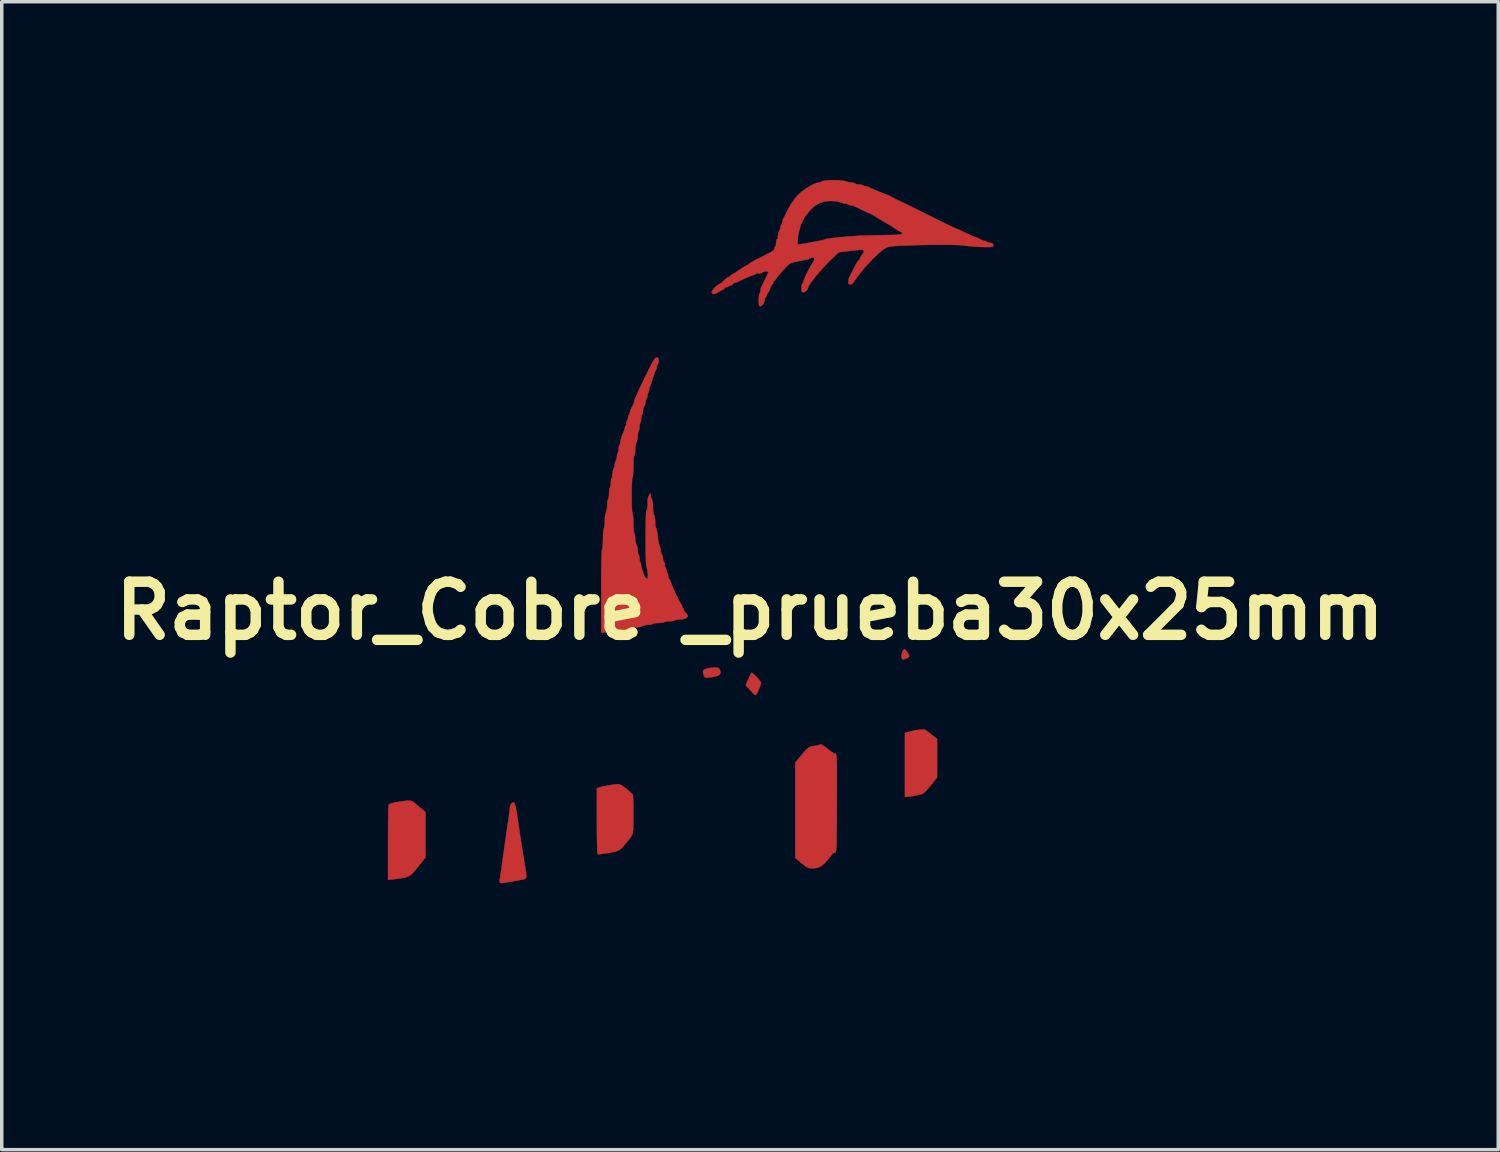
<source format=kicad_pcb>
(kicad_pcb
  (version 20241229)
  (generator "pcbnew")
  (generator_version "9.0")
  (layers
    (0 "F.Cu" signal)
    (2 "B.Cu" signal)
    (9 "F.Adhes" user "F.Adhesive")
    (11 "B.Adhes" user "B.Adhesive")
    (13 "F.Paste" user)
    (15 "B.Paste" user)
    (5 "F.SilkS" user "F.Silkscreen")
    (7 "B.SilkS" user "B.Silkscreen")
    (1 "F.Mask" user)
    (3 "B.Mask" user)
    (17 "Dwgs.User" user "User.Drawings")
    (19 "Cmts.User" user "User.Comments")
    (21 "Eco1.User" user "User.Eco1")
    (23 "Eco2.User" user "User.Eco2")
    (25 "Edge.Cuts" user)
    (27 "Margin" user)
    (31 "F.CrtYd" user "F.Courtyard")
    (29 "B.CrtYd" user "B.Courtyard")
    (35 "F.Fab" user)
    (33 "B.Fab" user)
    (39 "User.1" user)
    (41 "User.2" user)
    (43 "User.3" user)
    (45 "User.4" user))
  (footprint "Raptor_Cobre _prueba30x25mm"
    (layer "F.Cu")
    (at 18.477 14.481)
    (property "Reference" "Raptor_Cobre _prueba30x25mm" (at 0 0 0) (layer "F.SilkS") (effects (font (size 1.524 1.524) (thickness 0.3))))
    (attr through_hole)
    (fp_poly (pts (xy 4.458 1.119) (xy 4.501 1.165) (xy 4.541 1.225) (xy 4.567 1.284) (xy 4.571 1.308) (xy 4.549 1.336) (xy 4.497 1.365) (xy 4.488 1.369) (xy 4.418 1.392) (xy 4.381 1.395) (xy 4.362 1.378) (xy 4.354 1.36) (xy 4.348 1.303) (xy 4.358 1.232) (xy 4.379 1.163) (xy 4.407 1.115) (xy 4.424 1.104) (xy 4.458 1.119)) (stroke (width 0.01) (type solid)) (fill yes) (layer "F.Cu"))
    (fp_poly (pts (xy -0.898 1.648) (xy -0.862 1.694) (xy -0.849 1.767) (xy -0.849 1.779) (xy -0.865 1.825) (xy -0.917 1.861) (xy -1.009 1.889) (xy -1.146 1.911) (xy -1.155 1.912) (xy -1.236 1.92) (xy -1.281 1.917) (xy -1.306 1.9) (xy -1.323 1.863) (xy -1.323 1.862) (xy -1.35 1.772) (xy -1.344 1.714) (xy -1.3 1.678) (xy -1.212 1.653) (xy -1.207 1.652) (xy -1.065 1.629) (xy -0.964 1.627) (xy -0.898 1.648)) (stroke (width 0.01) (type solid)) (fill yes) (layer "F.Cu"))
    (fp_poly (pts (xy 0.063 1.784) (xy 0.107 1.82) (xy 0.164 1.875) (xy 0.222 1.936) (xy 0.273 1.995) (xy 0.307 2.04) (xy 0.314 2.054) (xy 0.311 2.095) (xy 0.291 2.162) (xy 0.26 2.242) (xy 0.225 2.321) (xy 0.19 2.385) (xy 0.163 2.42) (xy 0.156 2.423) (xy 0.128 2.406) (xy 0.081 2.363) (xy 0.061 2.341) (xy -0.001 2.273) (xy -0.06 2.207) (xy -0.07 2.196) (xy -0.126 2.131) (xy -0.046 1.958) (xy -0.007 1.874) (xy 0.024 1.81) (xy 0.041 1.777) (xy 0.042 1.775) (xy 0.063 1.784)) (stroke (width 0.01) (type solid)) (fill yes) (layer "F.Cu"))
    (fp_poly (pts (xy 5.012 3.408) (xy 5.023 3.412) (xy 5.059 3.437) (xy 5.122 3.485) (xy 5.199 3.544) (xy 5.214 3.557) (xy 5.37 3.679) (xy 5.37 4.784) (xy 5.27 4.908) (xy 5.163 5.041) (xy 5.08 5.138) (xy 5.017 5.205) (xy 4.968 5.246) (xy 4.93 5.266) (xy 4.904 5.27) (xy 4.838 5.278) (xy 4.8 5.291) (xy 4.753 5.305) (xy 4.676 5.319) (xy 4.602 5.328) (xy 4.446 5.344) (xy 4.446 3.505) (xy 4.539 3.477) (xy 4.645 3.451) (xy 4.758 3.429) (xy 4.865 3.413) (xy 4.954 3.406) (xy 5.012 3.408)) (stroke (width 0.01) (type solid)) (fill yes) (layer "F.Cu"))
    (fp_poly (pts (xy -9.688 5.469) (xy -9.675 5.478) (xy -9.633 5.512) (xy -9.567 5.567) (xy -9.488 5.632) (xy -9.472 5.645) (xy -9.316 5.774) (xy -9.316 7.081) (xy -9.527 7.346) (xy -9.613 7.452) (xy -9.684 7.531) (xy -9.751 7.588) (xy -9.823 7.629) (xy -9.91 7.658) (xy -10.023 7.679) (xy -10.17 7.698) (xy -10.259 7.709) (xy -10.39 7.724) (xy -10.39 6.65) (xy -10.389 6.376) (xy -10.388 6.148) (xy -10.387 5.963) (xy -10.384 5.817) (xy -10.38 5.707) (xy -10.375 5.629) (xy -10.369 5.579) (xy -10.361 5.554) (xy -10.359 5.55) (xy -10.317 5.532) (xy -10.237 5.512) (xy -10.132 5.491) (xy -10.013 5.471) (xy -9.892 5.456) (xy -9.849 5.452) (xy -9.751 5.45) (xy -9.688 5.469)) (stroke (width 0.01) (type solid)) (fill yes) (layer "F.Cu"))
    (fp_poly (pts (xy -6.763 5.517) (xy -6.736 5.584) (xy -6.711 5.699) (xy -6.695 5.798) (xy -6.659 6.044) (xy -6.621 6.296) (xy -6.583 6.547) (xy -6.545 6.786) (xy -6.511 7.007) (xy -6.479 7.2) (xy -6.453 7.356) (xy -6.443 7.416) (xy -6.424 7.539) (xy -6.419 7.621) (xy -6.429 7.671) (xy -6.456 7.697) (xy -6.475 7.703) (xy -6.547 7.717) (xy -6.645 7.735) (xy -6.757 7.755) (xy -6.872 7.775) (xy -6.978 7.794) (xy -7.065 7.808) (xy -7.12 7.816) (xy -7.133 7.818) (xy -7.173 7.803) (xy -7.177 7.8) (xy -7.185 7.766) (xy -7.181 7.707) (xy -7.181 7.707) (xy -7.174 7.658) (xy -7.161 7.568) (xy -7.144 7.449) (xy -7.124 7.309) (xy -7.106 7.18) (xy -7.081 7) (xy -7.051 6.79) (xy -7.019 6.57) (xy -6.988 6.359) (xy -6.969 6.231) (xy -6.946 6.074) (xy -6.926 5.929) (xy -6.91 5.805) (xy -6.898 5.711) (xy -6.894 5.656) (xy -6.894 5.652) (xy -6.879 5.58) (xy -6.843 5.522) (xy -6.797 5.495) (xy -6.791 5.495) (xy -6.763 5.517)) (stroke (width 0.01) (type solid)) (fill yes) (layer "F.Cu"))
    (fp_poly (pts (xy -3.75 4.978) (xy -3.705 4.996) (xy -3.647 5.033) (xy -3.565 5.096) (xy -3.555 5.104) (xy -3.474 5.17) (xy -3.409 5.23) (xy -3.369 5.272) (xy -3.362 5.283) (xy -3.358 5.32) (xy -3.354 5.398) (xy -3.35 5.51) (xy -3.348 5.648) (xy -3.347 5.804) (xy -3.347 5.853) (xy -3.347 6.031) (xy -3.348 6.169) (xy -3.352 6.274) (xy -3.363 6.356) (xy -3.383 6.423) (xy -3.414 6.483) (xy -3.459 6.547) (xy -3.52 6.621) (xy -3.59 6.705) (xy -3.662 6.788) (xy -3.721 6.845) (xy -3.782 6.883) (xy -3.858 6.909) (xy -3.962 6.931) (xy -4.034 6.943) (xy -4.132 6.96) (xy -4.229 6.976) (xy -4.258 6.981) (xy -4.326 6.987) (xy -4.371 6.982) (xy -4.377 6.979) (xy -4.381 6.95) (xy -4.385 6.878) (xy -4.389 6.766) (xy -4.391 6.621) (xy -4.394 6.449) (xy -4.395 6.255) (xy -4.396 6.045) (xy -4.396 6.027) (xy -4.396 5.094) (xy -4.339 5.072) (xy -4.275 5.054) (xy -4.174 5.032) (xy -4.05 5.01) (xy -3.916 4.989) (xy -3.858 4.981) (xy -3.797 4.975) (xy -3.75 4.978)) (stroke (width 0.01) (type solid)) (fill yes) (layer "F.Cu"))
    (fp_poly (pts (xy 2.07 3.852) (xy 2.13 3.89) (xy 2.199 3.941) (xy 2.289 4.009) (xy 2.349 4.053) (xy 2.391 4.08) (xy 2.425 4.096) (xy 2.454 4.106) (xy 2.463 4.111) (xy 2.471 4.123) (xy 2.478 4.146) (xy 2.483 4.183) (xy 2.487 4.238) (xy 2.49 4.315) (xy 2.492 4.419) (xy 2.494 4.552) (xy 2.494 4.719) (xy 2.494 4.924) (xy 2.493 5.17) (xy 2.492 5.462) (xy 2.492 5.525) (xy 2.49 5.825) (xy 2.489 6.079) (xy 2.487 6.291) (xy 2.486 6.465) (xy 2.483 6.604) (xy 2.481 6.712) (xy 2.477 6.794) (xy 2.473 6.853) (xy 2.467 6.893) (xy 2.461 6.918) (xy 2.453 6.931) (xy 2.444 6.937) (xy 2.435 6.939) (xy 2.387 6.958) (xy 2.37 6.972) (xy 2.349 7.001) (xy 2.303 7.058) (xy 2.242 7.132) (xy 2.214 7.165) (xy 2.117 7.271) (xy 2.027 7.34) (xy 1.931 7.378) (xy 1.814 7.392) (xy 1.769 7.393) (xy 1.712 7.389) (xy 1.662 7.375) (xy 1.607 7.344) (xy 1.535 7.289) (xy 1.478 7.242) (xy 1.299 7.091) (xy 1.299 4.355) (xy 1.433 4.194) (xy 1.527 4.082) (xy 1.597 4.002) (xy 1.651 3.949) (xy 1.697 3.916) (xy 1.741 3.898) (xy 1.791 3.887) (xy 1.814 3.884) (xy 1.898 3.87) (xy 1.97 3.853) (xy 1.991 3.846) (xy 2.027 3.839) (xy 2.07 3.852)) (stroke (width 0.01) (type solid)) (fill yes) (layer "F.Cu"))
    (fp_poly (pts (xy -2.641 -7.26) (xy -2.625 -7.228) (xy -2.622 -7.182) (xy -2.629 -7.12) (xy -2.645 -7.082) (xy -2.647 -7.081) (xy -2.667 -7.046) (xy -2.672 -7.008) (xy -2.679 -6.956) (xy -2.689 -6.935) (xy -2.707 -6.902) (xy -2.734 -6.836) (xy -2.766 -6.75) (xy -2.797 -6.658) (xy -2.824 -6.574) (xy -2.839 -6.514) (xy -2.84 -6.512) (xy -2.857 -6.457) (xy -2.875 -6.429) (xy -2.891 -6.397) (xy -2.897 -6.344) (xy -2.905 -6.287) (xy -2.922 -6.256) (xy -2.94 -6.223) (xy -2.947 -6.169) (xy -2.955 -6.112) (xy -2.972 -6.082) (xy -2.991 -6.048) (xy -2.997 -5.997) (xy -3.01 -5.927) (xy -3.034 -5.88) (xy -3.059 -5.823) (xy -3.071 -5.747) (xy -3.071 -5.74) (xy -3.078 -5.675) (xy -3.093 -5.635) (xy -3.097 -5.632) (xy -3.113 -5.599) (xy -3.122 -5.537) (xy -3.122 -5.52) (xy -3.128 -5.454) (xy -3.142 -5.412) (xy -3.147 -5.407) (xy -3.162 -5.375) (xy -3.171 -5.312) (xy -3.172 -5.282) (xy -3.177 -5.212) (xy -3.19 -5.165) (xy -3.197 -5.157) (xy -3.212 -5.125) (xy -3.221 -5.062) (xy -3.222 -5.03) (xy -3.231 -4.936) (xy -3.253 -4.846) (xy -3.259 -4.829) (xy -3.282 -4.749) (xy -3.295 -4.651) (xy -3.297 -4.606) (xy -3.301 -4.529) (xy -3.312 -4.474) (xy -3.322 -4.458) (xy -3.332 -4.428) (xy -3.34 -4.356) (xy -3.345 -4.253) (xy -3.347 -4.146) (xy -3.349 -4.022) (xy -3.354 -3.923) (xy -3.363 -3.857) (xy -3.372 -3.834) (xy -3.38 -3.804) (xy -3.388 -3.728) (xy -3.393 -3.611) (xy -3.396 -3.458) (xy -3.397 -3.309) (xy -3.395 -3.13) (xy -3.392 -2.983) (xy -3.386 -2.873) (xy -3.379 -2.806) (xy -3.372 -2.785) (xy -3.361 -2.754) (xy -3.353 -2.685) (xy -3.348 -2.586) (xy -3.347 -2.51) (xy -3.344 -2.398) (xy -3.338 -2.308) (xy -3.329 -2.25) (xy -3.322 -2.235) (xy -3.308 -2.204) (xy -3.299 -2.138) (xy -3.296 -2.078) (xy -3.288 -1.979) (xy -3.269 -1.905) (xy -3.258 -1.887) (xy -3.235 -1.832) (xy -3.223 -1.754) (xy -3.222 -1.732) (xy -3.216 -1.663) (xy -3.203 -1.618) (xy -3.197 -1.611) (xy -3.181 -1.578) (xy -3.172 -1.516) (xy -3.172 -1.499) (xy -3.166 -1.433) (xy -3.151 -1.39) (xy -3.147 -1.386) (xy -3.13 -1.353) (xy -3.122 -1.293) (xy -3.122 -1.286) (xy -3.115 -1.225) (xy -3.099 -1.188) (xy -3.097 -1.186) (xy -3.075 -1.151) (xy -3.072 -1.126) (xy -3.06 -1.065) (xy -3.03 -1) (xy -2.993 -0.947) (xy -2.958 -0.924) (xy -2.957 -0.924) (xy -2.937 -0.932) (xy -2.929 -0.964) (xy -2.932 -1.03) (xy -2.937 -1.08) (xy -2.949 -1.17) (xy -2.964 -1.243) (xy -2.975 -1.278) (xy -2.981 -1.313) (xy -2.986 -1.391) (xy -2.99 -1.506) (xy -2.993 -1.652) (xy -2.995 -1.821) (xy -2.996 -2.008) (xy -2.996 -2.078) (xy -2.995 -2.305) (xy -2.994 -2.488) (xy -2.991 -2.63) (xy -2.986 -2.737) (xy -2.98 -2.814) (xy -2.972 -2.865) (xy -2.962 -2.895) (xy -2.961 -2.896) (xy -2.938 -2.982) (xy -2.94 -3.085) (xy -2.942 -3.189) (xy -2.92 -3.27) (xy -2.907 -3.298) (xy -2.86 -3.384) (xy -2.852 -3.309) (xy -2.836 -3.244) (xy -2.815 -3.2) (xy -2.801 -3.16) (xy -2.791 -3.085) (xy -2.785 -2.99) (xy -2.785 -2.97) (xy -2.78 -2.859) (xy -2.768 -2.78) (xy -2.753 -2.743) (xy -2.736 -2.701) (xy -2.725 -2.626) (xy -2.722 -2.56) (xy -2.719 -2.475) (xy -2.71 -2.411) (xy -2.7 -2.384) (xy -2.684 -2.347) (xy -2.669 -2.279) (xy -2.663 -2.235) (xy -2.644 -2.081) (xy -2.626 -1.968) (xy -2.607 -1.888) (xy -2.585 -1.832) (xy -2.584 -1.83) (xy -2.564 -1.772) (xy -2.565 -1.732) (xy -2.562 -1.688) (xy -2.538 -1.637) (xy -2.507 -1.564) (xy -2.498 -1.501) (xy -2.49 -1.443) (xy -2.473 -1.411) (xy -2.454 -1.377) (xy -2.448 -1.324) (xy -2.44 -1.267) (xy -2.423 -1.236) (xy -2.403 -1.202) (xy -2.398 -1.161) (xy -2.388 -1.109) (xy -2.373 -1.086) (xy -2.354 -1.053) (xy -2.348 -1.001) (xy -2.335 -0.938) (xy -2.31 -0.899) (xy -2.278 -0.856) (xy -2.273 -0.833) (xy -2.262 -0.793) (xy -2.235 -0.721) (xy -2.195 -0.626) (xy -2.147 -0.52) (xy -2.097 -0.414) (xy -2.048 -0.316) (xy -2.007 -0.238) (xy -1.977 -0.189) (xy -1.967 -0.179) (xy -1.951 -0.15) (xy -1.948 -0.123) (xy -1.937 -0.083) (xy -1.923 -0.075) (xy -1.903 -0.054) (xy -1.898 -0.025) (xy -1.89 0.016) (xy -1.879 0.026) (xy -1.853 0.045) (xy -1.815 0.089) (xy -1.813 0.092) (xy -1.783 0.138) (xy -1.784 0.166) (xy -1.821 0.199) (xy -1.826 0.203) (xy -1.91 0.239) (xy -2.015 0.249) (xy -2.092 0.254) (xy -2.146 0.266) (xy -2.16 0.275) (xy -2.192 0.289) (xy -2.257 0.298) (xy -2.31 0.3) (xy -2.388 0.304) (xy -2.444 0.315) (xy -2.46 0.325) (xy -2.492 0.338) (xy -2.557 0.347) (xy -2.622 0.35) (xy -2.704 0.354) (xy -2.763 0.364) (xy -2.785 0.375) (xy -2.817 0.39) (xy -2.881 0.399) (xy -2.917 0.4) (xy -2.999 0.409) (xy -3.066 0.428) (xy -3.083 0.438) (xy -3.14 0.461) (xy -3.227 0.473) (xy -3.263 0.475) (xy -3.339 0.479) (xy -3.394 0.49) (xy -3.409 0.5) (xy -3.441 0.513) (xy -3.506 0.523) (xy -3.559 0.524) (xy -3.637 0.529) (xy -3.692 0.54) (xy -3.709 0.549) (xy -3.741 0.563) (xy -3.806 0.572) (xy -3.859 0.574) (xy -3.936 0.579) (xy -3.992 0.59) (xy -4.009 0.599) (xy -4.041 0.614) (xy -4.105 0.623) (xy -4.147 0.624) (xy -4.271 0.624) (xy -4.271 -0.56) (xy -4.27 -0.863) (xy -4.269 -1.125) (xy -4.266 -1.343) (xy -4.263 -1.517) (xy -4.258 -1.646) (xy -4.253 -1.727) (xy -4.246 -1.76) (xy -4.246 -1.761) (xy -4.235 -1.791) (xy -4.227 -1.862) (xy -4.222 -1.964) (xy -4.221 -2.06) (xy -4.219 -2.18) (xy -4.213 -2.277) (xy -4.204 -2.34) (xy -4.196 -2.36) (xy -4.184 -2.391) (xy -4.175 -2.458) (xy -4.171 -2.548) (xy -4.171 -2.563) (xy -4.166 -2.678) (xy -4.152 -2.771) (xy -4.136 -2.817) (xy -4.116 -2.88) (xy -4.103 -2.969) (xy -4.099 -3.032) (xy -4.094 -3.116) (xy -4.083 -3.181) (xy -4.072 -3.206) (xy -4.058 -3.244) (xy -4.048 -3.314) (xy -4.046 -3.375) (xy -4.042 -3.456) (xy -4.032 -3.514) (xy -4.021 -3.534) (xy -4.006 -3.566) (xy -3.997 -3.63) (xy -3.996 -3.671) (xy -3.991 -3.745) (xy -3.979 -3.797) (xy -3.971 -3.809) (xy -3.956 -3.841) (xy -3.947 -3.904) (xy -3.946 -3.93) (xy -3.937 -4.011) (xy -3.914 -4.079) (xy -3.907 -4.091) (xy -3.883 -4.148) (xy -3.882 -4.191) (xy -3.879 -4.245) (xy -3.86 -4.285) (xy -3.834 -4.342) (xy -3.822 -4.418) (xy -3.822 -4.425) (xy -3.815 -4.49) (xy -3.8 -4.53) (xy -3.796 -4.533) (xy -3.78 -4.566) (xy -3.772 -4.628) (xy -3.771 -4.645) (xy -3.765 -4.711) (xy -3.751 -4.753) (xy -3.746 -4.758) (xy -3.726 -4.793) (xy -3.721 -4.826) (xy -3.71 -4.904) (xy -3.682 -5.003) (xy -3.643 -5.105) (xy -3.631 -5.128) (xy -3.606 -5.194) (xy -3.596 -5.245) (xy -3.585 -5.292) (xy -3.571 -5.307) (xy -3.553 -5.341) (xy -3.547 -5.395) (xy -3.539 -5.452) (xy -3.522 -5.482) (xy -3.502 -5.517) (xy -3.497 -5.557) (xy -3.487 -5.609) (xy -3.472 -5.632) (xy -3.451 -5.667) (xy -3.447 -5.697) (xy -3.435 -5.748) (xy -3.405 -5.819) (xy -3.384 -5.859) (xy -3.348 -5.931) (xy -3.326 -5.988) (xy -3.322 -6.008) (xy -3.311 -6.061) (xy -3.3 -6.088) (xy -3.273 -6.145) (xy -3.252 -6.194) (xy -3.209 -6.297) (xy -3.147 -6.432) (xy -3.065 -6.604) (xy -2.962 -6.815) (xy -2.92 -6.899) (xy -2.85 -7.038) (xy -2.798 -7.138) (xy -2.758 -7.205) (xy -2.728 -7.244) (xy -2.702 -7.263) (xy -2.68 -7.268) (xy -2.641 -7.26)) (stroke (width 0.01) (type solid)) (fill yes) (layer "F.Cu"))
    (fp_poly (pts (xy 2.519 -12.358) (xy 2.631 -12.35) (xy 2.72 -12.335) (xy 2.746 -12.328) (xy 2.83 -12.304) (xy 2.905 -12.29) (xy 2.932 -12.288) (xy 2.985 -12.279) (xy 3.01 -12.263) (xy 3.042 -12.247) (xy 3.104 -12.238) (xy 3.122 -12.238) (xy 3.188 -12.232) (xy 3.23 -12.217) (xy 3.234 -12.213) (xy 3.27 -12.192) (xy 3.299 -12.188) (xy 3.364 -12.176) (xy 3.391 -12.166) (xy 3.455 -12.135) (xy 3.545 -12.096) (xy 3.638 -12.058) (xy 3.671 -12.044) (xy 3.746 -12.014) (xy 3.796 -11.994) (xy 3.864 -11.967) (xy 3.942 -11.938) (xy 3.946 -11.936) (xy 4.026 -11.901) (xy 4.112 -11.855) (xy 4.127 -11.846) (xy 4.188 -11.811) (xy 4.231 -11.79) (xy 4.239 -11.788) (xy 4.265 -11.778) (xy 4.331 -11.747) (xy 4.431 -11.698) (xy 4.56 -11.635) (xy 4.714 -11.559) (xy 4.887 -11.473) (xy 5.074 -11.38) (xy 5.081 -11.376) (xy 5.269 -11.283) (xy 5.444 -11.196) (xy 5.599 -11.12) (xy 5.73 -11.056) (xy 5.833 -11.007) (xy 5.901 -10.975) (xy 5.93 -10.964) (xy 5.93 -10.964) (xy 5.963 -10.953) (xy 6.028 -10.924) (xy 6.117 -10.882) (xy 6.179 -10.851) (xy 6.277 -10.804) (xy 6.359 -10.766) (xy 6.416 -10.744) (xy 6.434 -10.739) (xy 6.473 -10.728) (xy 6.538 -10.7) (xy 6.583 -10.677) (xy 6.659 -10.641) (xy 6.722 -10.619) (xy 6.746 -10.615) (xy 6.792 -10.602) (xy 6.806 -10.59) (xy 6.84 -10.571) (xy 6.892 -10.565) (xy 6.952 -10.549) (xy 6.983 -10.511) (xy 6.977 -10.464) (xy 6.971 -10.455) (xy 6.937 -10.445) (xy 6.862 -10.44) (xy 6.754 -10.439) (xy 6.624 -10.443) (xy 6.478 -10.451) (xy 6.326 -10.463) (xy 6.177 -10.478) (xy 6.088 -10.489) (xy 6.004 -10.496) (xy 5.88 -10.501) (xy 5.722 -10.504) (xy 5.539 -10.505) (xy 5.338 -10.504) (xy 5.127 -10.502) (xy 4.912 -10.498) (xy 4.702 -10.492) (xy 4.504 -10.486) (xy 4.324 -10.478) (xy 4.172 -10.47) (xy 4.054 -10.461) (xy 3.978 -10.451) (xy 3.973 -10.45) (xy 3.898 -10.417) (xy 3.801 -10.35) (xy 3.686 -10.255) (xy 3.561 -10.137) (xy 3.43 -10.002) (xy 3.299 -9.858) (xy 3.175 -9.709) (xy 3.063 -9.562) (xy 2.97 -9.423) (xy 2.97 -9.422) (xy 2.922 -9.378) (xy 2.879 -9.366) (xy 2.838 -9.375) (xy 2.823 -9.413) (xy 2.822 -9.441) (xy 2.829 -9.511) (xy 2.844 -9.56) (xy 2.878 -9.625) (xy 2.929 -9.727) (xy 2.995 -9.854) (xy 3.036 -9.934) (xy 3.075 -10.004) (xy 3.108 -10.052) (xy 3.125 -10.065) (xy 3.146 -10.085) (xy 3.147 -10.094) (xy 3.161 -10.131) (xy 3.196 -10.187) (xy 3.209 -10.205) (xy 3.259 -10.283) (xy 3.269 -10.336) (xy 3.239 -10.362) (xy 3.216 -10.364) (xy 3.169 -10.361) (xy 3.086 -10.353) (xy 2.977 -10.341) (xy 2.86 -10.328) (xy 2.743 -10.314) (xy 2.646 -10.302) (xy 2.579 -10.294) (xy 2.55 -10.291) (xy 2.55 -10.291) (xy 2.53 -10.274) (xy 2.48 -10.228) (xy 2.408 -10.16) (xy 2.321 -10.075) (xy 2.279 -10.034) (xy 2.182 -9.935) (xy 2.079 -9.823) (xy 1.977 -9.707) (xy 1.881 -9.592) (xy 1.797 -9.486) (xy 1.731 -9.395) (xy 1.688 -9.328) (xy 1.673 -9.291) (xy 1.654 -9.232) (xy 1.607 -9.176) (xy 1.551 -9.144) (xy 1.533 -9.141) (xy 1.496 -9.146) (xy 1.479 -9.171) (xy 1.474 -9.228) (xy 1.474 -9.252) (xy 1.479 -9.323) (xy 1.492 -9.37) (xy 1.499 -9.378) (xy 1.522 -9.414) (xy 1.524 -9.429) (xy 1.535 -9.472) (xy 1.565 -9.547) (xy 1.608 -9.641) (xy 1.658 -9.742) (xy 1.709 -9.84) (xy 1.756 -9.921) (xy 1.784 -9.964) (xy 1.832 -10.042) (xy 1.846 -10.102) (xy 1.828 -10.135) (xy 1.803 -10.14) (xy 1.752 -10.128) (xy 1.735 -10.116) (xy 1.699 -10.1) (xy 1.63 -10.081) (xy 1.561 -10.067) (xy 1.385 -10.034) (xy 1.256 -10.005) (xy 1.171 -9.979) (xy 1.16 -9.975) (xy 1.119 -9.945) (xy 1.056 -9.887) (xy 0.981 -9.81) (xy 0.903 -9.724) (xy 0.832 -9.64) (xy 0.776 -9.568) (xy 0.756 -9.538) (xy 0.722 -9.489) (xy 0.696 -9.466) (xy 0.694 -9.466) (xy 0.675 -9.446) (xy 0.674 -9.434) (xy 0.659 -9.394) (xy 0.624 -9.341) (xy 0.589 -9.285) (xy 0.574 -9.241) (xy 0.559 -9.196) (xy 0.524 -9.141) (xy 0.489 -9.083) (xy 0.475 -9.035) (xy 0.463 -8.998) (xy 0.45 -8.991) (xy 0.429 -8.97) (xy 0.425 -8.945) (xy 0.411 -8.876) (xy 0.378 -8.808) (xy 0.335 -8.758) (xy 0.298 -8.741) (xy 0.272 -8.747) (xy 0.258 -8.769) (xy 0.251 -8.82) (xy 0.25 -8.91) (xy 0.25 -8.915) (xy 0.253 -9.003) (xy 0.262 -9.071) (xy 0.274 -9.103) (xy 0.275 -9.104) (xy 0.294 -9.138) (xy 0.3 -9.18) (xy 0.309 -9.247) (xy 0.321 -9.285) (xy 0.381 -9.406) (xy 0.436 -9.519) (xy 0.481 -9.615) (xy 0.512 -9.685) (xy 0.525 -9.72) (xy 0.525 -9.722) (xy 0.504 -9.738) (xy 0.455 -9.74) (xy 0.397 -9.731) (xy 0.351 -9.712) (xy 0.343 -9.706) (xy 0.291 -9.682) (xy 0.245 -9.683) (xy 0.191 -9.683) (xy 0.164 -9.668) (xy 0.126 -9.643) (xy 0.111 -9.641) (xy 0.076 -9.631) (xy 0.007 -9.605) (xy -0.081 -9.568) (xy -0.177 -9.526) (xy -0.268 -9.484) (xy -0.341 -9.448) (xy -0.356 -9.44) (xy -0.412 -9.419) (xy -0.438 -9.416) (xy -0.479 -9.396) (xy -0.49 -9.378) (xy -0.525 -9.346) (xy -0.551 -9.341) (xy -0.597 -9.329) (xy -0.612 -9.316) (xy -0.647 -9.295) (xy -0.676 -9.291) (xy -0.716 -9.28) (xy -0.724 -9.265) (xy -0.745 -9.237) (xy -0.78 -9.217) (xy -0.84 -9.187) (xy -0.909 -9.145) (xy -0.912 -9.143) (xy -0.998 -9.097) (xy -1.06 -9.09) (xy -1.094 -9.113) (xy -1.096 -9.161) (xy -1.062 -9.225) (xy -0.991 -9.299) (xy -0.989 -9.3) (xy -0.925 -9.35) (xy -0.875 -9.382) (xy -0.856 -9.391) (xy -0.827 -9.407) (xy -0.778 -9.449) (xy -0.749 -9.478) (xy -0.694 -9.529) (xy -0.65 -9.561) (xy -0.636 -9.566) (xy -0.599 -9.583) (xy -0.562 -9.616) (xy -0.522 -9.653) (xy -0.497 -9.665) (xy -0.468 -9.679) (xy -0.41 -9.714) (xy -0.335 -9.765) (xy -0.316 -9.778) (xy -0.239 -9.831) (xy -0.177 -9.87) (xy -0.143 -9.889) (xy -0.14 -9.89) (xy -0.113 -9.903) (xy -0.058 -9.937) (xy -0.006 -9.973) (xy 0.074 -10.025) (xy 0.151 -10.07) (xy 0.187 -10.088) (xy 0.257 -10.12) (xy 0.312 -10.147) (xy 0.359 -10.171) (xy 0.434 -10.21) (xy 0.523 -10.255) (xy 0.531 -10.259) (xy 0.629 -10.313) (xy 0.684 -10.357) (xy 0.699 -10.39) (xy 0.711 -10.437) (xy 0.724 -10.452) (xy 0.74 -10.485) (xy 0.748 -10.542) (xy 1.364 -10.542) (xy 1.366 -10.532) (xy 1.389 -10.521) (xy 1.444 -10.522) (xy 1.534 -10.534) (xy 1.666 -10.558) (xy 1.686 -10.562) (xy 1.787 -10.582) (xy 1.901 -10.602) (xy 1.953 -10.611) (xy 2.036 -10.628) (xy 2.102 -10.645) (xy 2.128 -10.656) (xy 2.168 -10.669) (xy 2.242 -10.683) (xy 2.334 -10.696) (xy 2.335 -10.696) (xy 2.565 -10.72) (xy 2.772 -10.739) (xy 2.968 -10.754) (xy 3.169 -10.765) (xy 3.388 -10.772) (xy 3.639 -10.778) (xy 3.715 -10.78) (xy 3.916 -10.784) (xy 4.073 -10.787) (xy 4.19 -10.792) (xy 4.273 -10.797) (xy 4.327 -10.804) (xy 4.358 -10.813) (xy 4.37 -10.823) (xy 4.371 -10.828) (xy 4.356 -10.86) (xy 4.344 -10.864) (xy 4.312 -10.878) (xy 4.252 -10.913) (xy 4.175 -10.962) (xy 4.163 -10.97) (xy 4.078 -11.028) (xy 4.001 -11.078) (xy 3.948 -11.11) (xy 3.946 -11.111) (xy 3.873 -11.152) (xy 3.821 -11.181) (xy 3.769 -11.212) (xy 3.691 -11.259) (xy 3.604 -11.313) (xy 3.6 -11.315) (xy 3.521 -11.363) (xy 3.458 -11.398) (xy 3.424 -11.413) (xy 3.422 -11.414) (xy 3.392 -11.424) (xy 3.328 -11.452) (xy 3.241 -11.493) (xy 3.14 -11.542) (xy 3.036 -11.594) (xy 2.991 -11.616) (xy 2.931 -11.634) (xy 2.886 -11.639) (xy 2.833 -11.648) (xy 2.81 -11.664) (xy 2.775 -11.683) (xy 2.736 -11.688) (xy 2.675 -11.698) (xy 2.599 -11.722) (xy 2.589 -11.726) (xy 2.509 -11.747) (xy 2.4 -11.76) (xy 2.312 -11.763) (xy 2.136 -11.748) (xy 1.982 -11.697) (xy 1.84 -11.607) (xy 1.712 -11.486) (xy 1.563 -11.292) (xy 1.457 -11.077) (xy 1.393 -10.836) (xy 1.383 -10.778) (xy 1.371 -10.676) (xy 1.364 -10.593) (xy 1.364 -10.542) (xy 0.748 -10.542) (xy 0.749 -10.547) (xy 0.749 -10.566) (xy 0.755 -10.628) (xy 0.769 -10.662) (xy 0.774 -10.665) (xy 0.79 -10.687) (xy 0.799 -10.741) (xy 0.8 -10.758) (xy 0.81 -10.834) (xy 0.834 -10.895) (xy 0.837 -10.9) (xy 0.867 -10.962) (xy 0.874 -11.005) (xy 0.884 -11.056) (xy 0.899 -11.077) (xy 0.92 -11.112) (xy 0.924 -11.141) (xy 0.936 -11.206) (xy 0.946 -11.233) (xy 0.98 -11.299) (xy 1.031 -11.4) (xy 1.096 -11.527) (xy 1.137 -11.607) (xy 1.177 -11.677) (xy 1.21 -11.725) (xy 1.227 -11.738) (xy 1.247 -11.758) (xy 1.249 -11.771) (xy 1.265 -11.803) (xy 1.31 -11.859) (xy 1.373 -11.929) (xy 1.396 -11.953) (xy 1.485 -12.032) (xy 1.592 -12.11) (xy 1.706 -12.182) (xy 1.814 -12.24) (xy 1.906 -12.278) (xy 1.962 -12.288) (xy 2.019 -12.302) (xy 2.044 -12.319) (xy 2.087 -12.337) (xy 2.169 -12.35) (xy 2.276 -12.358) (xy 2.396 -12.361) (xy 2.519 -12.358)) (stroke (width 0.01) (type solid)) (fill yes) (layer "F.Cu"))
    (fp_poly (pts (xy 2.529 -14.469) (xy 2.581 -14.46) (xy 2.686 -14.442) (xy 2.791 -14.426) (xy 2.847 -14.419) (xy 2.92 -14.406) (xy 2.973 -14.39) (xy 2.983 -14.383) (xy 3.024 -14.367) (xy 3.075 -14.361) (xy 3.131 -14.353) (xy 3.159 -14.336) (xy 3.195 -14.315) (xy 3.224 -14.311) (xy 3.289 -14.299) (xy 3.316 -14.289) (xy 3.364 -14.266) (xy 3.436 -14.233) (xy 3.472 -14.217) (xy 3.665 -14.128) (xy 3.848 -14.036) (xy 3.946 -13.982) (xy 4.033 -13.933) (xy 4.118 -13.884) (xy 4.146 -13.869) (xy 4.224 -13.822) (xy 4.31 -13.767) (xy 4.333 -13.752) (xy 4.404 -13.705) (xy 4.464 -13.666) (xy 4.48 -13.655) (xy 4.557 -13.603) (xy 4.652 -13.536) (xy 4.757 -13.46) (xy 4.864 -13.381) (xy 4.965 -13.306) (xy 5.05 -13.24) (xy 5.113 -13.19) (xy 5.144 -13.163) (xy 5.145 -13.161) (xy 5.173 -13.137) (xy 5.226 -13.102) (xy 5.235 -13.096) (xy 5.267 -13.076) (xy 5.304 -13.05) (xy 5.351 -13.014) (xy 5.416 -12.963) (xy 5.502 -12.892) (xy 5.615 -12.798) (xy 5.757 -12.68) (xy 5.882 -12.575) (xy 5.784 -12.695) (xy 5.724 -12.765) (xy 5.67 -12.821) (xy 5.641 -12.847) (xy 5.576 -12.898) (xy 5.503 -12.964) (xy 5.431 -13.035) (xy 5.368 -13.103) (xy 5.324 -13.158) (xy 5.308 -13.19) (xy 5.308 -13.192) (xy 5.339 -13.228) (xy 5.376 -13.251) (xy 5.43 -13.278) (xy 5.507 -13.317) (xy 5.557 -13.342) (xy 5.627 -13.377) (xy 5.689 -13.407) (xy 5.759 -13.438) (xy 5.852 -13.477) (xy 5.907 -13.5) (xy 6.019 -13.542) (xy 6.124 -13.568) (xy 6.24 -13.582) (xy 6.385 -13.587) (xy 6.411 -13.587) (xy 6.562 -13.583) (xy 6.68 -13.567) (xy 6.781 -13.536) (xy 6.882 -13.485) (xy 6.968 -13.43) (xy 7.081 -13.342) (xy 7.206 -13.224) (xy 7.329 -13.09) (xy 7.438 -12.955) (xy 7.438 -12.955) (xy 7.534 -12.822) (xy 7.623 -12.696) (xy 7.7 -12.583) (xy 7.761 -12.49) (xy 7.802 -12.423) (xy 7.817 -12.39) (xy 7.817 -12.389) (xy 7.832 -12.364) (xy 7.837 -12.363) (xy 7.861 -12.343) (xy 7.896 -12.295) (xy 7.904 -12.282) (xy 7.962 -12.192) (xy 8.04 -12.085) (xy 8.129 -11.97) (xy 8.224 -11.854) (xy 8.317 -11.746) (xy 8.402 -11.654) (xy 8.471 -11.586) (xy 8.517 -11.551) (xy 8.566 -11.527) (xy 8.625 -11.501) (xy 8.708 -11.467) (xy 8.785 -11.436) (xy 8.861 -11.404) (xy 8.924 -11.374) (xy 8.989 -11.349) (xy 9.038 -11.339) (xy 9.089 -11.328) (xy 9.105 -11.318) (xy 9.142 -11.299) (xy 9.207 -11.274) (xy 9.241 -11.264) (xy 9.313 -11.24) (xy 9.366 -11.219) (xy 9.378 -11.213) (xy 9.44 -11.191) (xy 9.542 -11.18) (xy 9.674 -11.18) (xy 9.828 -11.189) (xy 9.994 -11.209) (xy 10.103 -11.227) (xy 10.151 -11.23) (xy 10.196 -11.212) (xy 10.252 -11.168) (xy 10.29 -11.132) (xy 10.346 -11.081) (xy 10.431 -11.006) (xy 10.537 -10.913) (xy 10.658 -10.809) (xy 10.785 -10.701) (xy 10.911 -10.594) (xy 11.028 -10.497) (xy 11.129 -10.414) (xy 11.205 -10.352) (xy 11.242 -10.324) (xy 11.309 -10.272) (xy 11.383 -10.209) (xy 11.402 -10.193) (xy 11.443 -10.157) (xy 11.481 -10.134) (xy 11.528 -10.122) (xy 11.596 -10.116) (xy 11.699 -10.115) (xy 11.73 -10.115) (xy 11.845 -10.118) (xy 11.95 -10.126) (xy 12.029 -10.138) (xy 12.053 -10.144) (xy 12.101 -10.158) (xy 12.138 -10.156) (xy 12.174 -10.129) (xy 12.218 -10.073) (xy 12.273 -9.99) (xy 12.393 -9.82) (xy 12.528 -9.654) (xy 12.667 -9.505) (xy 12.801 -9.383) (xy 12.893 -9.314) (xy 12.967 -9.258) (xy 13 -9.21) (xy 12.996 -9.16) (xy 12.987 -9.141) (xy 12.972 -9.089) (xy 12.963 -9.011) (xy 12.962 -8.969) (xy 12.958 -8.894) (xy 12.946 -8.842) (xy 12.937 -8.829) (xy 12.921 -8.796) (xy 12.912 -8.734) (xy 12.912 -8.721) (xy 12.901 -8.637) (xy 12.876 -8.56) (xy 12.875 -8.557) (xy 12.847 -8.482) (xy 12.837 -8.415) (xy 12.829 -8.359) (xy 12.812 -8.329) (xy 12.794 -8.295) (xy 12.787 -8.242) (xy 12.78 -8.185) (xy 12.762 -8.154) (xy 12.743 -8.12) (xy 12.737 -8.078) (xy 12.729 -8.011) (xy 12.716 -7.973) (xy 12.684 -7.903) (xy 12.641 -7.806) (xy 12.596 -7.699) (xy 12.557 -7.602) (xy 12.541 -7.561) (xy 12.503 -7.471) (xy 12.444 -7.348) (xy 12.372 -7.205) (xy 12.291 -7.052) (xy 12.208 -6.9) (xy 12.128 -6.76) (xy 12.058 -6.643) (xy 12.036 -6.608) (xy 11.917 -6.441) (xy 11.795 -6.301) (xy 11.655 -6.175) (xy 11.482 -6.047) (xy 11.476 -6.043) (xy 11.378 -5.979) (xy 11.263 -5.911) (xy 11.141 -5.842) (xy 11.02 -5.779) (xy 10.912 -5.726) (xy 10.824 -5.688) (xy 10.768 -5.67) (xy 10.76 -5.67) (xy 10.714 -5.656) (xy 10.702 -5.644) (xy 10.667 -5.625) (xy 10.627 -5.619) (xy 10.575 -5.61) (xy 10.552 -5.594) (xy 10.518 -5.575) (xy 10.474 -5.57) (xy 10.403 -5.559) (xy 10.361 -5.543) (xy 10.287 -5.516) (xy 10.168 -5.489) (xy 10.013 -5.465) (xy 9.84 -5.445) (xy 9.726 -5.433) (xy 9.617 -5.42) (xy 9.534 -5.408) (xy 9.522 -5.406) (xy 9.456 -5.397) (xy 9.425 -5.403) (xy 9.416 -5.43) (xy 9.416 -5.445) (xy 9.431 -5.492) (xy 9.472 -5.56) (xy 9.528 -5.633) (xy 9.585 -5.705) (xy 9.625 -5.767) (xy 9.641 -5.805) (xy 9.62 -5.835) (xy 9.57 -5.844) (xy 9.505 -5.827) (xy 9.497 -5.823) (xy 9.38 -5.774) (xy 9.237 -5.729) (xy 9.093 -5.693) (xy 8.991 -5.677) (xy 8.918 -5.665) (xy 8.866 -5.649) (xy 8.855 -5.642) (xy 8.821 -5.632) (xy 8.749 -5.624) (xy 8.653 -5.62) (xy 8.601 -5.619) (xy 8.498 -5.617) (xy 8.415 -5.61) (xy 8.364 -5.6) (xy 8.354 -5.594) (xy 8.32 -5.578) (xy 8.259 -5.57) (xy 8.192 -5.573) (xy 8.141 -5.585) (xy 8.129 -5.594) (xy 8.096 -5.612) (xy 8.041 -5.619) (xy 7.989 -5.626) (xy 7.967 -5.641) (xy 7.987 -5.663) (xy 8.039 -5.703) (xy 8.113 -5.752) (xy 8.123 -5.758) (xy 8.217 -5.821) (xy 8.313 -5.895) (xy 8.402 -5.971) (xy 8.475 -6.042) (xy 8.525 -6.1) (xy 8.542 -6.135) (xy 8.521 -6.158) (xy 8.472 -6.169) (xy 8.417 -6.165) (xy 8.378 -6.147) (xy 8.34 -6.129) (xy 8.274 -6.113) (xy 8.254 -6.11) (xy 8.175 -6.098) (xy 8.072 -6.081) (xy 7.992 -6.067) (xy 7.882 -6.052) (xy 7.748 -6.04) (xy 7.599 -6.032) (xy 7.445 -6.027) (xy 7.296 -6.026) (xy 7.162 -6.028) (xy 7.052 -6.034) (xy 6.976 -6.044) (xy 6.952 -6.052) (xy 6.884 -6.088) (xy 6.995 -6.157) (xy 7.11 -6.235) (xy 7.203 -6.306) (xy 7.266 -6.366) (xy 7.292 -6.409) (xy 7.293 -6.413) (xy 7.292 -6.428) (xy 7.284 -6.437) (xy 7.262 -6.439) (xy 7.218 -6.435) (xy 7.144 -6.424) (xy 7.033 -6.404) (xy 6.956 -6.39) (xy 6.885 -6.382) (xy 6.775 -6.373) (xy 6.635 -6.365) (xy 6.475 -6.358) (xy 6.306 -6.353) (xy 6.265 -6.352) (xy 6.084 -6.349) (xy 5.946 -6.345) (xy 5.845 -6.339) (xy 5.773 -6.329) (xy 5.722 -6.314) (xy 5.687 -6.292) (xy 5.66 -6.261) (xy 5.634 -6.219) (xy 5.616 -6.187) (xy 5.532 -6.028) (xy 5.461 -5.868) (xy 5.408 -5.72) (xy 5.377 -5.594) (xy 5.37 -5.526) (xy 5.362 -5.466) (xy 5.345 -5.432) (xy 5.345 -5.432) (xy 5.336 -5.403) (xy 5.329 -5.334) (xy 5.324 -5.234) (xy 5.321 -5.114) (xy 5.32 -4.983) (xy 5.32 -4.851) (xy 5.323 -4.728) (xy 5.327 -4.623) (xy 5.333 -4.547) (xy 5.341 -4.508) (xy 5.342 -4.507) (xy 5.359 -4.469) (xy 5.374 -4.402) (xy 5.378 -4.371) (xy 5.394 -4.249) (xy 5.411 -4.168) (xy 5.43 -4.122) (xy 5.455 -4.1) (xy 5.483 -4.096) (xy 5.527 -4.114) (xy 5.589 -4.161) (xy 5.656 -4.224) (xy 5.716 -4.292) (xy 5.758 -4.352) (xy 5.769 -4.386) (xy 5.785 -4.416) (xy 5.819 -4.417) (xy 5.852 -4.392) (xy 5.862 -4.371) (xy 5.881 -4.33) (xy 5.895 -4.321) (xy 5.915 -4.3) (xy 5.948 -4.245) (xy 5.986 -4.171) (xy 6.024 -4.095) (xy 6.056 -4.041) (xy 6.075 -4.021) (xy 6.093 -4.001) (xy 6.094 -3.989) (xy 6.105 -3.937) (xy 6.131 -3.879) (xy 6.162 -3.834) (xy 6.182 -3.821) (xy 6.216 -3.839) (xy 6.27 -3.886) (xy 6.334 -3.952) (xy 6.399 -4.025) (xy 6.454 -4.095) (xy 6.486 -4.144) (xy 6.534 -4.215) (xy 6.571 -4.238) (xy 6.597 -4.214) (xy 6.601 -4.203) (xy 6.625 -4.148) (xy 6.654 -4.096) (xy 6.698 -4.017) (xy 6.742 -3.926) (xy 6.781 -3.835) (xy 6.809 -3.76) (xy 6.818 -3.718) (xy 6.831 -3.672) (xy 6.843 -3.659) (xy 6.863 -3.624) (xy 6.868 -3.584) (xy 6.878 -3.528) (xy 6.903 -3.514) (xy 6.941 -3.541) (xy 6.987 -3.604) (xy 7.038 -3.702) (xy 7.041 -3.709) (xy 7.071 -3.776) (xy 7.096 -3.827) (xy 7.114 -3.887) (xy 7.118 -3.93) (xy 7.128 -3.996) (xy 7.151 -4.069) (xy 7.175 -4.119) (xy 7.194 -4.129) (xy 7.221 -4.104) (xy 7.222 -4.103) (xy 7.254 -4.054) (xy 7.298 -3.972) (xy 7.348 -3.87) (xy 7.397 -3.762) (xy 7.439 -3.662) (xy 7.467 -3.584) (xy 7.493 -3.505) (xy 7.517 -3.437) (xy 7.521 -3.427) (xy 7.537 -3.357) (xy 7.543 -3.296) (xy 7.552 -3.238) (xy 7.579 -3.225) (xy 7.616 -3.254) (xy 7.66 -3.324) (xy 7.662 -3.328) (xy 7.726 -3.464) (xy 7.765 -3.573) (xy 7.786 -3.672) (xy 7.792 -3.774) (xy 7.792 -3.776) (xy 7.798 -3.868) (xy 7.816 -3.913) (xy 7.846 -3.91) (xy 7.889 -3.86) (xy 7.945 -3.762) (xy 7.96 -3.734) (xy 8.005 -3.644) (xy 8.044 -3.568) (xy 8.068 -3.52) (xy 8.07 -3.516) (xy 8.09 -3.455) (xy 8.093 -3.428) (xy 8.108 -3.374) (xy 8.13 -3.336) (xy 8.157 -3.276) (xy 8.167 -3.206) (xy 8.174 -3.146) (xy 8.191 -3.11) (xy 8.192 -3.109) (xy 8.205 -3.078) (xy 8.214 -3.012) (xy 8.217 -2.933) (xy 8.221 -2.836) (xy 8.233 -2.784) (xy 8.248 -2.772) (xy 8.28 -2.794) (xy 8.313 -2.846) (xy 8.336 -2.909) (xy 8.342 -2.951) (xy 8.353 -2.995) (xy 8.363 -3.007) (xy 8.375 -3.028) (xy 8.388 -3.08) (xy 8.401 -3.166) (xy 8.417 -3.292) (xy 8.435 -3.462) (xy 8.438 -3.496) (xy 8.447 -3.581) (xy 8.456 -3.624) (xy 8.467 -3.631) (xy 8.485 -3.609) (xy 8.493 -3.596) (xy 8.526 -3.536) (xy 8.568 -3.451) (xy 8.613 -3.353) (xy 8.655 -3.255) (xy 8.69 -3.169) (xy 8.712 -3.108) (xy 8.716 -3.087) (xy 8.731 -3.044) (xy 8.741 -3.035) (xy 8.761 -3) (xy 8.766 -2.963) (xy 8.775 -2.908) (xy 8.786 -2.883) (xy 8.804 -2.848) (xy 8.829 -2.781) (xy 8.852 -2.71) (xy 8.879 -2.622) (xy 8.904 -2.547) (xy 8.917 -2.51) (xy 8.936 -2.451) (xy 8.953 -2.376) (xy 8.953 -2.373) (xy 8.967 -2.296) (xy 8.985 -2.2) (xy 8.995 -2.148) (xy 9.005 -2.075) (xy 9.014 -1.969) (xy 9.022 -1.839) (xy 9.028 -1.692) (xy 9.032 -1.538) (xy 9.034 -1.386) (xy 9.035 -1.243) (xy 9.033 -1.118) (xy 9.029 -1.02) (xy 9.023 -0.958) (xy 9.017 -0.94) (xy 9 -0.9) (xy 8.991 -0.833) (xy 8.991 -0.821) (xy 8.985 -0.756) (xy 8.97 -0.715) (xy 8.966 -0.712) (xy 8.944 -0.676) (xy 8.941 -0.657) (xy 8.929 -0.609) (xy 8.896 -0.53) (xy 8.847 -0.432) (xy 8.79 -0.324) (xy 8.729 -0.219) (xy 8.67 -0.128) (xy 8.648 -0.096) (xy 8.514 0.057) (xy 8.344 0.205) (xy 8.151 0.341) (xy 7.95 0.454) (xy 7.754 0.535) (xy 7.717 0.547) (xy 7.636 0.572) (xy 7.565 0.595) (xy 7.548 0.602) (xy 7.486 0.616) (xy 7.404 0.624) (xy 7.384 0.624) (xy 7.311 0.631) (xy 7.258 0.647) (xy 7.248 0.654) (xy 7.21 0.668) (xy 7.134 0.677) (xy 7.034 0.682) (xy 6.923 0.683) (xy 6.813 0.68) (xy 6.717 0.673) (xy 6.648 0.661) (xy 6.626 0.654) (xy 6.573 0.638) (xy 6.49 0.628) (xy 6.409 0.624) (xy 6.324 0.621) (xy 6.259 0.611) (xy 6.231 0.599) (xy 6.199 0.585) (xy 6.135 0.576) (xy 6.094 0.574) (xy 6.02 0.57) (xy 5.969 0.558) (xy 5.957 0.549) (xy 5.923 0.532) (xy 5.863 0.525) (xy 5.857 0.524) (xy 5.795 0.518) (xy 5.758 0.501) (xy 5.757 0.5) (xy 5.722 0.479) (xy 5.692 0.475) (xy 5.674 0.477) (xy 5.661 0.489) (xy 5.653 0.517) (xy 5.648 0.57) (xy 5.647 0.654) (xy 5.649 0.777) (xy 5.65 0.868) (xy 5.657 1.261) (xy 5.724 1.269) (xy 5.798 1.264) (xy 5.847 1.247) (xy 5.913 1.224) (xy 6.021 1.201) (xy 6.167 1.177) (xy 6.319 1.159) (xy 6.4 1.146) (xy 6.466 1.129) (xy 6.481 1.124) (xy 6.535 1.108) (xy 6.615 1.094) (xy 6.656 1.089) (xy 6.784 1.073) (xy 6.936 1.048) (xy 7.122 1.011) (xy 7.243 0.986) (xy 7.36 0.961) (xy 7.481 0.938) (xy 7.574 0.922) (xy 7.683 0.904) (xy 7.807 0.884) (xy 7.874 0.873) (xy 7.979 0.857) (xy 8.085 0.842) (xy 8.142 0.834) (xy 8.223 0.822) (xy 8.289 0.805) (xy 8.304 0.799) (xy 8.355 0.783) (xy 8.435 0.764) (xy 8.517 0.749) (xy 8.63 0.73) (xy 8.748 0.709) (xy 8.816 0.697) (xy 8.927 0.679) (xy 9.047 0.663) (xy 9.091 0.658) (xy 9.172 0.647) (xy 9.232 0.632) (xy 9.252 0.622) (xy 9.29 0.609) (xy 9.357 0.6) (xy 9.394 0.599) (xy 9.467 0.595) (xy 9.517 0.582) (xy 9.528 0.574) (xy 9.56 0.559) (xy 9.624 0.55) (xy 9.656 0.549) (xy 9.738 0.543) (xy 9.806 0.528) (xy 9.821 0.521) (xy 9.879 0.501) (xy 9.97 0.48) (xy 10.081 0.461) (xy 10.195 0.447) (xy 10.265 0.442) (xy 10.352 0.437) (xy 10.368 0.599) (xy 10.37 0.644) (xy 10.372 0.736) (xy 10.374 0.871) (xy 10.376 1.047) (xy 10.378 1.26) (xy 10.379 1.508) (xy 10.381 1.787) (xy 10.382 2.094) (xy 10.383 2.426) (xy 10.385 2.78) (xy 10.386 3.152) (xy 10.386 3.54) (xy 10.387 3.941) (xy 10.387 4.029) (xy 10.39 7.296) (xy 9.756 7.963) (xy 9.579 8.149) (xy 9.433 8.302) (xy 9.315 8.425) (xy 9.222 8.521) (xy 9.151 8.594) (xy 9.097 8.646) (xy 9.059 8.68) (xy 9.033 8.7) (xy 9.016 8.709) (xy 9.004 8.71) (xy 8.994 8.706) (xy 8.993 8.705) (xy 8.983 8.673) (xy 8.976 8.592) (xy 8.97 8.462) (xy 8.967 8.284) (xy 8.966 8.077) (xy 8.966 7.885) (xy 8.965 7.737) (xy 8.962 7.627) (xy 8.958 7.55) (xy 8.952 7.499) (xy 8.944 7.469) (xy 8.933 7.454) (xy 8.925 7.45) (xy 8.872 7.45) (xy 8.838 7.464) (xy 8.785 7.482) (xy 8.708 7.492) (xy 8.679 7.493) (xy 8.6 7.498) (xy 8.537 7.51) (xy 8.523 7.516) (xy 8.472 7.534) (xy 8.385 7.555) (xy 8.275 7.577) (xy 8.157 7.596) (xy 8.043 7.611) (xy 8.042 7.611) (xy 7.969 7.622) (xy 7.917 7.638) (xy 7.906 7.645) (xy 7.869 7.657) (xy 7.8 7.666) (xy 7.742 7.667) (xy 7.661 7.671) (xy 7.6 7.681) (xy 7.579 7.69) (xy 7.542 7.706) (xy 7.474 7.721) (xy 7.43 7.726) (xy 7.244 7.749) (xy 7.104 7.77) (xy 7.008 7.791) (xy 6.951 7.812) (xy 6.892 7.831) (xy 6.811 7.841) (xy 6.784 7.842) (xy 6.713 7.847) (xy 6.665 7.86) (xy 6.656 7.867) (xy 6.624 7.881) (xy 6.559 7.89) (xy 6.51 7.892) (xy 6.431 7.896) (xy 6.373 7.907) (xy 6.355 7.915) (xy 6.318 7.931) (xy 6.25 7.945) (xy 6.206 7.951) (xy 6.02 7.973) (xy 5.881 7.994) (xy 5.789 8.012) (xy 5.748 8.027) (xy 5.707 8.042) (xy 5.633 8.059) (xy 5.561 8.071) (xy 5.444 8.089) (xy 5.318 8.109) (xy 5.257 8.119) (xy 5.149 8.136) (xy 5.037 8.151) (xy 4.983 8.158) (xy 4.906 8.17) (xy 4.849 8.186) (xy 4.834 8.194) (xy 4.797 8.207) (xy 4.729 8.215) (xy 4.683 8.217) (xy 4.605 8.221) (xy 4.548 8.232) (xy 4.532 8.24) (xy 4.496 8.256) (xy 4.427 8.274) (xy 4.346 8.291) (xy 4.115 8.331) (xy 3.93 8.36) (xy 3.79 8.379) (xy 3.771 8.381) (xy 3.69 8.394) (xy 3.624 8.411) (xy 3.609 8.417) (xy 3.555 8.433) (xy 3.475 8.447) (xy 3.434 8.452) (xy 3.277 8.47) (xy 3.136 8.494) (xy 3.023 8.519) (xy 2.964 8.538) (xy 2.893 8.557) (xy 2.805 8.566) (xy 2.788 8.567) (xy 2.717 8.572) (xy 2.667 8.584) (xy 2.659 8.589) (xy 2.641 8.6) (xy 2.607 8.609) (xy 2.549 8.619) (xy 2.461 8.631) (xy 2.335 8.645) (xy 2.223 8.657) (xy 2.142 8.668) (xy 2.082 8.684) (xy 2.062 8.694) (xy 2.024 8.708) (xy 1.957 8.716) (xy 1.929 8.716) (xy 1.847 8.723) (xy 1.779 8.74) (xy 1.765 8.746) (xy 1.691 8.773) (xy 1.569 8.799) (xy 1.403 8.823) (xy 1.336 8.831) (xy 1.252 8.843) (xy 1.183 8.859) (xy 1.161 8.867) (xy 1.106 8.883) (xy 1.027 8.897) (xy 0.999 8.901) (xy 0.9 8.915) (xy 0.786 8.937) (xy 0.669 8.963) (xy 0.561 8.992) (xy 0.473 9.019) (xy 0.419 9.041) (xy 0.409 9.048) (xy 0.372 9.063) (xy 0.338 9.066) (xy 0.284 9.076) (xy 0.261 9.089) (xy 0.224 9.104) (xy 0.156 9.119) (xy 0.112 9.125) (xy -0.06 9.146) (xy -0.196 9.165) (xy -0.29 9.182) (xy -0.339 9.197) (xy -0.341 9.198) (xy -0.38 9.211) (xy -0.451 9.228) (xy -0.528 9.242) (xy -0.641 9.261) (xy -0.76 9.281) (xy -0.824 9.291) (xy -0.931 9.31) (xy -1.052 9.331) (xy -1.111 9.341) (xy -1.223 9.36) (xy -1.342 9.376) (xy -1.399 9.382) (xy -1.479 9.393) (xy -1.539 9.408) (xy -1.56 9.418) (xy -1.598 9.432) (xy -1.665 9.44) (xy -1.692 9.441) (xy -1.773 9.447) (xy -1.841 9.463) (xy -1.854 9.469) (xy -1.916 9.491) (xy -2.021 9.513) (xy -2.162 9.536) (xy -2.323 9.556) (xy -2.404 9.568) (xy -2.47 9.585) (xy -2.485 9.591) (xy -2.539 9.606) (xy -2.619 9.621) (xy -2.66 9.625) (xy -2.802 9.642) (xy -2.927 9.66) (xy -3.024 9.678) (xy -3.083 9.695) (xy -3.092 9.7) (xy -3.134 9.715) (xy -3.206 9.733) (xy -3.267 9.744) (xy -3.47 9.778) (xy -3.629 9.803) (xy -3.749 9.821) (xy -3.835 9.832) (xy -3.893 9.836) (xy -3.927 9.834) (xy -3.943 9.827) (xy -3.946 9.818) (xy -3.966 9.797) (xy -4.013 9.791) (xy -4.062 9.8) (xy -4.085 9.813) (xy -4.122 9.829) (xy -4.19 9.843) (xy -4.233 9.849) (xy -4.405 9.87) (xy -4.54 9.889) (xy -4.634 9.906) (xy -4.684 9.92) (xy -4.686 9.922) (xy -4.724 9.935) (xy -4.796 9.951) (xy -4.886 9.967) (xy -4.886 9.967) (xy -5 9.986) (xy -5.119 10.006) (xy -5.195 10.019) (xy -5.302 10.036) (xy -5.414 10.051) (xy -5.457 10.056) (xy -5.534 10.068) (xy -5.59 10.084) (xy -5.606 10.092) (xy -5.643 10.106) (xy -5.711 10.114) (xy -5.75 10.115) (xy -5.831 10.12) (xy -5.896 10.132) (xy -5.913 10.139) (xy -5.965 10.157) (xy -6.052 10.178) (xy -6.16 10.199) (xy -6.277 10.218) (xy -6.387 10.231) (xy -6.394 10.232) (xy -6.475 10.243) (xy -6.541 10.259) (xy -6.556 10.265) (xy -6.612 10.282) (xy -6.691 10.296) (xy -6.718 10.3) (xy -6.807 10.312) (xy -6.916 10.328) (xy -6.987 10.339) (xy -7.101 10.357) (xy -7.223 10.375) (xy -7.287 10.384) (xy -7.371 10.398) (xy -7.437 10.414) (xy -7.464 10.425) (xy -7.505 10.439) (xy -7.579 10.456) (xy -7.651 10.469) (xy -7.768 10.487) (xy -7.894 10.507) (xy -7.955 10.517) (xy -8.063 10.534) (xy -8.175 10.549) (xy -8.229 10.556) (xy -8.306 10.568) (xy -8.363 10.583) (xy -8.378 10.592) (xy -8.416 10.606) (xy -8.483 10.614) (xy -8.511 10.615) (xy -8.592 10.621) (xy -8.659 10.637) (xy -8.673 10.643) (xy -8.725 10.662) (xy -8.808 10.681) (xy -8.877 10.694) (xy -8.993 10.712) (xy -9.119 10.732) (xy -9.178 10.742) (xy -9.287 10.758) (xy -9.399 10.774) (xy -9.453 10.78) (xy -9.53 10.792) (xy -9.586 10.808) (xy -9.602 10.817) (xy -9.64 10.83) (xy -9.707 10.839) (xy -9.739 10.84) (xy -9.837 10.849) (xy -9.935 10.87) (xy -9.953 10.876) (xy -10.038 10.9) (xy -10.121 10.913) (xy -10.134 10.913) (xy -10.215 10.914) (xy -10.215 11.688) (xy -10.215 11.918) (xy -10.217 12.102) (xy -10.22 12.243) (xy -10.225 12.346) (xy -10.232 12.414) (xy -10.242 12.452) (xy -10.254 12.462) (xy -10.269 12.45) (xy -10.276 12.441) (xy -10.305 12.416) (xy -10.36 12.383) (xy -10.371 12.377) (xy -10.445 12.337) (xy -10.53 12.287) (xy -10.552 12.274) (xy -10.62 12.233) (xy -10.675 12.202) (xy -10.689 12.195) (xy -10.727 12.174) (xy -10.794 12.134) (xy -10.877 12.083) (xy -10.896 12.071) (xy -10.976 12.021) (xy -11.039 11.983) (xy -11.073 11.964) (xy -11.076 11.963) (xy -11.102 11.951) (xy -11.157 11.918) (xy -11.225 11.876) (xy -11.297 11.831) (xy -11.352 11.799) (xy -11.377 11.788) (xy -11.405 11.775) (xy -11.459 11.742) (xy -11.497 11.717) (xy -11.587 11.659) (xy -11.685 11.6) (xy -11.713 11.583) (xy -11.801 11.534) (xy -11.886 11.484) (xy -11.913 11.468) (xy -11.998 11.418) (xy -12.084 11.369) (xy -12.09 11.366) (xy -12.154 11.327) (xy -12.201 11.29) (xy -12.207 11.284) (xy -12.21 11.255) (xy -12.213 11.18) (xy -12.217 11.063) (xy -12.22 10.906) (xy -12.222 10.713) (xy -12.225 10.488) (xy -12.228 10.234) (xy -12.23 9.955) (xy -12.232 9.654) (xy -12.234 9.335) (xy -12.236 9.002) (xy -12.238 8.657) (xy -12.239 8.305) (xy -12.24 7.949) (xy -12.241 7.593) (xy -12.242 7.239) (xy -12.242 6.892) (xy -12.243 6.556) (xy -12.242 6.233) (xy -12.242 5.927) (xy -12.241 5.642) (xy -12.24 5.381) (xy -12.24 5.246) (xy -11.435 5.246) (xy -11.434 5.367) (xy -11.433 5.415) (xy -11.426 5.707) (xy -11.351 5.701) (xy -11.276 5.693) (xy -11.171 5.678) (xy -11.052 5.659) (xy -10.939 5.639) (xy -10.896 5.63) (xy -10.834 5.627) (xy -10.814 5.649) (xy -10.834 5.693) (xy -10.894 5.757) (xy -10.927 5.786) (xy -11.039 5.88) (xy -11.039 10.245) (xy -10.933 10.231) (xy -10.847 10.219) (xy -10.74 10.204) (xy -10.677 10.195) (xy -10.583 10.178) (xy -10.499 10.156) (xy -10.459 10.141) (xy -10.391 10.108) (xy -10.392 9.261) (xy -10.392 9.003) (xy -10.391 8.792) (xy -10.387 8.628) (xy -10.383 8.506) (xy -10.376 8.426) (xy -10.368 8.385) (xy -10.366 8.38) (xy -10.349 8.366) (xy -10.319 8.354) (xy -10.27 8.342) (xy -10.192 8.33) (xy -10.079 8.316) (xy -9.952 8.302) (xy -9.827 8.288) (xy -9.512 8.908) (xy -9.395 9.138) (xy -9.299 9.327) (xy -9.22 9.48) (xy -9.158 9.6) (xy -9.108 9.692) (xy -9.069 9.759) (xy -9.039 9.805) (xy -9.014 9.834) (xy -8.992 9.85) (xy -8.971 9.857) (xy -8.949 9.859) (xy -8.922 9.86) (xy -8.916 9.861) (xy -8.824 9.857) (xy -8.722 9.839) (xy -8.689 9.829) (xy -8.599 9.806) (xy -8.512 9.792) (xy -8.484 9.79) (xy -8.416 9.78) (xy -8.369 9.755) (xy -8.367 9.753) (xy -8.36 9.745) (xy -8.356 9.737) (xy -8.355 9.724) (xy -8.359 9.704) (xy -8.37 9.673) (xy -8.383 9.64) (xy -7.977 9.64) (xy -7.974 9.674) (xy -7.944 9.684) (xy -7.883 9.683) (xy -7.858 9.68) (xy -7.77 9.667) (xy -7.665 9.652) (xy -7.62 9.646) (xy -7.541 9.633) (xy -7.496 9.615) (xy -7.47 9.58) (xy -7.45 9.528) (xy -7.429 9.448) (xy -7.411 9.344) (xy -7.402 9.266) (xy -7.393 9.179) (xy -7.382 9.112) (xy -7.374 9.081) (xy -7.367 9.062) (xy -7.359 9.021) (xy -7.349 8.953) (xy -7.337 8.853) (xy -7.321 8.714) (xy -7.301 8.534) (xy -7.289 8.467) (xy -7.266 8.42) (xy -7.222 8.388) (xy -7.148 8.364) (xy -7.035 8.343) (xy -7.006 8.338) (xy -6.89 8.32) (xy -6.763 8.299) (xy -6.706 8.29) (xy -6.6 8.273) (xy -6.491 8.258) (xy -6.438 8.251) (xy -6.381 8.245) (xy -6.343 8.249) (xy -6.319 8.271) (xy -6.303 8.319) (xy -6.291 8.403) (xy -6.281 8.492) (xy -6.269 8.595) (xy -6.253 8.716) (xy -6.243 8.791) (xy -6.227 8.905) (xy -6.213 9.023) (xy -6.205 9.091) (xy -6.195 9.18) (xy -6.184 9.257) (xy -6.179 9.288) (xy -6.175 9.309) (xy -6.167 9.325) (xy -6.15 9.334) (xy -6.116 9.337) (xy -6.058 9.334) (xy -5.969 9.326) (xy -5.842 9.312) (xy -5.736 9.299) (xy -5.615 9.286) (xy -5.629 9.145) (xy -5.64 9.042) (xy -5.655 8.92) (xy -5.667 8.829) (xy -5.683 8.709) (xy -5.7 8.572) (xy -5.714 8.464) (xy -5.727 8.369) (xy -5.741 8.293) (xy -5.753 8.249) (xy -5.754 8.246) (xy -5.766 8.209) (xy -5.78 8.137) (xy -5.795 8.044) (xy -5.797 8.024) (xy -5.85 7.637) (xy -5.896 7.318) (xy -5.912 7.202) (xy -5.929 7.069) (xy -5.94 6.979) (xy -5.953 6.887) (xy -5.967 6.812) (xy -5.98 6.77) (xy -5.981 6.77) (xy -5.994 6.73) (xy -6.009 6.655) (xy -6.023 6.561) (xy -6.024 6.546) (xy -6.039 6.427) (xy -6.056 6.302) (xy -6.069 6.206) (xy -6.103 5.969) (xy -6.131 5.775) (xy -6.152 5.621) (xy -6.168 5.507) (xy -6.186 5.386) (xy -6.21 5.238) (xy -6.236 5.085) (xy -6.26 4.95) (xy -6.279 4.903) (xy -6.32 4.879) (xy -6.39 4.878) (xy -6.497 4.898) (xy -6.516 4.903) (xy -6.616 4.926) (xy -6.71 4.946) (xy -6.768 4.958) (xy -6.845 4.971) (xy -6.942 4.987) (xy -6.993 4.996) (xy -7.1 5.013) (xy -7.213 5.029) (xy -7.255 5.034) (xy -7.339 5.047) (xy -7.409 5.063) (xy -7.43 5.071) (xy -7.488 5.088) (xy -7.565 5.099) (xy -7.58 5.101) (xy -7.68 5.107) (xy -7.687 5.376) (xy -7.689 5.497) (xy -7.688 5.578) (xy -7.681 5.626) (xy -7.668 5.651) (xy -7.653 5.661) (xy -7.599 5.662) (xy -7.565 5.648) (xy -7.511 5.63) (xy -7.434 5.62) (xy -7.406 5.619) (xy -7.326 5.628) (xy -7.294 5.652) (xy -7.309 5.693) (xy -7.371 5.751) (xy -7.378 5.757) (xy -7.428 5.801) (xy -7.456 5.848) (xy -7.471 5.915) (xy -7.475 5.964) (xy -7.489 6.102) (xy -7.506 6.244) (xy -7.524 6.378) (xy -7.543 6.491) (xy -7.559 6.569) (xy -7.562 6.581) (xy -7.577 6.653) (xy -7.587 6.744) (xy -7.589 6.777) (xy -7.595 6.854) (xy -7.604 6.911) (xy -7.61 6.926) (xy -7.621 6.963) (xy -7.633 7.034) (xy -7.645 7.125) (xy -7.645 7.129) (xy -7.659 7.244) (xy -7.675 7.38) (xy -7.691 7.509) (xy -7.693 7.518) (xy -7.709 7.642) (xy -7.726 7.773) (xy -7.74 7.883) (xy -7.741 7.892) (xy -7.755 7.991) (xy -7.774 8.118) (xy -7.796 8.251) (xy -7.805 8.304) (xy -7.826 8.433) (xy -7.847 8.565) (xy -7.863 8.679) (xy -7.868 8.716) (xy -7.883 8.828) (xy -7.9 8.959) (xy -7.916 9.072) (xy -7.942 9.273) (xy -7.961 9.436) (xy -7.973 9.56) (xy -7.977 9.64) (xy -8.383 9.64) (xy -8.389 9.627) (xy -8.418 9.564) (xy -8.458 9.48) (xy -8.512 9.371) (xy -8.58 9.235) (xy -8.665 9.067) (xy -8.767 8.865) (xy -8.888 8.625) (xy -9.028 8.35) (xy -9.245 7.921) (xy -8.969 7.576) (xy -8.692 7.23) (xy -8.692 6.317) (xy -8.691 5.404) (xy -8.773 5.327) (xy -8.82 5.284) (xy -8.898 5.217) (xy -8.996 5.135) (xy -9.106 5.044) (xy -9.16 5) (xy -9.466 4.75) (xy -9.622 4.764) (xy -9.712 4.774) (xy -9.785 4.788) (xy -9.82 4.799) (xy -9.87 4.812) (xy -9.946 4.82) (xy -9.975 4.82) (xy -10.046 4.825) (xy -10.094 4.838) (xy -10.103 4.845) (xy -10.135 4.861) (xy -10.198 4.869) (xy -10.227 4.87) (xy -10.314 4.877) (xy -10.392 4.893) (xy -10.407 4.898) (xy -10.472 4.917) (xy -10.562 4.938) (xy -10.615 4.947) (xy -10.718 4.965) (xy -10.839 4.984) (xy -10.914 4.997) (xy -11.024 5.015) (xy -11.136 5.032) (xy -11.201 5.042) (xy -11.298 5.057) (xy -11.364 5.077) (xy -11.405 5.109) (xy -11.427 5.162) (xy -11.435 5.246) (xy -12.24 5.246) (xy -12.239 5.149) (xy -12.238 4.947) (xy -12.236 4.781) (xy -12.234 4.673) (xy -5.245 4.673) (xy -5.245 5.19) (xy -5.089 5.177) (xy -4.999 5.166) (xy -4.926 5.153) (xy -4.891 5.142) (xy -4.831 5.124) (xy -4.799 5.14) (xy -4.797 5.181) (xy -4.827 5.237) (xy -4.858 5.27) (xy -4.92 5.328) (xy -4.92 9.121) (xy -4.802 9.108) (xy -4.705 9.097) (xy -4.593 9.083) (xy -4.539 9.077) (xy -4.396 9.06) (xy -4.396 7.573) (xy -4.327 7.556) (xy -4.261 7.542) (xy -4.173 7.524) (xy -4.133 7.517) (xy -3.942 7.483) (xy -3.793 7.455) (xy -3.679 7.429) (xy -3.593 7.405) (xy -3.529 7.379) (xy -3.48 7.349) (xy -3.439 7.313) (xy -3.398 7.267) (xy -3.388 7.256) (xy -3.32 7.173) (xy -3.253 7.091) (xy -3.216 7.043) (xy -3.171 6.985) (xy -3.105 6.903) (xy -3.028 6.808) (xy -2.986 6.756) (xy -2.823 6.556) (xy -2.823 5.743) (xy -2.822 4.93) (xy -2.903 4.854) (xy -2.971 4.794) (xy -3.038 4.74) (xy -3.051 4.731) (xy -3.099 4.694) (xy -3.173 4.635) (xy -3.261 4.564) (xy -3.306 4.527) (xy -3.402 4.451) (xy -3.473 4.403) (xy -3.482 4.399) (xy -2.323 4.399) (xy -2.323 4.549) (xy -2.323 4.622) (xy -2.322 4.77) (xy -2.318 4.901) (xy -2.313 5.006) (xy -2.307 5.077) (xy -2.3 5.106) (xy -2.3 5.106) (xy -2.262 5.108) (xy -2.206 5.092) (xy -2.138 5.072) (xy -2.049 5.054) (xy -2.011 5.049) (xy -1.886 5.033) (xy -1.873 4.809) (xy -1.866 4.702) (xy -1.858 4.634) (xy -1.845 4.592) (xy -1.822 4.566) (xy -1.786 4.543) (xy -1.786 4.543) (xy -1.712 4.516) (xy -1.606 4.497) (xy -1.536 4.492) (xy -1.361 4.483) (xy -1.355 6.575) (xy -1.348 8.666) (xy -1.292 8.666) (xy -1.232 8.66) (xy -1.153 8.644) (xy -1.136 8.64) (xy -1.048 8.611) (xy -0.953 8.572) (xy -0.93 8.561) (xy -0.824 8.509) (xy -0.824 6.456) (xy -0.824 6.081) (xy -0.825 5.752) (xy -0.825 5.468) (xy -0.824 5.223) (xy -0.823 5.016) (xy -0.82 4.844) (xy -0.817 4.703) (xy -0.811 4.589) (xy -0.804 4.501) (xy -0.794 4.434) (xy -0.782 4.386) (xy -0.767 4.353) (xy -0.748 4.333) (xy -0.727 4.322) (xy -0.701 4.317) (xy -0.672 4.316) (xy -0.638 4.313) (xy -0.624 4.312) (xy -0.531 4.299) (xy -0.441 4.285) (xy -0.424 4.282) (xy -0.336 4.267) (xy -0.305 4.412) (xy -0.289 4.506) (xy -0.28 4.592) (xy -0.28 4.633) (xy -0.282 4.677) (xy -0.269 4.699) (xy -0.228 4.706) (xy -0.162 4.705) (xy -0.067 4.698) (xy 0.023 4.685) (xy 0.05 4.679) (xy 0.137 4.656) (xy 0.144 4.206) (xy 0.774 4.206) (xy 0.774 7.404) (xy 0.905 7.536) (xy 0.97 7.599) (xy 1.023 7.646) (xy 1.052 7.667) (xy 1.054 7.667) (xy 1.079 7.684) (xy 1.131 7.728) (xy 1.201 7.792) (xy 1.255 7.844) (xy 1.341 7.925) (xy 1.402 7.976) (xy 1.446 8.002) (xy 1.481 8.007) (xy 1.499 8.004) (xy 1.559 7.992) (xy 1.645 7.977) (xy 1.698 7.968) (xy 1.79 7.951) (xy 1.873 7.931) (xy 1.906 7.92) (xy 1.986 7.899) (xy 2.053 7.892) (xy 2.129 7.885) (xy 2.215 7.866) (xy 2.228 7.863) (xy 2.257 7.853) (xy 2.284 7.841) (xy 2.313 7.821) (xy 2.348 7.789) (xy 2.393 7.742) (xy 2.45 7.675) (xy 2.525 7.583) (xy 2.621 7.464) (xy 2.742 7.312) (xy 2.83 7.2) (xy 2.972 7.021) (xy 2.972 3.777) (xy 2.878 3.706) (xy 2.82 3.661) (xy 2.736 3.593) (xy 2.64 3.513) (xy 2.566 3.451) (xy 2.347 3.267) (xy 2.204 3.281) (xy 2.097 3.293) (xy 1.974 3.31) (xy 1.898 3.322) (xy 1.787 3.339) (xy 1.671 3.355) (xy 1.604 3.363) (xy 1.543 3.371) (xy 1.496 3.385) (xy 1.453 3.412) (xy 1.402 3.46) (xy 1.334 3.536) (xy 1.304 3.57) (xy 1.166 3.729) (xy 1.057 3.856) (xy 0.973 3.955) (xy 0.91 4.03) (xy 0.864 4.087) (xy 0.83 4.13) (xy 0.774 4.206) (xy 0.144 4.206) (xy 0.144 4.185) (xy 0.151 3.715) (xy 0.019 3.73) (xy -0.084 3.744) (xy -0.201 3.762) (xy -0.262 3.772) (xy -0.376 3.792) (xy -0.499 3.812) (xy -0.556 3.822) (xy -0.669 3.841) (xy -0.793 3.862) (xy -0.843 3.87) (xy -0.955 3.889) (xy -1.074 3.907) (xy -1.124 3.915) (xy -1.206 3.929) (xy -1.269 3.945) (xy -1.291 3.954) (xy -1.33 3.967) (xy -1.403 3.983) (xy -1.491 3.998) (xy -1.605 4.015) (xy -1.724 4.035) (xy -1.798 4.048) (xy -1.91 4.067) (xy -2.029 4.087) (xy -2.073 4.094) (xy -2.159 4.107) (xy -2.222 4.118) (xy -2.267 4.135) (xy -2.296 4.165) (xy -2.313 4.214) (xy -2.321 4.29) (xy -2.323 4.399) (xy -3.482 4.399) (xy -3.528 4.379) (xy -3.579 4.371) (xy -3.585 4.371) (xy -3.66 4.378) (xy -3.718 4.394) (xy -3.721 4.395) (xy -3.769 4.412) (xy -3.848 4.431) (xy -3.938 4.448) (xy -4.141 4.481) (xy -4.357 4.518) (xy -4.502 4.544) (xy -4.609 4.562) (xy -4.721 4.578) (xy -4.758 4.583) (xy -4.845 4.597) (xy -4.921 4.614) (xy -4.945 4.621) (xy -5.008 4.637) (xy -5.094 4.653) (xy -5.126 4.658) (xy -5.245 4.673) (xy -12.234 4.673) (xy -12.233 4.652) (xy -12.231 4.566) (xy -12.228 4.525) (xy -12.227 4.523) (xy -12.194 4.506) (xy -12.13 4.497) (xy -12.101 4.496) (xy -12.03 4.49) (xy -11.984 4.477) (xy -11.976 4.471) (xy -11.944 4.456) (xy -11.879 4.447) (xy -11.829 4.446) (xy -11.751 4.442) (xy -11.692 4.431) (xy -11.675 4.423) (xy -11.638 4.407) (xy -11.57 4.393) (xy -11.526 4.387) (xy -11.437 4.375) (xy -11.324 4.355) (xy -11.214 4.333) (xy -10.907 4.273) (xy -10.619 4.232) (xy -10.602 4.23) (xy -10.525 4.218) (xy -10.469 4.202) (xy -10.453 4.194) (xy -10.417 4.181) (xy -10.348 4.173) (xy -10.286 4.171) (xy -10.206 4.167) (xy -10.147 4.156) (xy -10.128 4.146) (xy -10.095 4.131) (xy -10.032 4.122) (xy -10 4.121) (xy -9.918 4.115) (xy -9.849 4.099) (xy -9.834 4.093) (xy -9.772 4.071) (xy -9.667 4.048) (xy -9.529 4.026) (xy -9.363 4.006) (xy -9.353 4.005) (xy -9.276 3.993) (xy -9.22 3.977) (xy -9.205 3.969) (xy -9.168 3.956) (xy -9.099 3.948) (xy -9.05 3.946) (xy -8.973 3.942) (xy -8.919 3.93) (xy -8.904 3.921) (xy -8.871 3.906) (xy -8.808 3.897) (xy -8.784 3.896) (xy -8.688 3.886) (xy -8.59 3.863) (xy -8.579 3.859) (xy -8.486 3.835) (xy -8.39 3.823) (xy -8.378 3.822) (xy -8.308 3.816) (xy -8.26 3.803) (xy -8.253 3.799) (xy -8.236 3.788) (xy -8.203 3.779) (xy -8.148 3.769) (xy -8.062 3.757) (xy -7.939 3.744) (xy -7.836 3.733) (xy -7.751 3.72) (xy -7.68 3.705) (xy -7.655 3.696) (xy -7.589 3.674) (xy -7.555 3.666) (xy -7.54 3.662) (xy -7.528 3.65) (xy -7.518 3.626) (xy -7.512 3.582) (xy -7.507 3.514) (xy -7.504 3.415) (xy -7.501 3.279) (xy -7.499 3.101) (xy -7.498 3.044) (xy -7.493 2.557) (xy -7.014 2.557) (xy -7.011 2.618) (xy -6.995 2.655) (xy -6.98 2.694) (xy -6.971 2.764) (xy -6.968 2.826) (xy -6.964 2.906) (xy -6.954 2.965) (xy -6.943 2.985) (xy -6.929 3.017) (xy -6.92 3.081) (xy -6.918 3.122) (xy -6.913 3.196) (xy -6.901 3.247) (xy -6.893 3.259) (xy -6.879 3.291) (xy -6.87 3.356) (xy -6.868 3.411) (xy -6.864 3.496) (xy -6.853 3.565) (xy -6.845 3.591) (xy -6.822 3.648) (xy -6.807 3.703) (xy -6.793 3.746) (xy -6.764 3.766) (xy -6.705 3.771) (xy -6.682 3.771) (xy -6.611 3.766) (xy -6.564 3.753) (xy -6.556 3.746) (xy -6.525 3.733) (xy -6.459 3.724) (xy -6.394 3.721) (xy -6.312 3.717) (xy -6.253 3.707) (xy -6.231 3.696) (xy -6.198 3.679) (xy -6.138 3.671) (xy -6.133 3.671) (xy -6.058 3.659) (xy -6.013 3.627) (xy -6.005 3.584) (xy -6.019 3.559) (xy -6.051 3.538) (xy -6.107 3.531) (xy -6.191 3.537) (xy -6.272 3.55) (xy -6.333 3.565) (xy -6.355 3.575) (xy -6.391 3.587) (xy -6.461 3.594) (xy -6.524 3.596) (xy -6.605 3.595) (xy -6.648 3.588) (xy -6.665 3.568) (xy -6.668 3.531) (xy -6.668 3.527) (xy -6.676 3.467) (xy -6.692 3.433) (xy -6.708 3.395) (xy -6.721 3.328) (xy -6.723 3.297) (xy -6.726 3.227) (xy -6.715 3.193) (xy -6.686 3.18) (xy -6.668 3.178) (xy -6.56 3.164) (xy -6.493 3.151) (xy -6.458 3.133) (xy -6.447 3.108) (xy -6.448 3.089) (xy -6.459 3.057) (xy -6.487 3.04) (xy -6.546 3.032) (xy -6.594 3.03) (xy -6.676 3.027) (xy -6.74 3.025) (xy -6.762 3.024) (xy -6.784 2.999) (xy -6.793 2.936) (xy -6.793 2.927) (xy -6.8 2.858) (xy -6.816 2.81) (xy -6.82 2.805) (xy -6.836 2.764) (xy -6.839 2.699) (xy -6.839 2.694) (xy -6.829 2.64) (xy -6.805 2.614) (xy -6.749 2.604) (xy -6.731 2.602) (xy -6.661 2.592) (xy -6.613 2.575) (xy -6.607 2.571) (xy -6.57 2.557) (xy -6.502 2.549) (xy -6.456 2.547) (xy -6.356 2.54) (xy -6.271 2.518) (xy -6.213 2.488) (xy -6.194 2.457) (xy -6.201 2.441) (xy -5.91 2.441) (xy -5.886 2.483) (xy -5.856 2.56) (xy -5.844 2.668) (xy -5.844 2.683) (xy -5.84 2.761) (xy -5.829 2.817) (xy -5.819 2.835) (xy -5.805 2.867) (xy -5.796 2.931) (xy -5.794 2.972) (xy -5.79 3.046) (xy -5.778 3.097) (xy -5.769 3.109) (xy -5.756 3.141) (xy -5.747 3.207) (xy -5.744 3.272) (xy -5.74 3.353) (xy -5.73 3.413) (xy -5.719 3.434) (xy -5.7 3.469) (xy -5.694 3.506) (xy -5.688 3.558) (xy -5.678 3.58) (xy -5.641 3.592) (xy -5.577 3.596) (xy -5.508 3.593) (xy -5.452 3.583) (xy -5.432 3.571) (xy -5.401 3.558) (xy -5.335 3.549) (xy -5.273 3.547) (xy -5.191 3.543) (xy -5.129 3.533) (xy -5.106 3.523) (xy -5.067 3.505) (xy -5.002 3.493) (xy -4.995 3.492) (xy -4.932 3.479) (xy -4.904 3.448) (xy -4.9 3.428) (xy -4.899 3.398) (xy -4.914 3.381) (xy -4.955 3.373) (xy -5.034 3.372) (xy -5.054 3.372) (xy -5.14 3.375) (xy -5.204 3.385) (xy -5.232 3.397) (xy -5.264 3.41) (xy -5.33 3.419) (xy -5.409 3.422) (xy -5.57 3.422) (xy -5.57 3.348) (xy -5.577 3.291) (xy -5.594 3.259) (xy -5.609 3.227) (xy -5.618 3.163) (xy -5.619 3.122) (xy -5.624 3.048) (xy -5.636 2.997) (xy -5.644 2.985) (xy -5.658 2.953) (xy -5.667 2.887) (xy -5.669 2.822) (xy -5.673 2.741) (xy -5.684 2.681) (xy -5.694 2.66) (xy -5.709 2.628) (xy -5.718 2.564) (xy -5.719 2.525) (xy -5.727 2.435) (xy -5.754 2.377) (xy -5.77 2.359) (xy -5.808 2.329) (xy -5.837 2.333) (xy -5.874 2.366) (xy -5.909 2.407) (xy -5.91 2.441) (xy -6.201 2.441) (xy -6.215 2.41) (xy -6.271 2.383) (xy -6.347 2.383) (xy -6.35 2.384) (xy -6.432 2.398) (xy -6.522 2.412) (xy -6.531 2.413) (xy -6.609 2.427) (xy -6.673 2.445) (xy -6.681 2.449) (xy -6.734 2.463) (xy -6.814 2.474) (xy -6.868 2.478) (xy -6.947 2.484) (xy -6.989 2.495) (xy -7.007 2.52) (xy -7.014 2.557) (xy -7.493 2.557) (xy -7.492 2.43) (xy -7.859 2.245) (xy -7.982 2.181) (xy -8.044 2.148) (xy -4.845 2.148) (xy -4.845 2.234) (xy -4.839 2.296) (xy -4.822 2.334) (xy -4.82 2.335) (xy -4.807 2.367) (xy -4.798 2.432) (xy -4.795 2.494) (xy -4.792 2.576) (xy -4.782 2.638) (xy -4.773 2.661) (xy -4.756 2.699) (xy -4.741 2.766) (xy -4.737 2.797) (xy -4.719 2.933) (xy -4.698 3.061) (xy -4.677 3.17) (xy -4.656 3.248) (xy -4.645 3.278) (xy -4.625 3.337) (xy -4.62 3.384) (xy -4.615 3.424) (xy -4.589 3.442) (xy -4.528 3.447) (xy -4.522 3.447) (xy -4.456 3.442) (xy -4.415 3.429) (xy -4.41 3.425) (xy -4.381 3.412) (xy -4.315 3.399) (xy -4.231 3.389) (xy -4.142 3.377) (xy -4.072 3.363) (xy -4.037 3.349) (xy -3.994 3.331) (xy -3.927 3.318) (xy -3.921 3.318) (xy -3.86 3.305) (xy -3.836 3.277) (xy -3.834 3.259) (xy -3.838 3.237) (xy 3.576 3.237) (xy 3.577 3.366) (xy 3.584 3.584) (xy 3.721 3.58) (xy 3.816 3.575) (xy 3.902 3.565) (xy 3.936 3.559) (xy 4.002 3.556) (xy 4.029 3.581) (xy 4.017 3.628) (xy 3.969 3.686) (xy 3.896 3.756) (xy 3.896 7.522) (xy 4.052 7.51) (xy 4.155 7.499) (xy 4.255 7.486) (xy 4.308 7.476) (xy 4.408 7.454) (xy 4.421 6.701) (xy 4.424 6.512) (xy 4.429 6.339) (xy 4.434 6.188) (xy 4.44 6.066) (xy 4.445 5.979) (xy 4.451 5.934) (xy 4.453 5.929) (xy 4.488 5.915) (xy 4.559 5.898) (xy 4.651 5.882) (xy 4.753 5.869) (xy 4.842 5.862) (xy 4.927 5.857) (xy 5.195 6.381) (xy 5.305 6.597) (xy 5.395 6.773) (xy 5.467 6.913) (xy 5.523 7.02) (xy 5.565 7.1) (xy 5.596 7.157) (xy 5.617 7.194) (xy 5.631 7.216) (xy 5.641 7.228) (xy 5.645 7.231) (xy 5.678 7.23) (xy 5.74 7.215) (xy 5.77 7.205) (xy 5.855 7.182) (xy 5.935 7.169) (xy 5.952 7.168) (xy 6.018 7.16) (xy 6.102 7.142) (xy 6.178 7.118) (xy 6.214 7.102) (xy 6.206 7.08) (xy 6.177 7.018) (xy 6.13 6.921) (xy 6.069 6.795) (xy 5.995 6.645) (xy 5.911 6.475) (xy 5.83 6.314) (xy 5.437 5.53) (xy 5.543 5.394) (xy 5.617 5.297) (xy 5.634 5.274) (xy 6.768 5.274) (xy 6.768 6.266) (xy 6.936 6.411) (xy 7.038 6.5) (xy 7.149 6.6) (xy 7.247 6.689) (xy 7.255 6.696) (xy 7.355 6.787) (xy 7.43 6.848) (xy 7.488 6.885) (xy 7.538 6.902) (xy 7.591 6.904) (xy 7.626 6.902) (xy 7.704 6.891) (xy 7.769 6.879) (xy 7.78 6.877) (xy 7.832 6.865) (xy 7.913 6.85) (xy 7.967 6.841) (xy 8.148 6.813) (xy 8.288 6.789) (xy 8.395 6.764) (xy 8.478 6.736) (xy 8.545 6.699) (xy 8.603 6.651) (xy 8.662 6.586) (xy 8.729 6.501) (xy 8.77 6.449) (xy 8.873 6.317) (xy 8.989 6.171) (xy 9.127 5.999) (xy 9.148 5.974) (xy 9.292 5.796) (xy 9.285 5.078) (xy 9.278 4.36) (xy 9.091 4.264) (xy 8.984 4.209) (xy 8.875 4.154) (xy 8.787 4.109) (xy 8.779 4.105) (xy 8.699 4.065) (xy 8.631 4.03) (xy 8.604 4.016) (xy 8.563 3.994) (xy 8.488 3.954) (xy 8.39 3.903) (xy 8.28 3.846) (xy 8.279 3.846) (xy 8.139 3.773) (xy 7.977 3.689) (xy 7.817 3.606) (xy 7.717 3.555) (xy 7.43 3.406) (xy 7.423 3.044) (xy 7.416 2.682) (xy 7.604 2.443) (xy 7.68 2.348) (xy 7.749 2.268) (xy 7.804 2.21) (xy 7.835 2.185) (xy 7.886 2.17) (xy 7.963 2.154) (xy 8.005 2.147) (xy 8.088 2.132) (xy 8.158 2.118) (xy 8.18 2.111) (xy 8.212 2.112) (xy 8.257 2.132) (xy 8.321 2.179) (xy 8.412 2.255) (xy 8.448 2.286) (xy 8.665 2.477) (xy 8.672 2.731) (xy 8.676 2.845) (xy 8.681 2.919) (xy 8.69 2.96) (xy 8.704 2.977) (xy 8.725 2.979) (xy 8.729 2.979) (xy 8.875 2.958) (xy 9.023 2.931) (xy 9.15 2.902) (xy 9.172 2.896) (xy 9.291 2.862) (xy 9.291 2.482) (xy 9.29 2.323) (xy 9.286 2.208) (xy 9.278 2.131) (xy 9.267 2.085) (xy 9.257 2.068) (xy 9.223 2.037) (xy 9.16 1.98) (xy 9.064 1.896) (xy 8.934 1.784) (xy 8.77 1.641) (xy 8.708 1.588) (xy 8.614 1.509) (xy 8.548 1.46) (xy 8.502 1.437) (xy 8.467 1.434) (xy 8.459 1.436) (xy 8.42 1.447) (xy 8.361 1.459) (xy 8.275 1.475) (xy 8.154 1.496) (xy 7.992 1.523) (xy 7.832 1.549) (xy 7.713 1.572) (xy 7.626 1.594) (xy 7.563 1.619) (xy 7.514 1.65) (xy 7.471 1.691) (xy 7.425 1.745) (xy 7.423 1.748) (xy 7.349 1.84) (xy 7.27 1.936) (xy 7.219 1.998) (xy 7.086 2.157) (xy 6.984 2.284) (xy 6.909 2.382) (xy 6.856 2.456) (xy 6.824 2.511) (xy 6.809 2.55) (xy 6.808 2.554) (xy 6.803 2.604) (xy 6.799 2.693) (xy 6.796 2.811) (xy 6.795 2.951) (xy 6.794 3.104) (xy 6.794 3.262) (xy 6.796 3.416) (xy 6.798 3.558) (xy 6.801 3.679) (xy 6.805 3.772) (xy 6.81 3.827) (xy 6.813 3.839) (xy 6.841 3.861) (xy 6.906 3.9) (xy 6.997 3.951) (xy 7.106 4.009) (xy 7.131 4.023) (xy 7.406 4.164) (xy 7.66 4.295) (xy 7.891 4.414) (xy 8.092 4.518) (xy 8.262 4.605) (xy 8.394 4.674) (xy 8.467 4.712) (xy 8.654 4.81) (xy 8.668 5.664) (xy 8.461 5.908) (xy 8.373 6.01) (xy 8.307 6.081) (xy 8.255 6.127) (xy 8.209 6.157) (xy 8.159 6.176) (xy 8.129 6.184) (xy 8.028 6.205) (xy 7.922 6.219) (xy 7.889 6.222) (xy 7.835 6.223) (xy 7.791 6.215) (xy 7.746 6.193) (xy 7.69 6.15) (xy 7.611 6.081) (xy 7.583 6.055) (xy 7.393 5.883) (xy 7.393 5.553) (xy 7.391 5.43) (xy 7.388 5.326) (xy 7.382 5.25) (xy 7.375 5.213) (xy 7.373 5.211) (xy 7.341 5.208) (xy 7.273 5.213) (xy 7.192 5.224) (xy 7.081 5.239) (xy 6.965 5.254) (xy 6.899 5.261) (xy 6.768 5.274) (xy 5.634 5.274) (xy 5.697 5.193) (xy 5.746 5.128) (xy 5.8 5.059) (xy 5.845 5.006) (xy 5.869 4.983) (xy 5.877 4.953) (xy 5.883 4.874) (xy 5.888 4.749) (xy 5.892 4.577) (xy 5.894 4.362) (xy 5.894 4.15) (xy 5.894 3.333) (xy 5.702 3.171) (xy 5.603 3.087) (xy 5.502 3.001) (xy 5.416 2.927) (xy 5.389 2.903) (xy 5.338 2.861) (xy 5.291 2.83) (xy 5.24 2.81) (xy 5.178 2.803) (xy 5.097 2.806) (xy 4.989 2.82) (xy 4.847 2.844) (xy 4.683 2.875) (xy 4.584 2.893) (xy 4.469 2.913) (xy 4.408 2.923) (xy 4.25 2.949) (xy 4.133 2.968) (xy 4.047 2.983) (xy 3.983 2.996) (xy 3.933 3.007) (xy 3.888 3.018) (xy 3.884 3.019) (xy 3.797 3.037) (xy 3.714 3.046) (xy 3.703 3.046) (xy 3.646 3.055) (xy 3.607 3.085) (xy 3.585 3.143) (xy 3.576 3.237) (xy -3.838 3.237) (xy -3.838 3.232) (xy -3.86 3.218) (xy -3.909 3.213) (xy -3.996 3.215) (xy -4.116 3.221) (xy -4.248 3.229) (xy -4.324 3.236) (xy -4.489 3.251) (xy -4.507 3.168) (xy -4.519 3.091) (xy -4.527 2.996) (xy -4.529 2.96) (xy -4.533 2.835) (xy -4.402 2.827) (xy -4.325 2.821) (xy -4.286 2.808) (xy -4.272 2.783) (xy -4.271 2.76) (xy -4.274 2.728) (xy -4.292 2.709) (xy -4.334 2.699) (xy -4.413 2.693) (xy -4.439 2.692) (xy -4.608 2.685) (xy -4.615 2.597) (xy -4.627 2.521) (xy -4.646 2.464) (xy -3.621 2.464) (xy -3.617 2.547) (xy -3.604 2.629) (xy -3.584 2.689) (xy -3.542 2.758) (xy -3.497 2.81) (xy -3.459 2.852) (xy -3.447 2.882) (xy -3.43 2.911) (xy -3.387 2.964) (xy -3.325 3.031) (xy -3.316 3.04) (xy -3.244 3.11) (xy -3.191 3.149) (xy -3.143 3.167) (xy -3.086 3.171) (xy -3.085 3.171) (xy -3.008 3.162) (xy -2.945 3.139) (xy -2.936 3.134) (xy -2.876 3.107) (xy -2.806 3.097) (xy -2.734 3.087) (xy -2.705 3.056) (xy -2.712 3.012) (xy -2.729 2.992) (xy -2.766 2.98) (xy -2.834 2.974) (xy -2.941 2.972) (xy -2.958 2.972) (xy -3.067 2.971) (xy -3.139 2.967) (xy -3.186 2.955) (xy -3.221 2.934) (xy -3.255 2.902) (xy -3.298 2.851) (xy -3.321 2.812) (xy -3.322 2.806) (xy -3.338 2.773) (xy -3.379 2.727) (xy -3.384 2.722) (xy -3.419 2.683) (xy -3.437 2.638) (xy -3.445 2.571) (xy -3.446 2.499) (xy -3.439 2.396) (xy -3.424 2.311) (xy -3.409 2.273) (xy -3.382 2.209) (xy -3.373 2.162) (xy -3.348 2.089) (xy -3.287 2.032) (xy -3.2 2.001) (xy -3.159 1.998) (xy -3.068 1.988) (xy -2.986 1.962) (xy -2.927 1.927) (xy -2.902 1.886) (xy -2.902 1.877) (xy -2.933 1.835) (xy -2.961 1.822) (xy -2.62 1.822) (xy -2.605 1.899) (xy -2.593 1.933) (xy -2.562 2) (xy -2.528 2.03) (xy -2.495 2.035) (xy -2.452 2.027) (xy -2.433 1.99) (xy -2.427 1.953) (xy -2.418 1.899) (xy -2.395 1.878) (xy -2.341 1.877) (xy -2.327 1.878) (xy -2.235 1.886) (xy -2.228 2.035) (xy -2.22 2.12) (xy -2.208 2.184) (xy -2.196 2.209) (xy -2.184 2.245) (xy -2.175 2.315) (xy -2.173 2.376) (xy -2.169 2.457) (xy -2.158 2.515) (xy -2.148 2.535) (xy -2.133 2.567) (xy -2.124 2.631) (xy -2.123 2.662) (xy -2.118 2.74) (xy -2.105 2.803) (xy -2.099 2.816) (xy -2.076 2.874) (xy -2.061 2.93) (xy -2.041 2.981) (xy -2.004 2.994) (xy -1.991 2.992) (xy -1.956 2.98) (xy -1.938 2.947) (xy -1.929 2.88) (xy -1.928 2.864) (xy -1.928 2.787) (xy -1.937 2.729) (xy -1.944 2.714) (xy -1.959 2.675) (xy -1.975 2.603) (xy -1.985 2.529) (xy -1.998 2.445) (xy -2.013 2.383) (xy -2.025 2.359) (xy -2.038 2.328) (xy -2.046 2.263) (xy -2.048 2.198) (xy -2.052 2.116) (xy -2.062 2.057) (xy -2.073 2.035) (xy -2.089 2.003) (xy -2.097 1.941) (xy -2.098 1.922) (xy -2.095 1.858) (xy -2.078 1.83) (xy -2.037 1.823) (xy -2.023 1.823) (xy -1.949 1.842) (xy -1.917 1.873) (xy -1.879 1.907) (xy -1.828 1.922) (xy -1.786 1.916) (xy -1.771 1.892) (xy -1.771 1.809) (xy -1.783 1.732) (xy -1.803 1.681) (xy -1.804 1.68) (xy -1.845 1.658) (xy -1.908 1.649) (xy -1.97 1.653) (xy -2.009 1.671) (xy -2.011 1.673) (xy -2.043 1.688) (xy -2.107 1.697) (xy -2.148 1.698) (xy -2.222 1.703) (xy -2.273 1.715) (xy -2.285 1.723) (xy -2.317 1.737) (xy -2.382 1.746) (xy -2.45 1.748) (xy -2.548 1.754) (xy -2.603 1.776) (xy -2.62 1.822) (xy -2.961 1.822) (xy -2.991 1.809) (xy -3.058 1.804) (xy -3.098 1.818) (xy -3.16 1.843) (xy -3.196 1.848) (xy -3.251 1.858) (xy -3.324 1.882) (xy -3.34 1.889) (xy -3.422 1.946) (xy -3.486 2.03) (xy -3.52 2.121) (xy -3.522 2.147) (xy -3.533 2.195) (xy -3.547 2.21) (xy -3.566 2.245) (xy -3.571 2.285) (xy -3.581 2.338) (xy -3.596 2.36) (xy -3.614 2.396) (xy -3.621 2.464) (xy -4.646 2.464) (xy -4.648 2.459) (xy -4.648 2.458) (xy -4.666 2.39) (xy -4.666 2.345) (xy -4.65 2.302) (xy -4.607 2.282) (xy -4.571 2.277) (xy -4.505 2.266) (xy -4.462 2.248) (xy -4.459 2.246) (xy -4.423 2.233) (xy -4.354 2.225) (xy -4.301 2.223) (xy -4.204 2.216) (xy -4.118 2.191) (xy -4.02 2.142) (xy -3.998 2.129) (xy -4.005 2.109) (xy -4.035 2.071) (xy -4.095 2.032) (xy -4.145 2.032) (xy -4.204 2.044) (xy -4.291 2.06) (xy -4.358 2.073) (xy -4.442 2.091) (xy -4.506 2.111) (xy -4.532 2.124) (xy -4.568 2.137) (xy -4.637 2.146) (xy -4.7 2.148) (xy -4.845 2.148) (xy -8.044 2.148) (xy -8.089 2.124) (xy -8.171 2.077) (xy -8.222 2.046) (xy -8.234 2.035) (xy -8.217 2.011) (xy -8.158 1.984) (xy -8.064 1.957) (xy -7.941 1.93) (xy -7.798 1.905) (xy -7.64 1.885) (xy -7.611 1.882) (xy -7.531 1.87) (xy -7.473 1.856) (xy -7.453 1.845) (xy -7.423 1.833) (xy -7.359 1.825) (xy -7.309 1.823) (xy -7.23 1.819) (xy -7.172 1.809) (xy -7.154 1.801) (xy -7.117 1.785) (xy -7.049 1.77) (xy -7.006 1.765) (xy -6.916 1.752) (xy -6.803 1.732) (xy -6.693 1.71) (xy -6.581 1.687) (xy -6.468 1.668) (xy -6.381 1.657) (xy -6.297 1.646) (xy -6.228 1.631) (xy -6.206 1.624) (xy -6.17 1.611) (xy -6.154 1.608) (xy -1.544 1.608) (xy -1.542 1.669) (xy -1.525 1.706) (xy -1.511 1.745) (xy -1.501 1.815) (xy -1.499 1.877) (xy -1.494 1.957) (xy -1.484 2.016) (xy -1.474 2.035) (xy -1.459 2.068) (xy -1.45 2.132) (xy -1.449 2.173) (xy -1.444 2.247) (xy -1.432 2.298) (xy -1.424 2.31) (xy -1.41 2.342) (xy -1.401 2.407) (xy -1.399 2.469) (xy -1.394 2.552) (xy -1.382 2.616) (xy -1.37 2.641) (xy -1.345 2.687) (xy -1.336 2.727) (xy -1.33 2.781) (xy -1.327 2.805) (xy -1.303 2.818) (xy -1.268 2.818) (xy -1.235 2.808) (xy -1.217 2.781) (xy -1.208 2.724) (xy -1.204 2.664) (xy -1.203 2.58) (xy -1.21 2.515) (xy -1.219 2.489) (xy -1.237 2.448) (xy -1.253 2.378) (xy -1.259 2.344) (xy -1.267 2.272) (xy -1.261 2.234) (xy -1.236 2.215) (xy -1.223 2.21) (xy -1.196 2.209) (xy -1.161 2.224) (xy -1.111 2.26) (xy -1.042 2.321) (xy -0.947 2.412) (xy -0.9 2.458) (xy -0.805 2.55) (xy -0.721 2.628) (xy -0.656 2.686) (xy -0.615 2.718) (xy -0.606 2.722) (xy -0.571 2.705) (xy -0.548 2.683) (xy -0.539 2.663) (xy -0.547 2.635) (xy -0.575 2.594) (xy -0.63 2.533) (xy -0.715 2.445) (xy -0.745 2.414) (xy -0.855 2.299) (xy -0.929 2.211) (xy -0.968 2.144) (xy -0.97 2.126) (xy -0.307 2.126) (xy -0.296 2.171) (xy -0.261 2.226) (xy -0.199 2.299) (xy -0.107 2.397) (xy -0.088 2.416) (xy 0.015 2.517) (xy 0.097 2.578) (xy 0.165 2.601) (xy 0.228 2.588) (xy 0.293 2.54) (xy 0.334 2.497) (xy 0.385 2.432) (xy 0.418 2.374) (xy 0.425 2.348) (xy 0.436 2.295) (xy 0.466 2.226) (xy 0.475 2.21) (xy 0.511 2.136) (xy 0.525 2.073) (xy 0.513 2.013) (xy 0.472 1.945) (xy 0.399 1.861) (xy 0.315 1.778) (xy 0.229 1.697) (xy 0.153 1.632) (xy 0.095 1.588) (xy 0.065 1.573) (xy 0.032 1.552) (xy 0.025 1.519) (xy 0.041 1.46) (xy 0.08 1.405) (xy 0.126 1.375) (xy 0.137 1.374) (xy 0.175 1.357) (xy 0.212 1.324) (xy 0.241 1.281) (xy 0.233 1.247) (xy 0.225 1.237) (xy 0.209 1.226) (xy 0.624 1.226) (xy 0.632 1.282) (xy 0.649 1.311) (xy 0.663 1.343) (xy 0.672 1.408) (xy 0.674 1.474) (xy 0.678 1.555) (xy 0.688 1.615) (xy 0.699 1.636) (xy 0.714 1.668) (xy 0.723 1.732) (xy 0.724 1.773) (xy 0.729 1.847) (xy 0.739 1.898) (xy 0.747 1.909) (xy 0.76 1.939) (xy 0.774 2.005) (xy 0.786 2.093) (xy 0.787 2.098) (xy 0.798 2.187) (xy 0.813 2.254) (xy 0.826 2.286) (xy 0.827 2.287) (xy 0.845 2.32) (xy 0.849 2.357) (xy 0.861 2.421) (xy 0.899 2.444) (xy 0.923 2.442) (xy 0.946 2.424) (xy 0.96 2.374) (xy 0.969 2.285) (xy 0.969 2.275) (xy 0.969 2.187) (xy 0.962 2.119) (xy 0.95 2.089) (xy 0.938 2.053) (xy 0.928 1.981) (xy 0.924 1.889) (xy 0.924 1.879) (xy 0.925 1.785) (xy 0.93 1.73) (xy 0.942 1.706) (xy 0.964 1.701) (xy 0.978 1.703) (xy 1.033 1.73) (xy 1.059 1.759) (xy 1.098 1.817) (xy 1.13 1.858) (xy 1.163 1.905) (xy 1.174 1.936) (xy 1.191 1.971) (xy 1.231 2.018) (xy 1.236 2.023) (xy 1.279 2.071) (xy 1.299 2.109) (xy 1.299 2.112) (xy 1.316 2.151) (xy 1.339 2.175) (xy 1.38 2.225) (xy 1.401 2.267) (xy 1.422 2.304) (xy 1.459 2.319) (xy 1.528 2.318) (xy 1.53 2.318) (xy 1.636 2.31) (xy 1.644 2.188) (xy 1.643 2.111) (xy 1.633 2.055) (xy 1.625 2.04) (xy 1.61 2.001) (xy 1.6 1.931) (xy 1.598 1.885) (xy 1.591 1.796) (xy 1.571 1.726) (xy 1.562 1.709) (xy 1.538 1.651) (xy 1.526 1.56) (xy 1.524 1.519) (xy 1.52 1.439) (xy 1.509 1.381) (xy 1.499 1.361) (xy 1.484 1.329) (xy 1.475 1.265) (xy 1.474 1.226) (xy 1.463 1.135) (xy 1.435 1.07) (xy 1.751 1.07) (xy 1.78 1.116) (xy 1.819 1.144) (xy 1.851 1.131) (xy 1.853 1.129) (xy 1.895 1.111) (xy 1.965 1.1) (xy 2.003 1.099) (xy 2.123 1.099) (xy 2.123 1.247) (xy 2.127 1.329) (xy 2.137 1.389) (xy 2.148 1.411) (xy 2.161 1.443) (xy 2.171 1.508) (xy 2.173 1.57) (xy 2.18 1.673) (xy 2.2 1.746) (xy 2.21 1.762) (xy 2.232 1.818) (xy 2.245 1.903) (xy 2.247 1.941) (xy 2.245 2.018) (xy 2.235 2.059) (xy 2.209 2.079) (xy 2.179 2.087) (xy 2.07 2.12) (xy 1.993 2.16) (xy 1.953 2.203) (xy 1.956 2.246) (xy 1.965 2.256) (xy 2.002 2.269) (xy 2.065 2.273) (xy 2.13 2.268) (xy 2.177 2.255) (xy 2.185 2.248) (xy 2.217 2.234) (xy 2.282 2.225) (xy 2.344 2.223) (xy 2.447 2.216) (xy 2.52 2.196) (xy 2.536 2.186) (xy 2.596 2.159) (xy 2.665 2.149) (xy 2.736 2.138) (xy 2.764 2.106) (xy 2.757 2.063) (xy 2.736 2.04) (xy 2.687 2.027) (xy 2.6 2.023) (xy 2.582 2.023) (xy 2.495 2.021) (xy 2.447 2.014) (xy 2.426 1.998) (xy 2.423 1.975) (xy 2.411 1.927) (xy 2.398 1.911) (xy 2.384 1.879) (xy 2.375 1.814) (xy 2.373 1.748) (xy 2.369 1.667) (xy 2.359 1.607) (xy 2.348 1.586) (xy 2.333 1.554) (xy 2.324 1.49) (xy 2.323 1.446) (xy 2.318 1.39) (xy 2.897 1.39) (xy 2.911 1.471) (xy 2.947 1.565) (xy 2.994 1.651) (xy 3.036 1.7) (xy 3.067 1.738) (xy 3.072 1.757) (xy 3.088 1.787) (xy 3.132 1.841) (xy 3.193 1.907) (xy 3.202 1.916) (xy 3.273 1.985) (xy 3.325 2.024) (xy 3.373 2.043) (xy 3.431 2.048) (xy 3.447 2.048) (xy 3.521 2.043) (xy 3.574 2.031) (xy 3.585 2.025) (xy 3.624 2.008) (xy 3.69 1.995) (xy 3.709 1.993) (xy 3.774 1.984) (xy 3.802 1.964) (xy 3.809 1.924) (xy 3.809 1.923) (xy 3.809 1.861) (xy 3.582 1.869) (xy 3.356 1.878) (xy 3.283 1.789) (xy 3.204 1.692) (xy 3.192 1.677) (xy 4.146 1.677) (xy 4.147 1.776) (xy 4.151 1.834) (xy 4.161 1.863) (xy 4.18 1.871) (xy 4.202 1.869) (xy 4.251 1.842) (xy 4.267 1.798) (xy 4.282 1.741) (xy 4.298 1.712) (xy 4.315 1.671) (xy 4.321 1.617) (xy 4.321 1.546) (xy 4.514 1.554) (xy 4.613 1.559) (xy 4.673 1.567) (xy 4.708 1.582) (xy 4.73 1.609) (xy 4.738 1.625) (xy 4.781 1.692) (xy 4.82 1.736) (xy 4.861 1.766) (xy 4.89 1.762) (xy 4.91 1.744) (xy 4.929 1.717) (xy 4.929 1.685) (xy 4.907 1.631) (xy 4.884 1.586) (xy 4.848 1.514) (xy 4.825 1.459) (xy 4.82 1.44) (xy 4.809 1.408) (xy 4.78 1.341) (xy 4.736 1.247) (xy 4.681 1.134) (xy 4.62 1.011) (xy 4.558 0.887) (xy 4.498 0.77) (xy 4.444 0.667) (xy 4.402 0.589) (xy 4.374 0.543) (xy 4.367 0.535) (xy 4.332 0.538) (xy 4.294 0.563) (xy 4.267 0.599) (xy 4.252 0.652) (xy 4.246 0.736) (xy 4.246 0.777) (xy 4.242 0.864) (xy 4.233 0.931) (xy 4.221 0.962) (xy 4.21 0.992) (xy 4.201 1.06) (xy 4.197 1.155) (xy 4.196 1.211) (xy 4.193 1.315) (xy 4.187 1.399) (xy 4.177 1.451) (xy 4.171 1.461) (xy 4.159 1.492) (xy 4.15 1.559) (xy 4.146 1.65) (xy 4.146 1.677) (xy 3.192 1.677) (xy 3.151 1.622) (xy 3.119 1.566) (xy 3.103 1.512) (xy 3.098 1.447) (xy 3.097 1.365) (xy 3.1 1.273) (xy 3.108 1.201) (xy 3.12 1.163) (xy 3.122 1.161) (xy 3.141 1.127) (xy 3.147 1.08) (xy 3.165 1.016) (xy 3.21 0.949) (xy 3.214 0.944) (xy 3.269 0.898) (xy 3.33 0.878) (xy 3.4 0.874) (xy 3.473 0.869) (xy 3.523 0.857) (xy 3.534 0.849) (xy 3.569 0.828) (xy 3.598 0.824) (xy 3.638 0.808) (xy 3.643 0.769) (xy 3.616 0.729) (xy 3.572 0.708) (xy 3.507 0.7) (xy 3.446 0.705) (xy 3.409 0.724) (xy 3.409 0.724) (xy 3.376 0.741) (xy 3.316 0.749) (xy 3.311 0.749) (xy 3.197 0.77) (xy 3.105 0.827) (xy 3.044 0.912) (xy 3.022 1.013) (xy 3.012 1.065) (xy 2.997 1.086) (xy 2.977 1.121) (xy 2.971 1.157) (xy 2.956 1.221) (xy 2.934 1.26) (xy 2.908 1.319) (xy 2.897 1.39) (xy 2.318 1.39) (xy 2.315 1.355) (xy 2.294 1.271) (xy 2.284 1.246) (xy 2.251 1.156) (xy 2.26 1.094) (xy 2.311 1.06) (xy 2.348 1.053) (xy 2.413 1.042) (xy 2.457 1.024) (xy 2.459 1.022) (xy 2.502 1.002) (xy 2.529 0.999) (xy 2.564 0.985) (xy 2.568 0.943) (xy 2.538 0.891) (xy 2.479 0.859) (xy 2.406 0.855) (xy 2.367 0.868) (xy 2.307 0.889) (xy 2.225 0.909) (xy 2.198 0.913) (xy 2.124 0.927) (xy 2.071 0.944) (xy 2.06 0.95) (xy 2.021 0.964) (xy 1.952 0.975) (xy 1.913 0.979) (xy 1.819 0.995) (xy 1.764 1.027) (xy 1.751 1.07) (xy 1.435 1.07) (xy 1.434 1.068) (xy 1.393 1.035) (xy 1.346 1.042) (xy 1.337 1.049) (xy 1.308 1.095) (xy 1.3 1.154) (xy 1.314 1.202) (xy 1.324 1.211) (xy 1.337 1.243) (xy 1.346 1.308) (xy 1.349 1.374) (xy 1.353 1.455) (xy 1.363 1.515) (xy 1.374 1.536) (xy 1.388 1.568) (xy 1.397 1.632) (xy 1.399 1.675) (xy 1.397 1.748) (xy 1.386 1.785) (xy 1.36 1.797) (xy 1.334 1.798) (xy 1.266 1.782) (xy 1.215 1.74) (xy 1.199 1.696) (xy 1.183 1.653) (xy 1.163 1.625) (xy 1.083 1.525) (xy 1.004 1.405) (xy 0.952 1.311) (xy 0.896 1.213) (xy 0.84 1.157) (xy 0.774 1.137) (xy 0.717 1.14) (xy 0.655 1.155) (xy 0.629 1.181) (xy 0.624 1.226) (xy 0.209 1.226) (xy 0.173 1.202) (xy 0.121 1.216) (xy 0.1 1.236) (xy 0.062 1.266) (xy -0.005 1.307) (xy -0.065 1.339) (xy -0.156 1.394) (xy -0.198 1.446) (xy -0.19 1.494) (xy -0.15 1.529) (xy -0.109 1.572) (xy -0.106 1.63) (xy -0.14 1.711) (xy -0.162 1.748) (xy -0.2 1.819) (xy -0.222 1.88) (xy -0.225 1.897) (xy -0.237 1.95) (xy -0.266 2.02) (xy -0.275 2.035) (xy -0.298 2.084) (xy -0.307 2.126) (xy -0.97 2.126) (xy -0.974 2.094) (xy -0.95 2.056) (xy -0.906 2.029) (xy -0.85 2.007) (xy -0.815 1.998) (xy -0.779 1.983) (xy -0.745 1.957) (xy -0.717 1.917) (xy -0.703 1.854) (xy -0.699 1.762) (xy -0.702 1.672) (xy -0.714 1.614) (xy -0.741 1.57) (xy -0.769 1.541) (xy -0.813 1.505) (xy -0.858 1.484) (xy -0.923 1.475) (xy -1.014 1.474) (xy -1.105 1.477) (xy -1.176 1.485) (xy -1.212 1.497) (xy -1.213 1.497) (xy -1.249 1.511) (xy -1.318 1.523) (xy -1.386 1.528) (xy -1.469 1.534) (xy -1.515 1.544) (xy -1.536 1.565) (xy -1.544 1.604) (xy -1.544 1.608) (xy -6.154 1.608) (xy -6.113 1.599) (xy -6.03 1.587) (xy -5.911 1.573) (xy -5.769 1.558) (xy -5.689 1.546) (xy -5.629 1.531) (xy -5.608 1.521) (xy -5.57 1.507) (xy -5.503 1.499) (xy -5.475 1.499) (xy -5.394 1.492) (xy -5.327 1.476) (xy -5.314 1.47) (xy -5.261 1.451) (xy -5.179 1.432) (xy -5.109 1.419) (xy -4.993 1.401) (xy -4.867 1.381) (xy -4.808 1.371) (xy -4.696 1.354) (xy -4.577 1.339) (xy -4.521 1.333) (xy -4.44 1.321) (xy -4.38 1.307) (xy -4.359 1.297) (xy -4.321 1.282) (xy -4.255 1.274) (xy -4.227 1.274) (xy -4.146 1.267) (xy -4.078 1.251) (xy -4.065 1.246) (xy -4.012 1.227) (xy -3.93 1.207) (xy -3.861 1.195) (xy -3.784 1.183) (xy -3.706 1.171) (xy -3.616 1.156) (xy -3.503 1.137) (xy -3.356 1.113) (xy -3.266 1.098) (xy -3.153 1.08) (xy -3.034 1.065) (xy -2.972 1.058) (xy -2.891 1.046) (xy -2.829 1.032) (xy -2.808 1.022) (xy -2.771 1.007) (xy -2.7 0.989) (xy -2.61 0.972) (xy -2.608 0.972) (xy -2.494 0.954) (xy -2.375 0.934) (xy -2.298 0.92) (xy -2.191 0.904) (xy -2.078 0.889) (xy -2.035 0.884) (xy -1.952 0.872) (xy -1.882 0.857) (xy -1.861 0.849) (xy -1.805 0.833) (xy -1.726 0.818) (xy -1.698 0.815) (xy -1.616 0.803) (xy -1.509 0.784) (xy -1.399 0.761) (xy -1.399 0.761) (xy -1.282 0.737) (xy -1.161 0.714) (xy -1.068 0.697) (xy -0.956 0.679) (xy -0.833 0.659) (xy -0.774 0.649) (xy -0.658 0.63) (xy -0.532 0.609) (xy -0.475 0.599) (xy -0.361 0.581) (xy -0.238 0.563) (xy -0.181 0.555) (xy -0.097 0.541) (xy -0.03 0.525) (xy -0.004 0.515) (xy 0.038 0.5) (xy 0.111 0.483) (xy 0.184 0.47) (xy 0.3 0.453) (xy 0.426 0.432) (xy 0.487 0.422) (xy 0.599 0.405) (xy 0.718 0.39) (xy 0.774 0.384) (xy 0.855 0.372) (xy 0.915 0.357) (xy 0.935 0.347) (xy 0.973 0.333) (xy 1.04 0.325) (xy 1.068 0.325) (xy 1.147 0.319) (xy 1.211 0.305) (xy 1.224 0.3) (xy 1.279 0.28) (xy 1.371 0.259) (xy 1.488 0.238) (xy 1.616 0.22) (xy 1.711 0.209) (xy 1.795 0.198) (xy 1.864 0.182) (xy 1.886 0.175) (xy 1.941 0.158) (xy 2.02 0.143) (xy 2.048 0.14) (xy 2.23 0.117) (xy 2.365 0.098) (xy 2.452 0.081) (xy 2.488 0.068) (xy 2.526 0.056) (xy 2.598 0.039) (xy 2.688 0.023) (xy 2.688 0.023) (xy 2.802 0.004) (xy 2.921 -0.015) (xy 2.997 -0.028) (xy 3.198 -0.062) (xy 3.361 -0.09) (xy 3.498 -0.112) (xy 3.565 -0.122) (xy 3.698 -0.146) (xy 3.782 -0.172) (xy 3.817 -0.201) (xy 3.804 -0.237) (xy 3.743 -0.283) (xy 3.635 -0.34) (xy 3.615 -0.35) (xy 3.492 -0.41) (xy 3.358 -0.479) (xy 3.239 -0.542) (xy 3.225 -0.549) (xy 3.137 -0.596) (xy 3.065 -0.631) (xy 3.02 -0.65) (xy 3.013 -0.651) (xy 2.977 -0.665) (xy 2.916 -0.698) (xy 2.872 -0.724) (xy 2.779 -0.781) (xy 2.676 -0.84) (xy 2.639 -0.861) (xy 2.543 -0.917) (xy 2.44 -0.98) (xy 2.4 -1.007) (xy 2.328 -1.056) (xy 2.267 -1.095) (xy 2.242 -1.111) (xy 2.209 -1.132) (xy 2.143 -1.177) (xy 2.048 -1.241) (xy 1.933 -1.319) (xy 1.803 -1.407) (xy 1.76 -1.436) (xy 1.625 -1.528) (xy 1.501 -1.612) (xy 1.393 -1.685) (xy 1.311 -1.74) (xy 1.261 -1.774) (xy 1.253 -1.779) (xy 1.183 -1.826) (xy 1.127 -1.866) (xy 1.099 -1.886) (xy 1.072 -1.906) (xy 1.038 -1.929) (xy 0.989 -1.962) (xy 0.918 -2.01) (xy 0.817 -2.077) (xy 0.746 -2.125) (xy 0.63 -2.201) (xy 0.553 -2.251) (xy 0.509 -2.277) (xy 0.494 -2.278) (xy 0.506 -2.257) (xy 0.54 -2.215) (xy 0.566 -2.184) (xy 0.672 -2.067) (xy 0.808 -1.929) (xy 0.965 -1.78) (xy 1.132 -1.628) (xy 1.3 -1.483) (xy 1.459 -1.354) (xy 1.499 -1.324) (xy 1.562 -1.274) (xy 1.608 -1.237) (xy 1.623 -1.223) (xy 1.648 -1.203) (xy 1.704 -1.161) (xy 1.779 -1.107) (xy 1.807 -1.087) (xy 1.89 -1.023) (xy 1.958 -0.961) (xy 1.999 -0.911) (xy 2.003 -0.902) (xy 2.03 -0.833) (xy 2.049 -0.787) (xy 2.072 -0.73) (xy 2.102 -0.658) (xy 2.106 -0.649) (xy 2.135 -0.576) (xy 2.144 -0.524) (xy 2.126 -0.488) (xy 2.076 -0.462) (xy 1.987 -0.442) (xy 1.867 -0.422) (xy 1.757 -0.404) (xy 1.634 -0.384) (xy 1.567 -0.373) (xy 1.455 -0.356) (xy 1.336 -0.34) (xy 1.274 -0.333) (xy 1.192 -0.322) (xy 1.128 -0.306) (xy 1.106 -0.295) (xy 1.067 -0.279) (xy 0.994 -0.261) (xy 0.906 -0.245) (xy 0.792 -0.228) (xy 0.673 -0.209) (xy 0.599 -0.196) (xy 0.488 -0.179) (xy 0.369 -0.163) (xy 0.325 -0.159) (xy 0.244 -0.147) (xy 0.184 -0.133) (xy 0.164 -0.123) (xy 0.125 -0.108) (xy 0.059 -0.1) (xy 0.043 -0.1) (xy -0.04 -0.092) (xy -0.138 -0.071) (xy -0.176 -0.06) (xy -0.283 -0.035) (xy -0.364 -0.037) (xy -0.413 -0.064) (xy -0.425 -0.1) (xy -0.435 -0.141) (xy -0.45 -0.15) (xy -0.469 -0.171) (xy -0.475 -0.208) (xy -0.486 -0.271) (xy -0.514 -0.344) (xy -0.549 -0.408) (xy -0.576 -0.438) (xy -0.593 -0.471) (xy -0.599 -0.524) (xy -0.607 -0.582) (xy -0.624 -0.612) (xy -0.641 -0.645) (xy -0.649 -0.705) (xy -0.649 -0.712) (xy -0.656 -0.773) (xy -0.672 -0.81) (xy -0.674 -0.812) (xy -0.69 -0.844) (xy -0.699 -0.906) (xy -0.699 -0.924) (xy -0.705 -0.99) (xy -0.72 -1.032) (xy -0.724 -1.036) (xy -0.738 -1.068) (xy -0.747 -1.133) (xy -0.749 -1.189) (xy -0.759 -1.298) (xy -0.785 -1.378) (xy -0.79 -1.388) (xy -0.813 -1.438) (xy -0.822 -1.505) (xy -0.82 -1.605) (xy -0.818 -1.624) (xy -0.814 -1.727) (xy -0.821 -1.791) (xy -0.839 -1.825) (xy -0.84 -1.826) (xy -0.852 -1.861) (xy -0.862 -1.936) (xy -0.87 -2.043) (xy -0.875 -2.172) (xy -0.877 -2.313) (xy -0.877 -2.459) (xy -0.874 -2.599) (xy -0.869 -2.724) (xy -0.861 -2.826) (xy -0.851 -2.894) (xy -0.841 -2.918) (xy -0.824 -2.949) (xy -0.817 -3.009) (xy -0.817 -3.108) (xy -0.819 -3.16) (xy -0.823 -3.274) (xy -0.819 -3.35) (xy -0.806 -3.398) (xy -0.794 -3.416) (xy -0.756 -3.471) (xy -0.741 -3.503) (xy -0.714 -3.54) (xy -0.668 -3.537) (xy -0.601 -3.494) (xy -0.559 -3.456) (xy -0.483 -3.391) (xy -0.403 -3.329) (xy -0.375 -3.309) (xy -0.297 -3.251) (xy -0.222 -3.183) (xy -0.214 -3.175) (xy -0.162 -3.127) (xy -0.121 -3.099) (xy -0.112 -3.097) (xy -0.077 -3.08) (xy -0.03 -3.039) (xy -0.025 -3.035) (xy 0.023 -2.992) (xy 0.06 -2.972) (xy 0.062 -2.972) (xy 0.096 -2.955) (xy 0.146 -2.914) (xy 0.162 -2.897) (xy 0.215 -2.85) (xy 0.257 -2.824) (xy 0.266 -2.822) (xy 0.304 -2.806) (xy 0.354 -2.766) (xy 0.36 -2.76) (xy 0.411 -2.718) (xy 0.454 -2.698) (xy 0.457 -2.697) (xy 0.499 -2.68) (xy 0.537 -2.647) (xy 0.581 -2.61) (xy 0.611 -2.597) (xy 0.647 -2.581) (xy 0.695 -2.54) (xy 0.699 -2.535) (xy 0.747 -2.493) (xy 0.785 -2.473) (xy 0.787 -2.473) (xy 0.824 -2.456) (xy 0.862 -2.423) (xy 0.905 -2.385) (xy 0.934 -2.373) (xy 0.97 -2.357) (xy 1.02 -2.318) (xy 1.029 -2.31) (xy 1.083 -2.269) (xy 1.127 -2.248) (xy 1.131 -2.248) (xy 1.173 -2.231) (xy 1.211 -2.198) (xy 1.255 -2.16) (xy 1.286 -2.148) (xy 1.321 -2.131) (xy 1.369 -2.09) (xy 1.374 -2.085) (xy 1.421 -2.043) (xy 1.459 -2.023) (xy 1.462 -2.023) (xy 1.499 -2.006) (xy 1.536 -1.973) (xy 1.58 -1.936) (xy 1.611 -1.923) (xy 1.648 -1.907) (xy 1.7 -1.869) (xy 1.708 -1.861) (xy 1.759 -1.819) (xy 1.796 -1.799) (xy 1.8 -1.798) (xy 1.844 -1.784) (xy 1.909 -1.749) (xy 1.975 -1.704) (xy 1.979 -1.701) (xy 2.03 -1.664) (xy 2.1 -1.622) (xy 2.202 -1.568) (xy 2.217 -1.56) (xy 2.27 -1.527) (xy 2.297 -1.499) (xy 2.298 -1.496) (xy 2.318 -1.475) (xy 2.331 -1.474) (xy 2.387 -1.46) (xy 2.458 -1.426) (xy 2.522 -1.385) (xy 2.548 -1.36) (xy 2.585 -1.332) (xy 2.654 -1.292) (xy 2.741 -1.246) (xy 2.764 -1.235) (xy 2.852 -1.19) (xy 2.921 -1.148) (xy 2.96 -1.116) (xy 2.963 -1.111) (xy 2.991 -1.078) (xy 3.006 -1.074) (xy 3.042 -1.063) (xy 3.107 -1.036) (xy 3.189 -0.998) (xy 3.273 -0.955) (xy 3.348 -0.915) (xy 3.401 -0.884) (xy 3.417 -0.869) (xy 3.446 -0.851) (xy 3.46 -0.849) (xy 3.503 -0.838) (xy 3.566 -0.809) (xy 3.584 -0.799) (xy 3.656 -0.767) (xy 3.722 -0.75) (xy 3.733 -0.749) (xy 3.782 -0.742) (xy 3.8 -0.731) (xy 3.831 -0.703) (xy 3.889 -0.67) (xy 3.956 -0.641) (xy 4.012 -0.625) (xy 4.022 -0.624) (xy 4.069 -0.612) (xy 4.083 -0.599) (xy 4.117 -0.581) (xy 4.172 -0.574) (xy 4.224 -0.567) (xy 4.246 -0.549) (xy 4.267 -0.532) (xy 4.319 -0.524) (xy 4.377 -0.517) (xy 4.408 -0.5) (xy 4.443 -0.48) (xy 4.48 -0.475) (xy 4.545 -0.459) (xy 4.584 -0.438) (xy 4.644 -0.411) (xy 4.713 -0.4) (xy 4.773 -0.393) (xy 4.807 -0.375) (xy 4.808 -0.375) (xy 4.842 -0.356) (xy 4.895 -0.35) (xy 4.952 -0.342) (xy 4.983 -0.325) (xy 5.015 -0.31) (xy 5.079 -0.301) (xy 5.12 -0.3) (xy 5.194 -0.295) (xy 5.245 -0.283) (xy 5.257 -0.275) (xy 5.289 -0.261) (xy 5.354 -0.252) (xy 5.416 -0.25) (xy 5.499 -0.245) (xy 5.562 -0.234) (xy 5.586 -0.224) (xy 5.622 -0.214) (xy 5.707 -0.208) (xy 5.839 -0.206) (xy 6.017 -0.207) (xy 6.084 -0.209) (xy 6.313 -0.216) (xy 6.496 -0.224) (xy 6.636 -0.234) (xy 6.736 -0.247) (xy 6.8 -0.262) (xy 6.83 -0.277) (xy 6.87 -0.294) (xy 6.922 -0.3) (xy 6.978 -0.308) (xy 7.006 -0.325) (xy 7.04 -0.344) (xy 7.081 -0.35) (xy 7.133 -0.359) (xy 7.155 -0.375) (xy 7.191 -0.397) (xy 7.209 -0.4) (xy 7.264 -0.421) (xy 7.306 -0.47) (xy 7.318 -0.51) (xy 7.303 -0.537) (xy 7.252 -0.549) (xy 7.219 -0.549) (xy 7.153 -0.555) (xy 7.11 -0.57) (xy 7.106 -0.574) (xy 7.073 -0.589) (xy 7.009 -0.598) (xy 6.968 -0.599) (xy 6.894 -0.604) (xy 6.843 -0.616) (xy 6.831 -0.624) (xy 6.799 -0.639) (xy 6.735 -0.648) (xy 6.693 -0.649) (xy 6.619 -0.654) (xy 6.568 -0.666) (xy 6.556 -0.674) (xy 6.523 -0.69) (xy 6.461 -0.699) (xy 6.444 -0.699) (xy 6.378 -0.705) (xy 6.336 -0.72) (xy 6.331 -0.724) (xy 6.298 -0.741) (xy 6.238 -0.749) (xy 6.233 -0.749) (xy 6.166 -0.76) (xy 6.12 -0.786) (xy 6.119 -0.787) (xy 6.073 -0.812) (xy 6.001 -0.824) (xy 5.993 -0.824) (xy 5.927 -0.83) (xy 5.886 -0.845) (xy 5.882 -0.849) (xy 5.848 -0.867) (xy 5.793 -0.874) (xy 5.741 -0.882) (xy 5.719 -0.899) (xy 5.698 -0.917) (xy 5.646 -0.924) (xy 5.588 -0.932) (xy 5.557 -0.949) (xy 5.522 -0.969) (xy 5.484 -0.974) (xy 5.424 -0.989) (xy 5.395 -1.012) (xy 5.345 -1.044) (xy 5.317 -1.049) (xy 5.278 -1.06) (xy 5.27 -1.074) (xy 5.249 -1.093) (xy 5.211 -1.099) (xy 5.16 -1.11) (xy 5.082 -1.139) (xy 4.992 -1.181) (xy 4.981 -1.186) (xy 4.895 -1.228) (xy 4.824 -1.259) (xy 4.782 -1.273) (xy 4.778 -1.274) (xy 4.738 -1.285) (xy 4.676 -1.314) (xy 4.658 -1.324) (xy 4.592 -1.356) (xy 4.541 -1.373) (xy 4.532 -1.374) (xy 4.5 -1.387) (xy 4.496 -1.399) (xy 4.475 -1.419) (xy 4.449 -1.424) (xy 4.394 -1.442) (xy 4.371 -1.461) (xy 4.33 -1.493) (xy 4.308 -1.499) (xy 4.267 -1.516) (xy 4.245 -1.537) (xy 4.209 -1.565) (xy 4.14 -1.606) (xy 4.052 -1.651) (xy 4.035 -1.66) (xy 3.945 -1.705) (xy 3.871 -1.748) (xy 3.827 -1.78) (xy 3.823 -1.784) (xy 3.782 -1.817) (xy 3.76 -1.823) (xy 3.721 -1.84) (xy 3.684 -1.873) (xy 3.64 -1.911) (xy 3.609 -1.923) (xy 3.574 -1.94) (xy 3.526 -1.981) (xy 3.522 -1.986) (xy 3.47 -2.028) (xy 3.425 -2.048) (xy 3.423 -2.048) (xy 3.378 -2.067) (xy 3.347 -2.098) (xy 3.307 -2.137) (xy 3.279 -2.148) (xy 3.243 -2.164) (xy 3.187 -2.204) (xy 3.15 -2.235) (xy 3.091 -2.285) (xy 3.046 -2.317) (xy 3.03 -2.323) (xy 3.002 -2.339) (xy 2.951 -2.383) (xy 2.897 -2.435) (xy 2.836 -2.494) (xy 2.785 -2.534) (xy 2.76 -2.547) (xy 2.733 -2.564) (xy 2.679 -2.61) (xy 2.607 -2.677) (xy 2.535 -2.747) (xy 2.453 -2.827) (xy 2.383 -2.892) (xy 2.332 -2.934) (xy 2.31 -2.947) (xy 2.283 -2.964) (xy 2.23 -3.009) (xy 2.161 -3.074) (xy 2.084 -3.149) (xy 2.008 -3.226) (xy 1.942 -3.297) (xy 1.894 -3.352) (xy 1.873 -3.384) (xy 1.873 -3.385) (xy 1.856 -3.411) (xy 1.811 -3.465) (xy 1.742 -3.538) (xy 1.659 -3.624) (xy 1.648 -3.634) (xy 1.563 -3.721) (xy 1.493 -3.796) (xy 1.444 -3.853) (xy 1.424 -3.883) (xy 1.424 -3.884) (xy 1.407 -3.914) (xy 1.364 -3.967) (xy 1.311 -4.021) (xy 1.296 -4.037) (xy 1.631 -4.037) (xy 1.639 -4.012) (xy 1.678 -3.957) (xy 1.742 -3.88) (xy 1.827 -3.787) (xy 1.927 -3.682) (xy 2.037 -3.573) (xy 2.064 -3.546) (xy 2.326 -3.301) (xy 2.574 -3.079) (xy 2.825 -2.868) (xy 3.095 -2.653) (xy 3.255 -2.531) (xy 3.321 -2.483) (xy 3.411 -2.419) (xy 3.517 -2.345) (xy 3.632 -2.267) (xy 3.749 -2.188) (xy 3.859 -2.115) (xy 3.955 -2.052) (xy 4.029 -2.004) (xy 4.074 -1.977) (xy 4.084 -1.973) (xy 4.109 -1.961) (xy 4.166 -1.93) (xy 4.245 -1.885) (xy 4.276 -1.867) (xy 4.421 -1.786) (xy 4.599 -1.693) (xy 4.799 -1.594) (xy 5.008 -1.494) (xy 5.213 -1.4) (xy 5.37 -1.332) (xy 5.44 -1.301) (xy 5.496 -1.274) (xy 5.5 -1.272) (xy 5.564 -1.252) (xy 5.593 -1.249) (xy 5.641 -1.237) (xy 5.657 -1.224) (xy 5.692 -1.203) (xy 5.721 -1.199) (xy 5.787 -1.187) (xy 5.813 -1.177) (xy 5.904 -1.134) (xy 5.991 -1.099) (xy 6.058 -1.078) (xy 6.083 -1.074) (xy 6.136 -1.063) (xy 6.163 -1.052) (xy 6.24 -1.02) (xy 6.331 -0.993) (xy 6.411 -0.976) (xy 6.438 -0.974) (xy 6.487 -0.964) (xy 6.506 -0.949) (xy 6.54 -0.931) (xy 6.599 -0.923) (xy 6.601 -0.923) (xy 6.68 -0.911) (xy 6.743 -0.887) (xy 6.816 -0.859) (xy 6.882 -0.85) (xy 6.944 -0.843) (xy 6.982 -0.827) (xy 7.02 -0.81) (xy 7.087 -0.795) (xy 7.118 -0.79) (xy 7.303 -0.767) (xy 7.44 -0.747) (xy 7.531 -0.731) (xy 7.578 -0.719) (xy 7.585 -0.715) (xy 7.614 -0.71) (xy 7.685 -0.705) (xy 7.788 -0.702) (xy 7.915 -0.7) (xy 8.023 -0.699) (xy 8.195 -0.701) (xy 8.324 -0.704) (xy 8.416 -0.712) (xy 8.479 -0.723) (xy 8.513 -0.735) (xy 8.595 -0.791) (xy 8.652 -0.868) (xy 8.686 -0.946) (xy 8.728 -1.089) (xy 8.756 -1.255) (xy 8.772 -1.452) (xy 8.776 -1.617) (xy 8.775 -1.764) (xy 8.769 -1.863) (xy 8.757 -1.913) (xy 8.738 -1.916) (xy 8.714 -1.872) (xy 8.694 -1.817) (xy 8.596 -1.575) (xy 8.476 -1.374) (xy 8.329 -1.211) (xy 8.15 -1.082) (xy 7.936 -0.981) (xy 7.879 -0.96) (xy 7.796 -0.94) (xy 7.703 -0.929) (xy 7.612 -0.928) (xy 7.534 -0.935) (xy 7.482 -0.95) (xy 7.467 -0.974) (xy 7.467 -0.974) (xy 7.471 -1.01) (xy 7.475 -1.087) (xy 7.48 -1.197) (xy 7.484 -1.332) (xy 7.487 -1.48) (xy 7.49 -1.656) (xy 7.49 -1.787) (xy 7.485 -1.876) (xy 7.474 -1.927) (xy 7.454 -1.945) (xy 7.423 -1.934) (xy 7.381 -1.898) (xy 7.329 -1.846) (xy 7.273 -1.793) (xy 7.198 -1.731) (xy 7.116 -1.667) (xy 7.038 -1.61) (xy 6.973 -1.568) (xy 6.935 -1.549) (xy 6.932 -1.548) (xy 6.904 -1.538) (xy 6.845 -1.513) (xy 6.789 -1.486) (xy 6.711 -1.452) (xy 6.646 -1.429) (xy 6.619 -1.424) (xy 6.569 -1.411) (xy 6.555 -1.401) (xy 6.518 -1.386) (xy 6.449 -1.374) (xy 6.406 -1.37) (xy 6.344 -1.366) (xy 6.306 -1.371) (xy 6.289 -1.394) (xy 6.29 -1.443) (xy 6.305 -1.528) (xy 6.32 -1.598) (xy 6.33 -1.671) (xy 6.336 -1.77) (xy 6.339 -1.882) (xy 6.338 -1.997) (xy 6.335 -2.101) (xy 6.332 -2.132) (xy 7.946 -2.132) (xy 7.95 -2.101) (xy 7.967 -2.085) (xy 7.988 -2.05) (xy 7.992 -2.022) (xy 8.003 -1.982) (xy 8.017 -1.973) (xy 8.035 -1.951) (xy 8.042 -1.9) (xy 8.05 -1.842) (xy 8.067 -1.811) (xy 8.078 -1.78) (xy 8.087 -1.713) (xy 8.092 -1.62) (xy 8.092 -1.584) (xy 8.094 -1.479) (xy 8.1 -1.414) (xy 8.111 -1.382) (xy 8.129 -1.374) (xy 8.163 -1.391) (xy 8.167 -1.406) (xy 8.184 -1.442) (xy 8.226 -1.495) (xy 8.254 -1.524) (xy 8.306 -1.582) (xy 8.337 -1.635) (xy 8.342 -1.653) (xy 8.353 -1.691) (xy 8.367 -1.698) (xy 8.385 -1.72) (xy 8.392 -1.77) (xy 8.404 -1.834) (xy 8.43 -1.874) (xy 8.455 -1.919) (xy 8.454 -1.948) (xy 8.46 -1.998) (xy 8.479 -2.023) (xy 8.498 -2.052) (xy 8.51 -2.106) (xy 8.515 -2.195) (xy 8.517 -2.287) (xy 8.514 -2.391) (xy 8.507 -2.475) (xy 8.497 -2.526) (xy 8.491 -2.535) (xy 8.457 -2.532) (xy 8.418 -2.501) (xy 8.394 -2.458) (xy 8.392 -2.444) (xy 8.373 -2.4) (xy 8.327 -2.346) (xy 8.271 -2.299) (xy 8.221 -2.274) (xy 8.212 -2.273) (xy 8.174 -2.261) (xy 8.167 -2.248) (xy 8.146 -2.227) (xy 8.12 -2.223) (xy 8.065 -2.205) (xy 8.042 -2.185) (xy 8 -2.154) (xy 7.977 -2.148) (xy 7.946 -2.132) (xy 6.332 -2.132) (xy 6.328 -2.183) (xy 6.318 -2.23) (xy 6.314 -2.236) (xy 6.288 -2.23) (xy 6.235 -2.2) (xy 6.186 -2.165) (xy 6.079 -2.093) (xy 5.947 -2.02) (xy 5.805 -1.952) (xy 5.662 -1.894) (xy 5.532 -1.85) (xy 5.426 -1.826) (xy 5.388 -1.823) (xy 5.334 -1.815) (xy 5.307 -1.798) (xy 5.276 -1.783) (xy 5.221 -1.775) (xy 5.159 -1.775) (xy 5.111 -1.783) (xy 5.095 -1.796) (xy 5.107 -1.829) (xy 5.136 -1.888) (xy 5.157 -1.927) (xy 5.194 -2.002) (xy 5.216 -2.068) (xy 5.22 -2.09) (xy 5.23 -2.141) (xy 5.245 -2.16) (xy 5.258 -2.192) (xy 5.267 -2.258) (xy 5.27 -2.337) (xy 5.267 -2.432) (xy 5.252 -2.483) (xy 5.219 -2.496) (xy 5.159 -2.477) (xy 5.116 -2.456) (xy 5.029 -2.413) (xy 4.974 -2.388) (xy 4.938 -2.376) (xy 4.91 -2.373) (xy 4.901 -2.373) (xy 4.849 -2.361) (xy 4.831 -2.35) (xy 4.786 -2.331) (xy 4.693 -2.313) (xy 4.553 -2.297) (xy 4.368 -2.282) (xy 4.364 -2.282) (xy 4.265 -2.277) (xy 4.204 -2.279) (xy 4.171 -2.289) (xy 4.155 -2.309) (xy 4.154 -2.312) (xy 4.154 -2.366) (xy 4.167 -2.395) (xy 4.193 -2.439) (xy 4.231 -2.51) (xy 4.262 -2.572) (xy 4.301 -2.654) (xy 4.312 -2.677) (xy 7.457 -2.677) (xy 7.471 -2.647) (xy 7.507 -2.602) (xy 7.571 -2.535) (xy 7.632 -2.473) (xy 7.714 -2.393) (xy 7.783 -2.328) (xy 7.833 -2.286) (xy 7.855 -2.273) (xy 7.882 -2.293) (xy 7.911 -2.34) (xy 7.924 -2.393) (xy 7.934 -2.481) (xy 7.94 -2.592) (xy 7.943 -2.715) (xy 7.942 -2.839) (xy 7.938 -2.952) (xy 7.931 -3.044) (xy 7.919 -3.103) (xy 7.912 -3.117) (xy 7.867 -3.144) (xy 7.83 -3.138) (xy 7.817 -3.109) (xy 7.802 -3.056) (xy 7.762 -2.985) (xy 7.707 -2.908) (xy 7.647 -2.839) (xy 7.592 -2.79) (xy 7.554 -2.772) (xy 7.517 -2.755) (xy 7.48 -2.722) (xy 7.462 -2.699) (xy 7.457 -2.677) (xy 4.312 -2.677) (xy 4.334 -2.722) (xy 4.349 -2.753) (xy 4.373 -2.827) (xy 4.36 -2.87) (xy 4.315 -2.879) (xy 4.26 -2.858) (xy 4.197 -2.832) (xy 4.148 -2.822) (xy 4.097 -2.81) (xy 4.082 -2.8) (xy 4.045 -2.783) (xy 3.973 -2.768) (xy 3.879 -2.753) (xy 3.774 -2.742) (xy 3.67 -2.733) (xy 3.577 -2.73) (xy 3.508 -2.732) (xy 3.474 -2.741) (xy 3.472 -2.744) (xy 3.481 -2.783) (xy 3.506 -2.851) (xy 3.54 -2.931) (xy 3.575 -3.003) (xy 3.587 -3.043) (xy 6.844 -3.043) (xy 6.878 -3.023) (xy 6.893 -3.022) (xy 6.934 -3.012) (xy 6.943 -2.997) (xy 6.964 -2.976) (xy 6.989 -2.972) (xy 7.04 -2.955) (xy 7.081 -2.922) (xy 7.125 -2.885) (xy 7.155 -2.872) (xy 7.193 -2.855) (xy 7.23 -2.822) (xy 7.279 -2.778) (xy 7.313 -2.773) (xy 7.333 -2.811) (xy 7.342 -2.895) (xy 7.343 -2.957) (xy 7.339 -3.065) (xy 7.328 -3.133) (xy 7.307 -3.17) (xy 7.304 -3.173) (xy 7.276 -3.226) (xy 7.279 -3.262) (xy 7.276 -3.324) (xy 7.249 -3.395) (xy 7.209 -3.447) (xy 7.172 -3.471) (xy 7.147 -3.461) (xy 7.143 -3.439) (xy 7.127 -3.397) (xy 7.096 -3.355) (xy 7.056 -3.3) (xy 7.039 -3.257) (xy 7.012 -3.217) (xy 6.956 -3.175) (xy 6.937 -3.165) (xy 6.876 -3.125) (xy 6.844 -3.081) (xy 6.844 -3.043) (xy 3.587 -3.043) (xy 3.593 -3.065) (xy 3.596 -3.1) (xy 3.589 -3.136) (xy 3.558 -3.142) (xy 3.528 -3.136) (xy 3.406 -3.109) (xy 3.268 -3.082) (xy 3.142 -3.061) (xy 3.107 -3.056) (xy 3.064 -3.052) (xy 3.023 -3.057) (xy 2.976 -3.072) (xy 2.915 -3.101) (xy 2.833 -3.149) (xy 2.722 -3.218) (xy 2.618 -3.284) (xy 2.499 -3.365) (xy 2.456 -3.396) (xy 6.093 -3.396) (xy 6.114 -3.373) (xy 6.126 -3.372) (xy 6.175 -3.36) (xy 6.24 -3.332) (xy 6.3 -3.298) (xy 6.332 -3.27) (xy 6.365 -3.253) (xy 6.42 -3.247) (xy 6.472 -3.239) (xy 6.494 -3.222) (xy 6.514 -3.201) (xy 6.542 -3.197) (xy 6.59 -3.185) (xy 6.606 -3.172) (xy 6.641 -3.151) (xy 6.67 -3.147) (xy 6.708 -3.162) (xy 6.718 -3.209) (xy 6.71 -3.256) (xy 6.693 -3.272) (xy 6.676 -3.293) (xy 6.668 -3.345) (xy 6.661 -3.403) (xy 6.643 -3.434) (xy 6.623 -3.469) (xy 6.618 -3.504) (xy 6.602 -3.569) (xy 6.581 -3.606) (xy 6.559 -3.653) (xy 6.561 -3.679) (xy 6.561 -3.699) (xy 6.529 -3.698) (xy 6.477 -3.681) (xy 6.415 -3.652) (xy 6.355 -3.615) (xy 6.319 -3.585) (xy 6.254 -3.533) (xy 6.191 -3.498) (xy 6.169 -3.492) (xy 6.126 -3.472) (xy 6.099 -3.435) (xy 6.093 -3.396) (xy 2.456 -3.396) (xy 2.355 -3.47) (xy 2.199 -3.587) (xy 2.045 -3.709) (xy 1.96 -3.778) (xy 5.057 -3.778) (xy 5.065 -3.753) (xy 5.094 -3.758) (xy 5.124 -3.752) (xy 5.145 -3.734) (xy 5.192 -3.706) (xy 5.248 -3.696) (xy 5.299 -3.689) (xy 5.32 -3.671) (xy 5.341 -3.654) (xy 5.393 -3.646) (xy 5.451 -3.639) (xy 5.482 -3.621) (xy 5.516 -3.603) (xy 5.571 -3.596) (xy 5.623 -3.589) (xy 5.644 -3.571) (xy 5.666 -3.554) (xy 5.716 -3.547) (xy 5.78 -3.534) (xy 5.82 -3.508) (xy 5.868 -3.477) (xy 5.912 -3.49) (xy 5.938 -3.542) (xy 5.939 -3.551) (xy 5.93 -3.62) (xy 5.893 -3.704) (xy 5.883 -3.719) (xy 5.845 -3.79) (xy 5.822 -3.852) (xy 5.819 -3.871) (xy 5.805 -3.913) (xy 5.772 -3.916) (xy 5.732 -3.881) (xy 5.725 -3.871) (xy 5.681 -3.832) (xy 5.646 -3.821) (xy 5.598 -3.81) (xy 5.582 -3.796) (xy 5.55 -3.782) (xy 5.485 -3.773) (xy 5.43 -3.771) (xy 5.35 -3.774) (xy 5.305 -3.785) (xy 5.28 -3.81) (xy 5.27 -3.834) (xy 5.23 -3.897) (xy 5.178 -3.912) (xy 5.116 -3.878) (xy 5.102 -3.865) (xy 5.07 -3.82) (xy 5.057 -3.778) (xy 1.96 -3.778) (xy 1.905 -3.823) (xy 1.816 -3.9) (xy 1.74 -3.965) (xy 1.678 -4.013) (xy 1.639 -4.036) (xy 1.631 -4.037) (xy 1.296 -4.037) (xy 1.252 -4.084) (xy 1.212 -4.136) (xy 1.199 -4.164) (xy 1.181 -4.199) (xy 1.137 -4.25) (xy 1.111 -4.274) (xy 1.059 -4.329) (xy 1.028 -4.377) (xy 1.024 -4.393) (xy 1.005 -4.439) (xy 0.974 -4.471) (xy 0.935 -4.514) (xy 0.924 -4.547) (xy 0.907 -4.59) (xy 0.865 -4.642) (xy 0.862 -4.645) (xy 0.819 -4.693) (xy 0.799 -4.731) (xy 0.799 -4.733) (xy 0.782 -4.771) (xy 0.749 -4.808) (xy 0.712 -4.854) (xy 0.699 -4.889) (xy 0.681 -4.929) (xy 0.637 -4.974) (xy 0.637 -4.975) (xy 0.593 -5.022) (xy 0.574 -5.066) (xy 0.556 -5.113) (xy 0.524 -5.145) (xy 0.486 -5.183) (xy 0.475 -5.209) (xy 0.461 -5.26) (xy 0.429 -5.327) (xy 0.389 -5.39) (xy 0.362 -5.42) (xy 0.322 -5.468) (xy 0.283 -5.537) (xy 0.255 -5.604) (xy 0.25 -5.636) (xy 0.235 -5.666) (xy 0.225 -5.669) (xy 0.204 -5.69) (xy 0.2 -5.718) (xy 0.189 -5.765) (xy 0.177 -5.78) (xy 0.152 -5.811) (xy 0.117 -5.872) (xy 0.079 -5.947) (xy 0.046 -6.019) (xy 0.027 -6.073) (xy 0.025 -6.086) (xy 0.01 -6.116) (xy 0 -6.119) (xy -0.022 -6.14) (xy -0.027 -6.163) (xy -0.041 -6.213) (xy -0.072 -6.277) (xy -0.075 -6.281) (xy -0.145 -6.4) (xy -0.187 -6.487) (xy -0.2 -6.535) (xy -0.215 -6.566) (xy -0.225 -6.569) (xy -0.244 -6.59) (xy -0.25 -6.627) (xy -0.261 -6.689) (xy -0.289 -6.763) (xy -0.324 -6.827) (xy -0.351 -6.857) (xy -0.368 -6.89) (xy -0.375 -6.945) (xy -0.382 -6.997) (xy -0.4 -7.018) (xy -0.414 -7.041) (xy -0.423 -7.098) (xy -0.425 -7.143) (xy -0.425 -7.267) (xy 0.156 -7.274) (xy 0.736 -7.28) (xy 0.742 -7.315) (xy 1.257 -7.315) (xy 1.259 -7.298) (xy 1.292 -7.285) (xy 1.353 -7.276) (xy 1.439 -7.272) (xy 1.528 -7.272) (xy 1.601 -7.276) (xy 1.634 -7.283) (xy 1.666 -7.304) (xy 1.653 -7.322) (xy 1.624 -7.329) (xy 1.998 -7.329) (xy 2.025 -7.323) (xy 2.09 -7.321) (xy 2.185 -7.32) (xy 2.294 -7.321) (xy 2.437 -7.324) (xy 2.606 -7.328) (xy 2.794 -7.333) (xy 2.99 -7.34) (xy 3.188 -7.347) (xy 3.379 -7.354) (xy 3.554 -7.362) (xy 3.706 -7.369) (xy 3.826 -7.376) (xy 3.906 -7.382) (xy 3.914 -7.383) (xy 4.002 -7.39) (xy 4.052 -7.388) (xy 4.077 -7.373) (xy 4.086 -7.357) (xy 4.08 -7.306) (xy 4.028 -7.237) (xy 4.024 -7.234) (xy 3.977 -7.181) (xy 3.949 -7.142) (xy 3.946 -7.134) (xy 3.969 -7.125) (xy 4.03 -7.123) (xy 4.119 -7.126) (xy 4.223 -7.133) (xy 4.331 -7.144) (xy 4.434 -7.158) (xy 4.471 -7.165) (xy 4.567 -7.183) (xy 4.658 -7.199) (xy 4.695 -7.206) (xy 4.77 -7.222) (xy 4.831 -7.24) (xy 4.833 -7.241) (xy 4.883 -7.259) (xy 4.962 -7.284) (xy 5.033 -7.306) (xy 5.115 -7.333) (xy 5.179 -7.358) (xy 5.206 -7.372) (xy 5.251 -7.389) (xy 5.308 -7.391) (xy 5.351 -7.376) (xy 5.356 -7.37) (xy 5.353 -7.334) (xy 5.328 -7.269) (xy 5.286 -7.19) (xy 5.235 -7.108) (xy 5.181 -7.035) (xy 5.151 -7.001) (xy 5.103 -6.95) (xy 5.074 -6.913) (xy 5.07 -6.905) (xy 5.093 -6.899) (xy 5.155 -6.897) (xy 5.247 -6.898) (xy 5.356 -6.902) (xy 5.473 -6.909) (xy 5.587 -6.917) (xy 5.688 -6.927) (xy 5.765 -6.938) (xy 5.769 -6.939) (xy 5.966 -6.98) (xy 6.14 -7.024) (xy 6.28 -7.069) (xy 6.338 -7.093) (xy 6.408 -7.123) (xy 6.45 -7.139) (xy 6.507 -7.164) (xy 6.583 -7.199) (xy 6.615 -7.214) (xy 6.683 -7.246) (xy 6.733 -7.265) (xy 6.746 -7.268) (xy 6.769 -7.25) (xy 6.763 -7.203) (xy 6.731 -7.131) (xy 6.677 -7.041) (xy 6.604 -6.941) (xy 6.517 -6.836) (xy 6.442 -6.755) (xy 6.374 -6.683) (xy 6.323 -6.621) (xy 6.296 -6.579) (xy 6.294 -6.572) (xy 6.316 -6.556) (xy 6.378 -6.55) (xy 6.467 -6.551) (xy 6.573 -6.56) (xy 6.687 -6.575) (xy 6.797 -6.594) (xy 6.894 -6.617) (xy 6.966 -6.643) (xy 6.974 -6.646) (xy 7.031 -6.663) (xy 7.091 -6.668) (xy 7.149 -6.676) (xy 7.18 -6.693) (xy 7.215 -6.713) (xy 7.255 -6.718) (xy 7.308 -6.728) (xy 7.33 -6.743) (xy 7.366 -6.765) (xy 7.389 -6.768) (xy 7.443 -6.782) (xy 7.527 -6.818) (xy 7.628 -6.87) (xy 7.737 -6.933) (xy 7.842 -7) (xy 7.925 -7.06) (xy 8.016 -7.125) (xy 8.076 -7.151) (xy 8.104 -7.139) (xy 8.099 -7.089) (xy 8.075 -7.028) (xy 8.006 -6.896) (xy 7.913 -6.759) (xy 7.791 -6.606) (xy 7.701 -6.503) (xy 7.629 -6.42) (xy 7.574 -6.351) (xy 7.541 -6.302) (xy 7.535 -6.285) (xy 7.569 -6.274) (xy 7.634 -6.27) (xy 7.712 -6.27) (xy 7.786 -6.274) (xy 7.839 -6.284) (xy 7.853 -6.291) (xy 7.885 -6.309) (xy 7.946 -6.323) (xy 7.961 -6.325) (xy 8.04 -6.342) (xy 8.148 -6.374) (xy 8.268 -6.415) (xy 8.382 -6.46) (xy 8.404 -6.469) (xy 8.593 -6.555) (xy 8.772 -6.643) (xy 8.93 -6.728) (xy 9.057 -6.803) (xy 9.108 -6.837) (xy 9.18 -6.879) (xy 9.235 -6.892) (xy 9.263 -6.875) (xy 9.266 -6.862) (xy 9.254 -6.825) (xy 9.224 -6.756) (xy 9.183 -6.67) (xy 9.135 -6.577) (xy 9.089 -6.491) (xy 9.049 -6.424) (xy 9.026 -6.392) (xy 8.998 -6.352) (xy 8.991 -6.334) (xy 8.976 -6.303) (xy 8.934 -6.244) (xy 8.874 -6.165) (xy 8.8 -6.075) (xy 8.743 -6.008) (xy 8.701 -5.952) (xy 8.682 -5.912) (xy 8.686 -5.9) (xy 8.724 -5.9) (xy 8.794 -5.907) (xy 8.857 -5.918) (xy 8.955 -5.933) (xy 9.05 -5.942) (xy 9.094 -5.944) (xy 9.159 -5.95) (xy 9.2 -5.965) (xy 9.203 -5.969) (xy 9.237 -5.986) (xy 9.297 -5.994) (xy 9.303 -5.994) (xy 9.365 -6.001) (xy 9.402 -6.017) (xy 9.403 -6.019) (xy 9.439 -6.041) (xy 9.461 -6.044) (xy 9.504 -6.056) (xy 9.58 -6.087) (xy 9.675 -6.132) (xy 9.779 -6.184) (xy 9.88 -6.239) (xy 9.967 -6.291) (xy 9.978 -6.298) (xy 10.06 -6.359) (xy 10.143 -6.432) (xy 10.164 -6.453) (xy 10.236 -6.517) (xy 10.293 -6.542) (xy 10.329 -6.528) (xy 10.34 -6.482) (xy 10.324 -6.414) (xy 10.28 -6.315) (xy 10.212 -6.192) (xy 10.123 -6.052) (xy 10.037 -5.928) (xy 9.99 -5.86) (xy 9.962 -5.808) (xy 9.958 -5.785) (xy 9.997 -5.771) (xy 10.056 -5.771) (xy 10.108 -5.781) (xy 10.128 -5.794) (xy 10.163 -5.815) (xy 10.191 -5.819) (xy 10.256 -5.832) (xy 10.35 -5.867) (xy 10.465 -5.919) (xy 10.593 -5.985) (xy 10.726 -6.058) (xy 10.855 -6.135) (xy 10.973 -6.211) (xy 11.072 -6.282) (xy 11.144 -6.342) (xy 11.18 -6.386) (xy 11.182 -6.394) (xy 11.165 -6.429) (xy 11.111 -6.483) (xy 11.026 -6.552) (xy 10.915 -6.63) (xy 10.786 -6.715) (xy 10.645 -6.799) (xy 10.615 -6.817) (xy 10.567 -6.841) (xy 10.489 -6.879) (xy 10.392 -6.925) (xy 10.291 -6.971) (xy 10.201 -7.013) (xy 10.133 -7.042) (xy 10.115 -7.05) (xy 10.05 -7.077) (xy 10.009 -7.096) (xy 9.946 -7.115) (xy 9.917 -7.118) (xy 9.869 -7.129) (xy 9.853 -7.143) (xy 9.818 -7.163) (xy 9.783 -7.169) (xy 9.719 -7.184) (xy 9.679 -7.206) (xy 9.617 -7.234) (xy 9.562 -7.243) (xy 9.506 -7.251) (xy 9.478 -7.268) (xy 9.445 -7.285) (xy 9.385 -7.293) (xy 9.378 -7.293) (xy 9.317 -7.299) (xy 9.281 -7.313) (xy 9.28 -7.315) (xy 9.248 -7.333) (xy 9.188 -7.349) (xy 9.172 -7.351) (xy 9.009 -7.377) (xy 8.893 -7.398) (xy 8.822 -7.416) (xy 8.798 -7.426) (xy 8.753 -7.441) (xy 8.66 -7.459) (xy 8.517 -7.482) (xy 8.325 -7.509) (xy 8.242 -7.52) (xy 7.749 -7.573) (xy 7.215 -7.61) (xy 6.646 -7.633) (xy 6.048 -7.639) (xy 5.428 -7.63) (xy 4.792 -7.605) (xy 4.171 -7.566) (xy 4.017 -7.556) (xy 3.852 -7.545) (xy 3.698 -7.535) (xy 3.584 -7.529) (xy 3.462 -7.523) (xy 3.346 -7.515) (xy 3.253 -7.507) (xy 3.222 -7.504) (xy 3.144 -7.495) (xy 3.036 -7.484) (xy 2.918 -7.472) (xy 2.885 -7.469) (xy 2.658 -7.446) (xy 2.475 -7.427) (xy 2.332 -7.41) (xy 2.223 -7.396) (xy 2.142 -7.383) (xy 2.085 -7.371) (xy 2.045 -7.359) (xy 2.035 -7.355) (xy 2.004 -7.339) (xy 1.998 -7.329) (xy 1.624 -7.329) (xy 1.6 -7.335) (xy 1.51 -7.342) (xy 1.461 -7.343) (xy 1.364 -7.339) (xy 1.294 -7.329) (xy 1.257 -7.315) (xy 0.742 -7.315) (xy 0.749 -7.355) (xy 0.762 -7.43) (xy 0.962 -7.438) (xy 1.058 -7.444) (xy 1.136 -7.454) (xy 1.181 -7.466) (xy 1.185 -7.469) (xy 1.22 -7.481) (xy 1.291 -7.49) (xy 1.381 -7.493) (xy 1.385 -7.493) (xy 1.509 -7.501) (xy 1.59 -7.52) (xy 1.609 -7.531) (xy 1.675 -7.555) (xy 1.788 -7.567) (xy 1.839 -7.568) (xy 1.93 -7.571) (xy 1.999 -7.579) (xy 2.034 -7.591) (xy 2.035 -7.593) (xy 2.066 -7.605) (xy 2.133 -7.614) (xy 2.223 -7.617) (xy 2.235 -7.618) (xy 2.327 -7.621) (xy 2.397 -7.629) (xy 2.434 -7.641) (xy 2.435 -7.642) (xy 2.465 -7.653) (xy 2.534 -7.662) (xy 2.628 -7.667) (xy 2.685 -7.667) (xy 2.789 -7.67) (xy 2.872 -7.677) (xy 2.924 -7.686) (xy 2.935 -7.692) (xy 2.965 -7.703) (xy 3.033 -7.712) (xy 3.128 -7.717) (xy 3.186 -7.717) (xy 3.297 -7.72) (xy 3.377 -7.727) (xy 3.418 -7.737) (xy 3.422 -7.742) (xy 3.446 -7.753) (xy 3.514 -7.762) (xy 3.62 -7.766) (xy 3.718 -7.767) (xy 3.853 -7.769) (xy 3.945 -7.773) (xy 4.004 -7.783) (xy 4.038 -7.797) (xy 4.046 -7.805) (xy 4.064 -7.818) (xy 4.098 -7.827) (xy 4.154 -7.834) (xy 4.239 -7.839) (xy 4.359 -7.841) (xy 4.519 -7.842) (xy 4.61 -7.842) (xy 4.795 -7.843) (xy 4.946 -7.847) (xy 5.06 -7.852) (xy 5.132 -7.859) (xy 5.157 -7.867) (xy 5.186 -7.874) (xy 5.257 -7.88) (xy 5.363 -7.885) (xy 5.498 -7.888) (xy 5.654 -7.891) (xy 5.823 -7.892) (xy 5.999 -7.893) (xy 6.175 -7.892) (xy 6.342 -7.89) (xy 6.494 -7.888) (xy 6.624 -7.884) (xy 6.724 -7.879) (xy 6.787 -7.873) (xy 6.806 -7.867) (xy 6.836 -7.858) (xy 6.911 -7.851) (xy 7.026 -7.846) (xy 7.175 -7.843) (xy 7.279 -7.842) (xy 7.446 -7.842) (xy 7.571 -7.839) (xy 7.658 -7.835) (xy 7.716 -7.828) (xy 7.751 -7.817) (xy 7.767 -7.805) (xy 7.795 -7.787) (xy 7.847 -7.775) (xy 7.931 -7.769) (xy 8.056 -7.767) (xy 8.168 -7.765) (xy 8.257 -7.759) (xy 8.315 -7.75) (xy 8.329 -7.742) (xy 8.36 -7.731) (xy 8.427 -7.722) (xy 8.52 -7.718) (xy 8.554 -7.717) (xy 8.652 -7.715) (xy 8.729 -7.707) (xy 8.774 -7.697) (xy 8.779 -7.692) (xy 8.81 -7.679) (xy 8.876 -7.67) (xy 8.941 -7.667) (xy 9.023 -7.664) (xy 9.082 -7.653) (xy 9.104 -7.642) (xy 9.136 -7.628) (xy 9.2 -7.619) (xy 9.241 -7.618) (xy 9.315 -7.613) (xy 9.366 -7.601) (xy 9.378 -7.593) (xy 9.412 -7.575) (xy 9.472 -7.568) (xy 9.478 -7.568) (xy 9.547 -7.557) (xy 9.599 -7.531) (xy 9.599 -7.53) (xy 9.649 -7.504) (xy 9.719 -7.493) (xy 9.725 -7.493) (xy 9.788 -7.486) (xy 9.826 -7.47) (xy 9.828 -7.468) (xy 9.862 -7.45) (xy 9.915 -7.443) (xy 9.972 -7.435) (xy 10.003 -7.418) (xy 10.036 -7.4) (xy 10.09 -7.393) (xy 10.154 -7.381) (xy 10.237 -7.351) (xy 10.28 -7.33) (xy 10.38 -7.284) (xy 10.449 -7.271) (xy 10.493 -7.291) (xy 10.512 -7.324) (xy 10.548 -7.384) (xy 10.587 -7.428) (xy 10.625 -7.472) (xy 10.64 -7.505) (xy 10.657 -7.543) (xy 10.689 -7.58) (xy 10.727 -7.628) (xy 10.739 -7.665) (xy 10.758 -7.708) (xy 10.802 -7.752) (xy 10.846 -7.8) (xy 10.864 -7.846) (xy 10.875 -7.884) (xy 10.889 -7.892) (xy 10.912 -7.912) (xy 10.914 -7.925) (xy 10.925 -7.966) (xy 10.943 -8.007) (xy 11.97 -8.007) (xy 11.985 -7.992) (xy 12.008 -8.013) (xy 12.013 -8.041) (xy 12.024 -8.088) (xy 12.036 -8.103) (xy 12.055 -8.13) (xy 12.091 -8.192) (xy 12.138 -8.281) (xy 12.191 -8.386) (xy 12.259 -8.517) (xy 12.337 -8.657) (xy 12.413 -8.784) (xy 12.456 -8.851) (xy 12.512 -8.937) (xy 12.557 -9.006) (xy 12.583 -9.049) (xy 12.588 -9.057) (xy 12.566 -9.064) (xy 12.528 -9.066) (xy 12.466 -9.076) (xy 12.389 -9.099) (xy 12.377 -9.104) (xy 12.304 -9.129) (xy 12.262 -9.123) (xy 12.238 -9.081) (xy 12.23 -9.048) (xy 12.201 -8.912) (xy 12.177 -8.817) (xy 12.155 -8.752) (xy 12.142 -8.724) (xy 12.119 -8.654) (xy 12.113 -8.607) (xy 12.104 -8.554) (xy 12.088 -8.529) (xy 12.071 -8.496) (xy 12.063 -8.436) (xy 12.063 -8.429) (xy 12.057 -8.368) (xy 12.043 -8.332) (xy 12.041 -8.331) (xy 12.023 -8.299) (xy 12.008 -8.238) (xy 12.005 -8.223) (xy 11.992 -8.14) (xy 11.976 -8.065) (xy 11.975 -8.061) (xy 11.97 -8.007) (xy 10.943 -8.007) (xy 10.953 -8.033) (xy 10.99 -8.108) (xy 11.027 -8.177) (xy 11.058 -8.222) (xy 11.066 -8.231) (xy 11.085 -8.265) (xy 11.089 -8.293) (xy 11.1 -8.333) (xy 11.114 -8.342) (xy 11.135 -8.363) (xy 11.139 -8.39) (xy 11.151 -8.438) (xy 11.164 -8.454) (xy 11.184 -8.489) (xy 11.189 -8.529) (xy 11.198 -8.581) (xy 11.214 -8.604) (xy 11.232 -8.638) (xy 11.239 -8.69) (xy 11.252 -8.753) (xy 11.278 -8.792) (xy 11.305 -8.846) (xy 11.301 -8.891) (xy 11.304 -8.961) (xy 11.325 -8.99) (xy 11.343 -9.016) (xy 11.355 -9.064) (xy 11.361 -9.142) (xy 11.364 -9.26) (xy 11.364 -9.289) (xy 11.363 -9.408) (xy 11.36 -9.488) (xy 11.352 -9.541) (xy 11.336 -9.576) (xy 11.311 -9.607) (xy 11.294 -9.623) (xy 11.238 -9.667) (xy 11.189 -9.69) (xy 11.181 -9.69) (xy 11.145 -9.711) (xy 11.139 -9.735) (xy 11.122 -9.775) (xy 11.08 -9.832) (xy 11.025 -9.892) (xy 10.971 -9.941) (xy 10.93 -9.965) (xy 10.926 -9.966) (xy 10.897 -9.982) (xy 10.843 -10.024) (xy 10.774 -10.085) (xy 10.754 -10.103) (xy 10.682 -10.167) (xy 10.623 -10.215) (xy 10.587 -10.239) (xy 10.583 -10.24) (xy 10.555 -10.256) (xy 10.502 -10.299) (xy 10.432 -10.36) (xy 10.406 -10.384) (xy 10.328 -10.454) (xy 10.257 -10.514) (xy 10.205 -10.553) (xy 10.197 -10.558) (xy 10.135 -10.58) (xy 10.061 -10.589) (xy 9.994 -10.584) (xy 9.954 -10.567) (xy 9.953 -10.565) (xy 9.92 -10.548) (xy 9.858 -10.54) (xy 9.842 -10.54) (xy 9.769 -10.53) (xy 9.719 -10.505) (xy 9.715 -10.502) (xy 9.679 -10.48) (xy 9.61 -10.468) (xy 9.5 -10.465) (xy 9.499 -10.465) (xy 9.404 -10.466) (xy 9.347 -10.472) (xy 9.315 -10.486) (xy 9.297 -10.512) (xy 9.291 -10.527) (xy 9.252 -10.578) (xy 9.206 -10.59) (xy 9.152 -10.599) (xy 9.129 -10.615) (xy 9.095 -10.633) (xy 9.041 -10.64) (xy 8.984 -10.647) (xy 8.954 -10.665) (xy 8.921 -10.68) (xy 8.858 -10.689) (xy 8.829 -10.689) (xy 8.759 -10.684) (xy 8.712 -10.671) (xy 8.704 -10.665) (xy 8.669 -10.643) (xy 8.62 -10.64) (xy 8.579 -10.655) (xy 8.567 -10.676) (xy 8.555 -10.718) (xy 8.525 -10.784) (xy 8.504 -10.825) (xy 8.467 -10.903) (xy 8.445 -10.974) (xy 8.442 -11) (xy 8.433 -11.052) (xy 8.414 -11.06) (xy 8.393 -11.025) (xy 8.383 -10.989) (xy 8.362 -10.934) (xy 8.322 -10.915) (xy 8.31 -10.914) (xy 8.254 -10.923) (xy 8.228 -10.937) (xy 8.178 -10.972) (xy 8.1 -11.016) (xy 8.007 -11.062) (xy 7.914 -11.102) (xy 7.837 -11.13) (xy 7.793 -11.139) (xy 7.732 -11.151) (xy 7.695 -11.173) (xy 7.638 -11.21) (xy 7.557 -11.225) (xy 7.475 -11.217) (xy 7.455 -11.209) (xy 7.407 -11.195) (xy 7.356 -11.203) (xy 7.282 -11.235) (xy 7.28 -11.236) (xy 7.214 -11.272) (xy 7.168 -11.301) (xy 7.157 -11.311) (xy 7.132 -11.328) (xy 7.069 -11.363) (xy 6.978 -11.412) (xy 6.864 -11.47) (xy 6.782 -11.511) (xy 6.659 -11.573) (xy 6.552 -11.629) (xy 6.469 -11.674) (xy 6.418 -11.704) (xy 6.406 -11.714) (xy 6.379 -11.734) (xy 6.317 -11.769) (xy 6.23 -11.814) (xy 6.157 -11.85) (xy 6.058 -11.899) (xy 5.977 -11.943) (xy 5.923 -11.975) (xy 5.907 -11.988) (xy 5.878 -12.01) (xy 5.817 -12.045) (xy 5.737 -12.086) (xy 5.736 -12.086) (xy 5.649 -12.132) (xy 5.575 -12.178) (xy 5.533 -12.212) (xy 5.482 -12.25) (xy 5.441 -12.263) (xy 5.402 -12.274) (xy 5.395 -12.288) (xy 5.374 -12.309) (xy 5.349 -12.313) (xy 5.298 -12.33) (xy 5.256 -12.365) (xy 5.203 -12.408) (xy 5.129 -12.452) (xy 5.106 -12.463) (xy 5.036 -12.5) (xy 4.984 -12.536) (xy 4.973 -12.546) (xy 4.926 -12.581) (xy 4.882 -12.598) (xy 4.835 -12.618) (xy 4.82 -12.638) (xy 4.799 -12.658) (xy 4.773 -12.663) (xy 4.719 -12.681) (xy 4.694 -12.701) (xy 4.652 -12.735) (xy 4.585 -12.774) (xy 4.56 -12.787) (xy 4.484 -12.828) (xy 4.422 -12.873) (xy 4.41 -12.885) (xy 4.359 -12.924) (xy 4.317 -12.937) (xy 4.278 -12.949) (xy 4.271 -12.962) (xy 4.25 -12.983) (xy 4.225 -12.987) (xy 4.172 -13.005) (xy 4.139 -13.031) (xy 4.091 -13.07) (xy 4.022 -13.113) (xy 4.004 -13.123) (xy 3.934 -13.162) (xy 3.877 -13.198) (xy 3.868 -13.206) (xy 3.818 -13.239) (xy 3.738 -13.284) (xy 3.639 -13.334) (xy 3.534 -13.385) (xy 3.433 -13.431) (xy 3.349 -13.466) (xy 3.292 -13.485) (xy 3.28 -13.487) (xy 3.23 -13.497) (xy 3.209 -13.512) (xy 3.175 -13.531) (xy 3.136 -13.537) (xy 3.077 -13.552) (xy 3.047 -13.574) (xy 3 -13.602) (xy 2.946 -13.612) (xy 2.889 -13.62) (xy 2.86 -13.637) (xy 2.828 -13.651) (xy 2.763 -13.66) (xy 2.722 -13.662) (xy 2.648 -13.666) (xy 2.597 -13.678) (xy 2.585 -13.687) (xy 2.554 -13.697) (xy 2.487 -13.705) (xy 2.394 -13.71) (xy 2.29 -13.711) (xy 2.187 -13.709) (xy 2.098 -13.704) (xy 2.034 -13.696) (xy 2.011 -13.687) (xy 1.978 -13.67) (xy 1.916 -13.662) (xy 1.898 -13.662) (xy 1.832 -13.656) (xy 1.79 -13.641) (xy 1.786 -13.637) (xy 1.751 -13.617) (xy 1.712 -13.612) (xy 1.653 -13.596) (xy 1.623 -13.574) (xy 1.574 -13.542) (xy 1.545 -13.537) (xy 1.507 -13.526) (xy 1.499 -13.512) (xy 1.479 -13.489) (xy 1.465 -13.487) (xy 1.414 -13.476) (xy 1.35 -13.442) (xy 1.269 -13.38) (xy 1.165 -13.288) (xy 1.035 -13.161) (xy 1.012 -13.138) (xy 0.897 -13.025) (xy 0.81 -12.945) (xy 0.749 -12.897) (xy 0.709 -12.877) (xy 0.693 -12.877) (xy 0.642 -12.867) (xy 0.587 -12.817) (xy 0.523 -12.758) (xy 0.442 -12.701) (xy 0.358 -12.658) (xy 0.29 -12.638) (xy 0.283 -12.638) (xy 0.255 -12.629) (xy 0.211 -12.602) (xy 0.147 -12.552) (xy 0.059 -12.477) (xy -0.057 -12.373) (xy -0.184 -12.257) (xy -0.263 -12.185) (xy -0.33 -12.129) (xy -0.376 -12.095) (xy -0.389 -12.088) (xy -0.413 -12.071) (xy -0.466 -12.023) (xy -0.543 -11.95) (xy -0.64 -11.857) (xy -0.75 -11.749) (xy -0.868 -11.631) (xy -0.99 -11.51) (xy -1.11 -11.389) (xy -1.222 -11.274) (xy -1.322 -11.171) (xy -1.405 -11.084) (xy -1.464 -11.02) (xy -1.495 -10.982) (xy -1.499 -10.976) (xy -1.515 -10.948) (xy -1.56 -10.895) (xy -1.626 -10.825) (xy -1.673 -10.777) (xy -1.748 -10.7) (xy -1.806 -10.635) (xy -1.842 -10.591) (xy -1.848 -10.577) (xy -1.865 -10.548) (xy -1.909 -10.495) (xy -1.972 -10.428) (xy -1.986 -10.415) (xy -2.051 -10.347) (xy -2.1 -10.289) (xy -2.122 -10.254) (xy -2.123 -10.25) (xy -2.139 -10.218) (xy -2.181 -10.164) (xy -2.235 -10.104) (xy -2.293 -10.039) (xy -2.334 -9.985) (xy -2.348 -9.956) (xy -2.364 -9.92) (xy -2.406 -9.869) (xy -2.423 -9.853) (xy -2.47 -9.802) (xy -2.496 -9.761) (xy -2.498 -9.753) (xy -2.514 -9.721) (xy -2.557 -9.67) (xy -2.585 -9.641) (xy -2.636 -9.586) (xy -2.668 -9.541) (xy -2.672 -9.528) (xy -2.689 -9.493) (xy -2.73 -9.445) (xy -2.735 -9.441) (xy -2.777 -9.394) (xy -2.797 -9.357) (xy -2.797 -9.355) (xy -2.813 -9.322) (xy -2.853 -9.27) (xy -2.869 -9.252) (xy -2.919 -9.191) (xy -2.953 -9.135) (xy -2.957 -9.124) (xy -2.988 -9.067) (xy -3.023 -9.028) (xy -3.06 -8.984) (xy -3.072 -8.954) (xy -3.089 -8.916) (xy -3.122 -8.879) (xy -3.159 -8.835) (xy -3.172 -8.804) (xy -3.189 -8.769) (xy -3.23 -8.721) (xy -3.234 -8.716) (xy -3.277 -8.669) (xy -3.297 -8.631) (xy -3.297 -8.629) (xy -3.314 -8.591) (xy -3.347 -8.554) (xy -3.384 -8.512) (xy -3.397 -8.484) (xy -3.411 -8.45) (xy -3.446 -8.395) (xy -3.459 -8.377) (xy -3.498 -8.32) (xy -3.52 -8.279) (xy -3.522 -8.272) (xy -3.538 -8.24) (xy -3.571 -8.204) (xy -3.609 -8.16) (xy -3.621 -8.129) (xy -3.638 -8.092) (xy -3.671 -8.054) (xy -3.71 -8.007) (xy -3.756 -7.933) (xy -3.787 -7.876) (xy -3.825 -7.805) (xy -3.858 -7.756) (xy -3.874 -7.742) (xy -3.892 -7.722) (xy -3.896 -7.695) (xy -3.914 -7.64) (xy -3.934 -7.618) (xy -3.965 -7.577) (xy -3.971 -7.555) (xy -3.989 -7.514) (xy -4.008 -7.493) (xy -4.038 -7.455) (xy -4.079 -7.388) (xy -4.112 -7.325) (xy -4.153 -7.25) (xy -4.191 -7.196) (xy -4.212 -7.175) (xy -4.243 -7.146) (xy -4.246 -7.132) (xy -4.258 -7.088) (xy -4.289 -7.018) (xy -4.331 -6.937) (xy -4.375 -6.862) (xy -4.412 -6.81) (xy -4.474 -6.724) (xy -4.513 -6.647) (xy -4.521 -6.606) (xy -4.534 -6.573) (xy -4.546 -6.569) (xy -4.568 -6.549) (xy -4.571 -6.535) (xy -4.584 -6.48) (xy -4.618 -6.409) (xy -4.658 -6.345) (xy -4.683 -6.319) (xy -4.723 -6.271) (xy -4.762 -6.202) (xy -4.79 -6.134) (xy -4.795 -6.103) (xy -4.81 -6.072) (xy -4.82 -6.069) (xy -4.841 -6.048) (xy -4.845 -6.021) (xy -4.856 -5.973) (xy -4.868 -5.958) (xy -4.889 -5.93) (xy -4.924 -5.868) (xy -4.967 -5.784) (xy -4.983 -5.75) (xy -5.032 -5.649) (xy -5.08 -5.553) (xy -5.116 -5.481) (xy -5.122 -5.47) (xy -5.156 -5.405) (xy -5.202 -5.312) (xy -5.251 -5.211) (xy -5.259 -5.195) (xy -5.304 -5.103) (xy -5.342 -5.026) (xy -5.367 -4.977) (xy -5.371 -4.97) (xy -5.419 -4.881) (xy -5.464 -4.792) (xy -5.499 -4.715) (xy -5.518 -4.663) (xy -5.52 -4.653) (xy -5.535 -4.623) (xy -5.545 -4.62) (xy -5.565 -4.6) (xy -5.57 -4.572) (xy -5.58 -4.525) (xy -5.592 -4.509) (xy -5.619 -4.477) (xy -5.655 -4.414) (xy -5.693 -4.336) (xy -5.725 -4.261) (xy -5.743 -4.205) (xy -5.744 -4.192) (xy -5.756 -4.148) (xy -5.786 -4.078) (xy -5.825 -4) (xy -5.866 -3.929) (xy -5.897 -3.885) (xy -5.916 -3.841) (xy -5.919 -3.816) (xy -5.931 -3.778) (xy -5.944 -3.771) (xy -5.965 -3.75) (xy -5.969 -3.723) (xy -5.981 -3.675) (xy -5.994 -3.659) (xy -6.016 -3.623) (xy -6.019 -3.599) (xy -6.031 -3.544) (xy -6.059 -3.476) (xy -6.093 -3.414) (xy -6.121 -3.383) (xy -6.14 -3.349) (xy -6.144 -3.32) (xy -6.155 -3.28) (xy -6.169 -3.272) (xy -6.188 -3.251) (xy -6.194 -3.213) (xy -6.205 -3.162) (xy -6.234 -3.084) (xy -6.276 -2.994) (xy -6.281 -2.983) (xy -6.323 -2.897) (xy -6.354 -2.826) (xy -6.368 -2.784) (xy -6.369 -2.78) (xy -6.38 -2.74) (xy -6.409 -2.678) (xy -6.419 -2.66) (xy -6.451 -2.592) (xy -6.468 -2.535) (xy -6.469 -2.526) (xy -6.48 -2.471) (xy -6.508 -2.402) (xy -6.543 -2.34) (xy -6.57 -2.309) (xy -6.588 -2.276) (xy -6.594 -2.235) (xy -6.603 -2.183) (xy -6.618 -2.16) (xy -6.639 -2.125) (xy -6.643 -2.096) (xy -6.654 -2.057) (xy -6.668 -2.048) (xy -6.686 -2.026) (xy -6.693 -1.975) (xy -6.701 -1.917) (xy -6.718 -1.886) (xy -6.74 -1.85) (xy -6.743 -1.823) (xy -6.755 -1.775) (xy -6.784 -1.703) (xy -6.806 -1.658) (xy -6.842 -1.583) (xy -6.864 -1.52) (xy -6.868 -1.496) (xy -6.881 -1.45) (xy -6.893 -1.436) (xy -6.911 -1.402) (xy -6.918 -1.349) (xy -6.926 -1.292) (xy -6.943 -1.261) (xy -6.963 -1.227) (xy -6.968 -1.186) (xy -6.978 -1.134) (xy -6.993 -1.111) (xy -7.014 -1.077) (xy -7.019 -1.041) (xy -7.035 -0.977) (xy -7.056 -0.938) (xy -7.086 -0.876) (xy -7.093 -0.833) (xy -7.103 -0.782) (xy -7.118 -0.762) (xy -7.136 -0.728) (xy -7.143 -0.673) (xy -7.15 -0.621) (xy -7.168 -0.599) (xy -7.186 -0.578) (xy -7.193 -0.526) (xy -7.201 -0.468) (xy -7.218 -0.437) (xy -7.235 -0.404) (xy -7.243 -0.344) (xy -7.243 -0.34) (xy -7.254 -0.267) (xy -7.28 -0.211) (xy -7.306 -0.151) (xy -7.317 -0.083) (xy -7.325 -0.023) (xy -7.342 0.012) (xy -7.343 0.012) (xy -7.361 0.046) (xy -7.368 0.1) (xy -7.376 0.157) (xy -7.393 0.187) (xy -7.407 0.219) (xy -7.416 0.284) (xy -7.418 0.325) (xy -7.422 0.399) (xy -7.434 0.45) (xy -7.443 0.462) (xy -7.46 0.496) (xy -7.468 0.555) (xy -7.468 0.557) (xy -7.481 0.63) (xy -7.507 0.686) (xy -7.532 0.757) (xy -7.53 0.801) (xy -7.533 0.87) (xy -7.554 0.898) (xy -7.582 0.949) (xy -7.593 1.033) (xy -7.593 1.037) (xy -7.601 1.123) (xy -7.624 1.202) (xy -7.629 1.215) (xy -7.649 1.246) (xy -7.676 1.27) (xy -7.718 1.288) (xy -7.785 1.304) (xy -7.883 1.319) (xy -8.021 1.336) (xy -8.05 1.34) (xy -8.137 1.355) (xy -8.213 1.377) (xy -8.235 1.387) (xy -8.29 1.407) (xy -8.326 1.409) (xy -8.34 1.38) (xy -8.346 1.319) (xy -8.346 1.24) (xy -8.34 1.16) (xy -8.329 1.095) (xy -8.315 1.063) (xy -8.301 1.025) (xy -8.293 0.958) (xy -8.292 0.924) (xy -8.287 0.85) (xy -8.276 0.797) (xy -8.269 0.785) (xy -8.253 0.748) (xy -8.238 0.681) (xy -8.233 0.649) (xy -8.213 0.498) (xy -8.191 0.371) (xy -8.169 0.277) (xy -8.149 0.223) (xy -8.144 0.216) (xy -8.126 0.175) (xy -8.117 0.109) (xy -8.117 0.096) (xy -8.111 0.032) (xy -8.096 -0.009) (xy -8.092 -0.012) (xy -8.076 -0.045) (xy -8.067 -0.107) (xy -8.067 -0.125) (xy -8.061 -0.191) (xy -8.047 -0.233) (xy -8.042 -0.237) (xy -8.025 -0.271) (xy -8.017 -0.331) (xy -8.017 -0.337) (xy -8.01 -0.399) (xy -7.994 -0.436) (xy -7.992 -0.437) (xy -7.973 -0.471) (xy -7.967 -0.515) (xy -7.955 -0.588) (xy -7.938 -0.632) (xy -7.907 -0.711) (xy -7.876 -0.83) (xy -7.85 -0.968) (xy -7.835 -1.028) (xy -7.816 -1.062) (xy -7.815 -1.063) (xy -7.799 -1.095) (xy -7.792 -1.155) (xy -7.792 -1.161) (xy -7.786 -1.223) (xy -7.769 -1.26) (xy -7.767 -1.261) (xy -7.747 -1.296) (xy -7.742 -1.327) (xy -7.735 -1.381) (xy -7.715 -1.46) (xy -7.689 -1.544) (xy -7.662 -1.617) (xy -7.64 -1.659) (xy -7.639 -1.66) (xy -7.623 -1.701) (xy -7.618 -1.748) (xy -7.61 -1.806) (xy -7.598 -1.837) (xy -7.578 -1.874) (xy -7.553 -1.938) (xy -7.545 -1.961) (xy -7.515 -2.043) (xy -7.475 -2.141) (xy -7.453 -2.19) (xy -7.42 -2.265) (xy -7.398 -2.324) (xy -7.393 -2.346) (xy -7.382 -2.389) (xy -7.368 -2.423) (xy -7.334 -2.489) (xy -7.318 -2.522) (xy -7.297 -2.577) (xy -7.293 -2.605) (xy -7.283 -2.644) (xy -7.256 -2.711) (xy -7.23 -2.767) (xy -7.196 -2.842) (xy -7.174 -2.9) (xy -7.168 -2.922) (xy -7.157 -2.965) (xy -7.146 -2.991) (xy -7.114 -3.059) (xy -7.076 -3.149) (xy -7.043 -3.234) (xy -7.017 -3.302) (xy -6.981 -3.388) (xy -6.929 -3.505) (xy -6.911 -3.547) (xy -6.868 -3.642) (xy -6.826 -3.738) (xy -6.806 -3.784) (xy -6.763 -3.88) (xy -6.718 -3.979) (xy -6.668 -4.087) (xy -6.609 -4.21) (xy -6.54 -4.354) (xy -6.456 -4.525) (xy -6.356 -4.73) (xy -6.25 -4.945) (xy -6.161 -5.124) (xy -6.079 -5.289) (xy -6.005 -5.436) (xy -5.943 -5.557) (xy -5.895 -5.649) (xy -5.865 -5.705) (xy -5.856 -5.719) (xy -5.832 -5.757) (xy -5.792 -5.827) (xy -5.742 -5.918) (xy -5.711 -5.975) (xy -5.652 -6.084) (xy -5.593 -6.189) (xy -5.544 -6.273) (xy -5.527 -6.3) (xy -5.471 -6.392) (xy -5.413 -6.491) (xy -5.398 -6.519) (xy -5.361 -6.584) (xy -5.304 -6.679) (xy -5.236 -6.79) (xy -5.166 -6.9) (xy -5.102 -7.004) (xy -5.048 -7.093) (xy -5.011 -7.158) (xy -4.995 -7.192) (xy -4.995 -7.194) (xy -4.976 -7.217) (xy -4.97 -7.218) (xy -4.946 -7.236) (xy -4.945 -7.241) (xy -4.932 -7.267) (xy -4.895 -7.327) (xy -4.839 -7.415) (xy -4.769 -7.523) (xy -4.69 -7.644) (xy -4.605 -7.772) (xy -4.52 -7.899) (xy -4.439 -8.019) (xy -4.367 -8.124) (xy -4.309 -8.208) (xy -4.268 -8.263) (xy -4.263 -8.269) (xy -4.215 -8.332) (xy -4.157 -8.411) (xy -4.133 -8.444) (xy -4.08 -8.518) (xy -4.007 -8.618) (xy -3.92 -8.735) (xy -3.829 -8.857) (xy -3.741 -8.974) (xy -3.664 -9.075) (xy -3.606 -9.15) (xy -3.593 -9.166) (xy -3.506 -9.273) (xy -3.417 -9.384) (xy -3.33 -9.491) (xy -3.251 -9.587) (xy -3.186 -9.666) (xy -3.142 -9.719) (xy -3.123 -9.74) (xy -3.101 -9.766) (xy -3.061 -9.818) (xy -3.041 -9.845) (xy -2.975 -9.928) (xy -2.88 -10.041) (xy -2.761 -10.179) (xy -2.623 -10.334) (xy -2.471 -10.503) (xy -2.312 -10.678) (xy -2.149 -10.853) (xy -1.989 -11.023) (xy -1.837 -11.183) (xy -1.798 -11.223) (xy -1.604 -11.418) (xy -1.384 -11.631) (xy -1.148 -11.853) (xy -0.902 -12.077) (xy -0.655 -12.298) (xy -0.414 -12.508) (xy -0.187 -12.699) (xy 0.018 -12.865) (xy 0.128 -12.95) (xy 0.313 -13.09) (xy 0.461 -13.202) (xy 0.575 -13.286) (xy 0.656 -13.346) (xy 0.707 -13.381) (xy 0.719 -13.389) (xy 0.76 -13.427) (xy 0.817 -13.493) (xy 0.877 -13.575) (xy 0.886 -13.587) (xy 0.957 -13.682) (xy 1.049 -13.791) (xy 1.144 -13.893) (xy 1.166 -13.915) (xy 1.256 -13.997) (xy 1.36 -14.082) (xy 1.467 -14.161) (xy 1.568 -14.23) (xy 1.654 -14.281) (xy 1.716 -14.308) (xy 1.732 -14.311) (xy 1.776 -14.325) (xy 1.786 -14.336) (xy 1.82 -14.356) (xy 1.857 -14.361) (xy 1.912 -14.37) (xy 1.937 -14.383) (xy 1.975 -14.401) (xy 2.041 -14.416) (xy 2.06 -14.419) (xy 2.146 -14.432) (xy 2.248 -14.451) (xy 2.293 -14.46) (xy 2.41 -14.476) (xy 2.529 -14.469)) (stroke (width 0.01) (type solid)) (fill yes) (layer "B.Mask")))
  (gr_rect
    (start -3 -3)
    (end 39.953 29.948)
    (stroke (width 0.1) (type default))
    (fill no)
    (layer "Edge.Cuts")))
</source>
